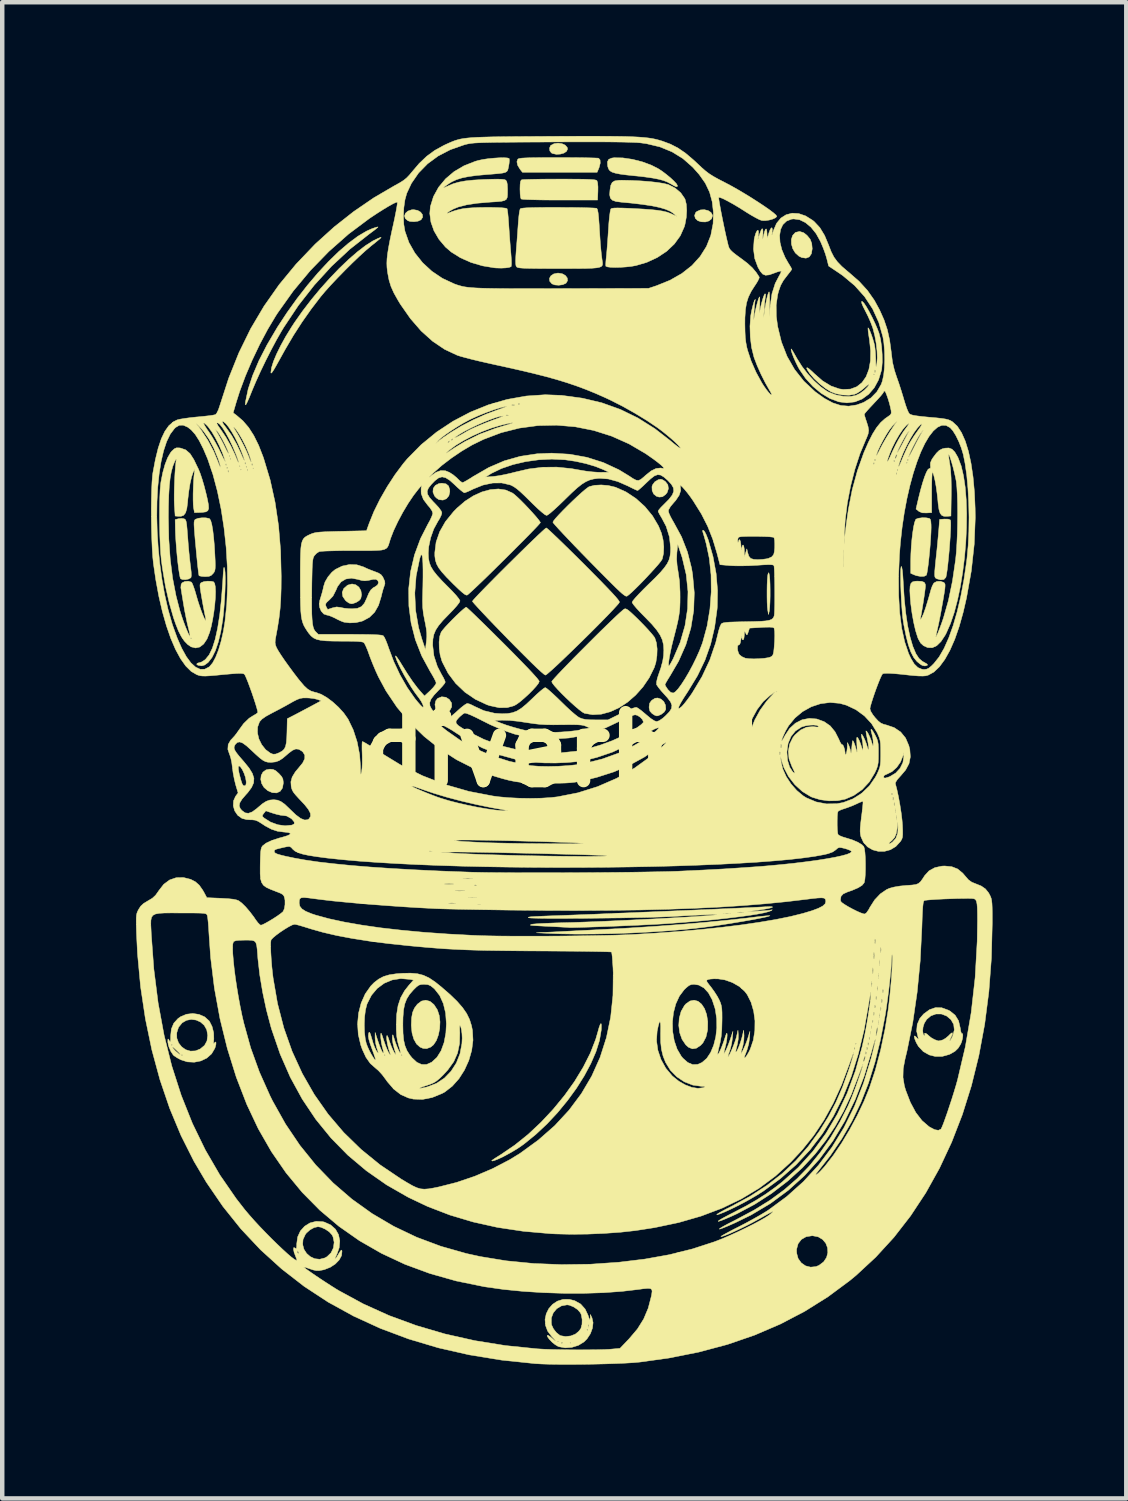
<source format=kicad_pcb>
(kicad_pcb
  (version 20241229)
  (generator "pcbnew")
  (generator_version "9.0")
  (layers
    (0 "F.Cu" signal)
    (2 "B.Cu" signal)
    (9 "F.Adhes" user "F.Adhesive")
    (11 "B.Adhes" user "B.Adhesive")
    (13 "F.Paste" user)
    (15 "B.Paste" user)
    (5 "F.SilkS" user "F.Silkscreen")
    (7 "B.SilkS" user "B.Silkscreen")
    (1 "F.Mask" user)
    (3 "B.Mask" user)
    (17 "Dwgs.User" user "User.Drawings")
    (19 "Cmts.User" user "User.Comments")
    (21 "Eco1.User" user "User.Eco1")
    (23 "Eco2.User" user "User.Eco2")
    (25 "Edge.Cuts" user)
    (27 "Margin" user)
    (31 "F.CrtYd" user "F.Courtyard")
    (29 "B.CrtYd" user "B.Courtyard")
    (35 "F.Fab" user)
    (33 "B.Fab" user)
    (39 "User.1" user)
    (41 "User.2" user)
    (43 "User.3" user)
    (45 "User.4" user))
  (footprint "diverhel"
    (layer "F.Cu")
    (at 9.603 13.768)
    (property "Reference" "diverhel" (at 0 0 0) (layer "F.SilkS") (effects (font (size 1.524 1.524) (thickness 0.3))))
    (attr through_hole)
    (fp_poly (pts (xy -2.653 -1.18) (xy -2.577 -1.131) (xy -2.525 -1.051) (xy -2.523 -0.964) (xy -2.567 -0.88) (xy -2.638 -0.827) (xy -2.725 -0.812) (xy -2.81 -0.837) (xy -2.845 -0.864) (xy -2.885 -0.933) (xy -2.898 -1.018) (xy -2.881 -1.098) (xy -2.839 -1.154) (xy -2.747 -1.191) (xy -2.653 -1.18)) (stroke (width 0.01) (type solid)) (fill yes) (layer "F.SilkS"))
    (fp_poly (pts (xy 3.229 -12.095) (xy 3.293 -12.053) (xy 3.326 -11.993) (xy 3.327 -11.976) (xy 3.305 -11.91) (xy 3.247 -11.863) (xy 3.165 -11.84) (xy 3.072 -11.844) (xy 2.997 -11.869) (xy 2.942 -11.92) (xy 2.925 -11.985) (xy 2.948 -12.049) (xy 2.976 -12.075) (xy 3.057 -12.11) (xy 3.145 -12.115) (xy 3.229 -12.095)) (stroke (width 0.01) (type solid)) (fill yes) (layer "F.SilkS"))
    (fp_poly (pts (xy -3.288 -12.1) (xy -3.22 -12.061) (xy -3.179 -12.006) (xy -3.174 -11.946) (xy -3.21 -11.89) (xy -3.212 -11.888) (xy -3.278 -11.858) (xy -3.368 -11.846) (xy -3.457 -11.852) (xy -3.505 -11.868) (xy -3.564 -11.918) (xy -3.58 -11.977) (xy -3.559 -12.036) (xy -3.505 -12.084) (xy -3.424 -12.112) (xy -3.378 -12.116) (xy -3.288 -12.1)) (stroke (width 0.01) (type solid)) (fill yes) (layer "F.SilkS"))
    (fp_poly (pts (xy -2.65 -5.966) (xy -2.592 -5.918) (xy -2.567 -5.834) (xy -2.565 -5.79) (xy -2.586 -5.699) (xy -2.641 -5.633) (xy -2.719 -5.602) (xy -2.808 -5.612) (xy -2.81 -5.613) (xy -2.867 -5.651) (xy -2.906 -5.693) (xy -2.943 -5.782) (xy -2.936 -5.865) (xy -2.889 -5.932) (xy -2.809 -5.973) (xy -2.743 -5.981) (xy -2.65 -5.966)) (stroke (width 0.01) (type solid)) (fill yes) (layer "F.SilkS"))
    (fp_poly (pts (xy -0.05 -13.596) (xy 0.023 -13.563) (xy 0.068 -13.512) (xy 0.076 -13.475) (xy 0.053 -13.424) (xy -0.005 -13.385) (xy -0.086 -13.362) (xy -0.175 -13.357) (xy -0.259 -13.375) (xy -0.286 -13.388) (xy -0.321 -13.434) (xy -0.328 -13.497) (xy -0.305 -13.552) (xy -0.298 -13.558) (xy -0.224 -13.597) (xy -0.137 -13.608) (xy -0.05 -13.596)) (stroke (width 0.01) (type solid)) (fill yes) (layer "F.SilkS"))
    (fp_poly (pts (xy -0.042 -10.678) (xy 0.028 -10.639) (xy 0.069 -10.584) (xy 0.076 -10.524) (xy 0.042 -10.468) (xy 0.038 -10.465) (xy -0.03 -10.434) (xy -0.121 -10.421) (xy -0.211 -10.428) (xy -0.273 -10.452) (xy -0.324 -10.51) (xy -0.331 -10.573) (xy -0.299 -10.631) (xy -0.236 -10.674) (xy -0.145 -10.693) (xy -0.131 -10.693) (xy -0.042 -10.678)) (stroke (width 0.01) (type solid)) (fill yes) (layer "F.SilkS"))
    (fp_poly (pts (xy 2.211 -6.056) (xy 2.267 -6.02) (xy 2.27 -6.018) (xy 2.325 -5.946) (xy 2.338 -5.859) (xy 2.309 -5.771) (xy 2.274 -5.727) (xy 2.204 -5.677) (xy 2.129 -5.67) (xy 2.068 -5.689) (xy 2.008 -5.738) (xy 1.973 -5.815) (xy 1.969 -5.901) (xy 1.98 -5.94) (xy 2.032 -6.011) (xy 2.11 -6.059) (xy 2.169 -6.071) (xy 2.211 -6.056)) (stroke (width 0.01) (type solid)) (fill yes) (layer "F.SilkS"))
    (fp_poly (pts (xy -4.673 -3.702) (xy -4.604 -3.65) (xy -4.559 -3.573) (xy -4.544 -3.478) (xy -4.562 -3.392) (xy -4.601 -3.347) (xy -4.668 -3.306) (xy -4.743 -3.28) (xy -4.776 -3.277) (xy -4.828 -3.294) (xy -4.889 -3.337) (xy -4.904 -3.351) (xy -4.965 -3.44) (xy -4.978 -3.532) (xy -4.944 -3.618) (xy -4.865 -3.688) (xy -4.849 -3.697) (xy -4.758 -3.721) (xy -4.673 -3.702)) (stroke (width 0.01) (type solid)) (fill yes) (layer "F.SilkS"))
    (fp_poly (pts (xy 5.372 -11.598) (xy 5.447 -11.538) (xy 5.516 -11.454) (xy 5.552 -11.361) (xy 5.563 -11.242) (xy 5.563 -11.238) (xy 5.545 -11.128) (xy 5.497 -11.057) (xy 5.423 -11.028) (xy 5.329 -11.042) (xy 5.265 -11.073) (xy 5.184 -11.146) (xy 5.127 -11.24) (xy 5.097 -11.344) (xy 5.095 -11.447) (xy 5.123 -11.536) (xy 5.182 -11.601) (xy 5.193 -11.607) (xy 5.281 -11.627) (xy 5.372 -11.598)) (stroke (width 0.01) (type solid)) (fill yes) (layer "F.SilkS"))
    (fp_poly (pts (xy -6.529 0.439) (xy -6.471 0.466) (xy -6.406 0.523) (xy -6.398 0.53) (xy -6.339 0.596) (xy -6.309 0.651) (xy -6.3 0.718) (xy -6.299 0.746) (xy -6.318 0.855) (xy -6.37 0.929) (xy -6.449 0.965) (xy -6.546 0.959) (xy -6.647 0.915) (xy -6.732 0.842) (xy -6.785 0.754) (xy -6.805 0.661) (xy -6.795 0.572) (xy -6.755 0.498) (xy -6.685 0.448) (xy -6.599 0.432) (xy -6.529 0.439)) (stroke (width 0.01) (type solid)) (fill yes) (layer "F.SilkS"))
    (fp_poly (pts (xy 2.169 -1.14) (xy 2.233 -1.086) (xy 2.272 -1.004) (xy 2.279 -0.916) (xy 2.276 -0.903) (xy 2.241 -0.846) (xy 2.176 -0.796) (xy 2.103 -0.765) (xy 2.075 -0.762) (xy 2.031 -0.777) (xy 1.975 -0.813) (xy 1.972 -0.815) (xy 1.923 -0.869) (xy 1.906 -0.939) (xy 1.905 -0.965) (xy 1.916 -1.045) (xy 1.955 -1.101) (xy 1.972 -1.116) (xy 2.039 -1.158) (xy 2.099 -1.164) (xy 2.169 -1.14)) (stroke (width 0.01) (type solid)) (fill yes) (layer "F.SilkS"))
    (fp_poly (pts (xy 4.591 -3.968) (xy 4.602 -3.919) (xy 4.605 -3.899) (xy 4.612 -3.825) (xy 4.617 -3.717) (xy 4.619 -3.588) (xy 4.619 -3.451) (xy 4.616 -3.319) (xy 4.61 -3.208) (xy 4.603 -3.128) (xy 4.6 -3.111) (xy 4.582 -3.035) (xy 4.565 -3.137) (xy 4.557 -3.208) (xy 4.552 -3.313) (xy 4.55 -3.439) (xy 4.55 -3.574) (xy 4.552 -3.704) (xy 4.557 -3.817) (xy 4.564 -3.902) (xy 4.57 -3.937) (xy 4.582 -3.972) (xy 4.591 -3.968)) (stroke (width 0.01) (type solid)) (fill yes) (layer "F.SilkS"))
    (fp_poly (pts (xy 3.002 5.638) (xy 3.081 5.702) (xy 3.147 5.802) (xy 3.195 5.934) (xy 3.22 6.094) (xy 3.22 6.094) (xy 3.217 6.281) (xy 3.18 6.442) (xy 3.112 6.571) (xy 3.06 6.627) (xy 2.964 6.691) (xy 2.876 6.705) (xy 2.789 6.67) (xy 2.728 6.616) (xy 2.644 6.492) (xy 2.591 6.343) (xy 2.57 6.181) (xy 2.581 6.017) (xy 2.623 5.864) (xy 2.697 5.735) (xy 2.73 5.697) (xy 2.822 5.632) (xy 2.914 5.614) (xy 3.002 5.638)) (stroke (width 0.01) (type solid)) (fill yes) (layer "F.SilkS"))
    (fp_poly (pts (xy -3.009 5.64) (xy -2.921 5.712) (xy -2.846 5.827) (xy -2.843 5.833) (xy -2.802 5.958) (xy -2.785 6.1) (xy -2.792 6.249) (xy -2.82 6.391) (xy -2.866 6.517) (xy -2.93 6.614) (xy -2.994 6.666) (xy -3.084 6.7) (xy -3.164 6.695) (xy -3.234 6.665) (xy -3.311 6.596) (xy -3.372 6.488) (xy -3.412 6.35) (xy -3.428 6.191) (xy -3.429 6.172) (xy -3.422 6.012) (xy -3.4 5.889) (xy -3.358 5.791) (xy -3.294 5.706) (xy -3.292 5.703) (xy -3.2 5.634) (xy -3.104 5.614) (xy -3.009 5.64)) (stroke (width 0.01) (type solid)) (fill yes) (layer "F.SilkS"))
    (fp_poly (pts (xy 0.068 -13.284) (xy 0.26 -13.283) (xy 0.43 -13.281) (xy 0.573 -13.278) (xy 0.681 -13.275) (xy 0.751 -13.272) (xy 0.773 -13.269) (xy 0.805 -13.231) (xy 0.809 -13.16) (xy 0.785 -13.065) (xy 0.776 -13.042) (xy 0.739 -12.954) (xy -0.936 -12.954) (xy -0.989 -13.022) (xy -1.043 -13.111) (xy -1.06 -13.19) (xy -1.041 -13.246) (xy -1.026 -13.257) (xy -0.997 -13.265) (xy -0.949 -13.272) (xy -0.877 -13.276) (xy -0.776 -13.28) (xy -0.642 -13.282) (xy -0.468 -13.284) (xy -0.251 -13.284) (xy -0.139 -13.284) (xy 0.068 -13.284)) (stroke (width 0.01) (type solid)) (fill yes) (layer "F.SilkS"))
    (fp_poly (pts (xy -8.526 -5.183) (xy -8.505 -5.173) (xy -8.489 -5.153) (xy -8.477 -5.117) (xy -8.467 -5.056) (xy -8.458 -4.964) (xy -8.448 -4.832) (xy -8.442 -4.76) (xy -8.43 -4.598) (xy -8.415 -4.432) (xy -8.399 -4.278) (xy -8.385 -4.153) (xy -8.38 -4.121) (xy -8.365 -3.989) (xy -8.362 -3.904) (xy -8.371 -3.862) (xy -8.373 -3.86) (xy -8.424 -3.832) (xy -8.494 -3.818) (xy -8.562 -3.821) (xy -8.603 -3.839) (xy -8.616 -3.877) (xy -8.631 -3.957) (xy -8.648 -4.069) (xy -8.665 -4.206) (xy -8.681 -4.357) (xy -8.695 -4.516) (xy -8.707 -4.672) (xy -8.716 -4.816) (xy -8.72 -4.925) (xy -8.725 -5.164) (xy -8.653 -5.184) (xy -8.58 -5.192) (xy -8.526 -5.183)) (stroke (width 0.01) (type solid)) (fill yes) (layer "F.SilkS"))
    (fp_poly (pts (xy 8.114 -5.205) (xy 8.185 -5.193) (xy 8.189 -5.192) (xy 8.211 -5.172) (xy 8.223 -5.128) (xy 8.229 -5.049) (xy 8.23 -4.985) (xy 8.227 -4.88) (xy 8.22 -4.751) (xy 8.21 -4.605) (xy 8.197 -4.454) (xy 8.182 -4.305) (xy 8.167 -4.168) (xy 8.151 -4.053) (xy 8.137 -3.967) (xy 8.125 -3.922) (xy 8.123 -3.918) (xy 8.073 -3.893) (xy 7.994 -3.89) (xy 7.902 -3.907) (xy 7.855 -3.924) (xy 7.772 -3.96) (xy 7.772 -4.235) (xy 7.776 -4.396) (xy 7.785 -4.561) (xy 7.799 -4.723) (xy 7.817 -4.873) (xy 7.837 -5.002) (xy 7.859 -5.101) (xy 7.882 -5.162) (xy 7.892 -5.175) (xy 7.946 -5.195) (xy 8.027 -5.206) (xy 8.114 -5.205)) (stroke (width 0.01) (type solid)) (fill yes) (layer "F.SilkS"))
    (fp_poly (pts (xy 8.614 -5.175) (xy 8.66 -5.157) (xy 8.663 -5.153) (xy 8.669 -5.116) (xy 8.67 -5.036) (xy 8.666 -4.924) (xy 8.659 -4.787) (xy 8.648 -4.634) (xy 8.636 -4.475) (xy 8.621 -4.317) (xy 8.606 -4.17) (xy 8.591 -4.041) (xy 8.576 -3.941) (xy 8.563 -3.877) (xy 8.559 -3.867) (xy 8.516 -3.821) (xy 8.442 -3.814) (xy 8.363 -3.836) (xy 8.339 -3.847) (xy 8.322 -3.863) (xy 8.312 -3.891) (xy 8.309 -3.938) (xy 8.312 -4.011) (xy 8.321 -4.118) (xy 8.336 -4.265) (xy 8.343 -4.331) (xy 8.36 -4.487) (xy 8.376 -4.651) (xy 8.39 -4.804) (xy 8.4 -4.926) (xy 8.401 -4.928) (xy 8.42 -5.169) (xy 8.532 -5.177) (xy 8.614 -5.175)) (stroke (width 0.01) (type solid)) (fill yes) (layer "F.SilkS"))
    (fp_poly (pts (xy 0.128 -12.801) (xy 0.313 -12.8) (xy 0.458 -12.798) (xy 0.566 -12.794) (xy 0.643 -12.789) (xy 0.694 -12.783) (xy 0.723 -12.774) (xy 0.735 -12.766) (xy 0.75 -12.718) (xy 0.758 -12.628) (xy 0.757 -12.531) (xy 0.749 -12.332) (xy -0.097 -12.332) (xy -0.321 -12.332) (xy -0.52 -12.334) (xy -0.688 -12.338) (xy -0.821 -12.342) (xy -0.913 -12.347) (xy -0.961 -12.354) (xy -0.966 -12.356) (xy -0.978 -12.391) (xy -0.987 -12.463) (xy -0.99 -12.557) (xy -0.991 -12.575) (xy -0.988 -12.68) (xy -0.98 -12.744) (xy -0.965 -12.777) (xy -0.95 -12.786) (xy -0.916 -12.79) (xy -0.837 -12.793) (xy -0.72 -12.796) (xy -0.572 -12.799) (xy -0.399 -12.801) (xy -0.207 -12.801) (xy -0.103 -12.802) (xy 0.128 -12.801)) (stroke (width 0.01) (type solid)) (fill yes) (layer "F.SilkS"))
    (fp_poly (pts (xy 1.314 -13.277) (xy 1.53 -13.245) (xy 1.751 -13.189) (xy 1.958 -13.112) (xy 2.106 -13.037) (xy 2.197 -12.978) (xy 2.292 -12.906) (xy 2.384 -12.83) (xy 2.461 -12.758) (xy 2.517 -12.698) (xy 2.54 -12.657) (xy 2.54 -12.655) (xy 2.534 -12.632) (xy 2.51 -12.631) (xy 2.46 -12.655) (xy 2.4 -12.69) (xy 2.32 -12.733) (xy 2.229 -12.769) (xy 2.122 -12.798) (xy 1.989 -12.824) (xy 1.823 -12.848) (xy 1.616 -12.872) (xy 1.578 -12.875) (xy 1.392 -12.895) (xy 1.25 -12.914) (xy 1.146 -12.935) (xy 1.074 -12.958) (xy 1.026 -12.988) (xy 0.997 -13.027) (xy 0.98 -13.076) (xy 0.975 -13.098) (xy 0.97 -13.188) (xy 0.999 -13.244) (xy 1.068 -13.273) (xy 1.119 -13.28) (xy 1.314 -13.277)) (stroke (width 0.01) (type solid)) (fill yes) (layer "F.SilkS"))
    (fp_poly (pts (xy -7.617 -4.066) (xy -7.613 -4.051) (xy -7.605 -3.979) (xy -7.601 -3.865) (xy -7.602 -3.721) (xy -7.607 -3.557) (xy -7.616 -3.381) (xy -7.629 -3.204) (xy -7.644 -3.035) (xy -7.659 -2.91) (xy -7.702 -2.648) (xy -7.757 -2.419) (xy -7.823 -2.225) (xy -7.898 -2.073) (xy -7.981 -1.966) (xy -7.992 -1.956) (xy -8.064 -1.903) (xy -8.129 -1.885) (xy -8.209 -1.897) (xy -8.211 -1.897) (xy -8.241 -1.917) (xy -8.232 -1.941) (xy -8.189 -1.955) (xy -8.178 -1.956) (xy -8.13 -1.972) (xy -8.067 -2.012) (xy -8.043 -2.032) (xy -7.962 -2.132) (xy -7.89 -2.281) (xy -7.827 -2.48) (xy -7.772 -2.73) (xy -7.725 -3.029) (xy -7.687 -3.379) (xy -7.657 -3.778) (xy -7.654 -3.835) (xy -7.646 -3.964) (xy -7.639 -4.046) (xy -7.633 -4.087) (xy -7.626 -4.093) (xy -7.617 -4.066)) (stroke (width 0.01) (type solid)) (fill yes) (layer "F.SilkS"))
    (fp_poly (pts (xy 0.834 6.166) (xy 0.833 6.245) (xy 0.831 6.287) (xy 0.792 6.518) (xy 0.713 6.769) (xy 0.598 7.035) (xy 0.451 7.31) (xy 0.276 7.588) (xy 0.075 7.864) (xy -0.146 8.133) (xy -0.384 8.388) (xy -0.636 8.624) (xy -0.896 8.836) (xy -0.953 8.877) (xy -1.049 8.943) (xy -1.159 9.009) (xy -1.273 9.073) (xy -1.383 9.131) (xy -1.482 9.177) (xy -1.561 9.208) (xy -1.611 9.221) (xy -1.626 9.213) (xy -1.605 9.196) (xy -1.551 9.159) (xy -1.472 9.109) (xy -1.416 9.074) (xy -1.109 8.865) (xy -0.808 8.623) (xy -0.519 8.352) (xy -0.246 8.06) (xy 0.006 7.753) (xy 0.233 7.436) (xy 0.428 7.115) (xy 0.588 6.798) (xy 0.708 6.489) (xy 0.752 6.337) (xy 0.784 6.223) (xy 0.809 6.156) (xy 0.826 6.137) (xy 0.834 6.166)) (stroke (width 0.01) (type solid)) (fill yes) (layer "F.SilkS"))
    (fp_poly (pts (xy -8.035 -5.204) (xy -7.965 -5.19) (xy -7.952 -5.183) (xy -7.927 -5.143) (xy -7.903 -5.057) (xy -7.881 -4.931) (xy -7.862 -4.769) (xy -7.845 -4.578) (xy -7.834 -4.381) (xy -7.827 -4.24) (xy -7.825 -4.14) (xy -7.827 -4.071) (xy -7.834 -4.025) (xy -7.847 -3.992) (xy -7.868 -3.962) (xy -7.873 -3.956) (xy -7.917 -3.912) (xy -7.969 -3.891) (xy -8.05 -3.886) (xy -8.052 -3.886) (xy -8.127 -3.891) (xy -8.178 -3.902) (xy -8.19 -3.909) (xy -8.196 -3.94) (xy -8.206 -4.014) (xy -8.219 -4.124) (xy -8.233 -4.263) (xy -8.249 -4.424) (xy -8.259 -4.535) (xy -8.277 -4.725) (xy -8.289 -4.871) (xy -8.297 -4.978) (xy -8.301 -5.054) (xy -8.3 -5.105) (xy -8.294 -5.137) (xy -8.285 -5.157) (xy -8.271 -5.17) (xy -8.267 -5.172) (xy -8.209 -5.194) (xy -8.124 -5.205) (xy -8.035 -5.204)) (stroke (width 0.01) (type solid)) (fill yes) (layer "F.SilkS"))
    (fp_poly (pts (xy 4.615 3.718) (xy 4.598 3.728) (xy 4.537 3.745) (xy 4.439 3.766) (xy 4.309 3.792) (xy 4.156 3.82) (xy 3.985 3.85) (xy 3.802 3.88) (xy 3.614 3.91) (xy 3.428 3.939) (xy 3.25 3.964) (xy 3.087 3.985) (xy 3.073 3.987) (xy 2.727 4.024) (xy 2.344 4.057) (xy 1.935 4.084) (xy 1.512 4.106) (xy 1.086 4.121) (xy 0.67 4.129) (xy 0.274 4.131) (xy -0.091 4.125) (xy -0.279 4.118) (xy -0.622 4.102) (xy -0.216 4.082) (xy -0.079 4.075) (xy 0.096 4.066) (xy 0.3 4.056) (xy 0.518 4.045) (xy 0.741 4.034) (xy 0.94 4.024) (xy 1.492 3.993) (xy 2.049 3.957) (xy 2.598 3.916) (xy 3.131 3.871) (xy 3.638 3.822) (xy 4.109 3.771) (xy 4.31 3.746) (xy 4.427 3.733) (xy 4.523 3.723) (xy 4.59 3.718) (xy 4.615 3.718)) (stroke (width 0.01) (type solid)) (fill yes) (layer "F.SilkS"))
    (fp_poly (pts (xy 7.573 -4.09) (xy 7.585 -4.021) (xy 7.595 -3.912) (xy 7.604 -3.769) (xy 7.606 -3.727) (xy 7.628 -3.384) (xy 7.661 -3.068) (xy 7.704 -2.782) (xy 7.757 -2.533) (xy 7.818 -2.325) (xy 7.887 -2.161) (xy 7.892 -2.152) (xy 7.956 -2.053) (xy 8.031 -1.987) (xy 8.071 -1.965) (xy 8.133 -1.929) (xy 8.151 -1.906) (xy 8.139 -1.895) (xy 8.092 -1.882) (xy 8.046 -1.891) (xy 8.026 -1.897) (xy 7.985 -1.923) (xy 7.927 -1.97) (xy 7.907 -1.988) (xy 7.839 -2.073) (xy 7.777 -2.193) (xy 7.72 -2.352) (xy 7.668 -2.554) (xy 7.618 -2.803) (xy 7.607 -2.87) (xy 7.593 -2.968) (xy 7.581 -3.094) (xy 7.57 -3.238) (xy 7.561 -3.393) (xy 7.554 -3.552) (xy 7.548 -3.705) (xy 7.546 -3.845) (xy 7.546 -3.964) (xy 7.549 -4.053) (xy 7.556 -4.105) (xy 7.562 -4.115) (xy 7.573 -4.09)) (stroke (width 0.01) (type solid)) (fill yes) (layer "F.SilkS"))
    (fp_poly (pts (xy -4.191 -11.71) (xy -4.239 -11.67) (xy -4.313 -11.614) (xy -4.375 -11.568) (xy -4.806 -11.23) (xy -5.217 -10.847) (xy -5.603 -10.425) (xy -5.962 -9.967) (xy -6.289 -9.476) (xy -6.344 -9.385) (xy -6.454 -9.192) (xy -6.574 -8.967) (xy -6.696 -8.726) (xy -6.813 -8.483) (xy -6.917 -8.253) (xy -7.003 -8.05) (xy -7.007 -8.039) (xy -7.065 -7.896) (xy -7.108 -7.799) (xy -7.135 -7.747) (xy -7.15 -7.738) (xy -7.151 -7.772) (xy -7.146 -7.813) (xy -7.087 -8.093) (xy -6.986 -8.399) (xy -6.845 -8.731) (xy -6.664 -9.084) (xy -6.444 -9.458) (xy -6.429 -9.483) (xy -6.214 -9.81) (xy -5.989 -10.124) (xy -5.757 -10.421) (xy -5.522 -10.698) (xy -5.288 -10.95) (xy -5.058 -11.174) (xy -4.835 -11.365) (xy -4.625 -11.521) (xy -4.429 -11.637) (xy -4.316 -11.687) (xy -4.242 -11.713) (xy -4.191 -11.727) (xy -4.175 -11.728) (xy -4.191 -11.71)) (stroke (width 0.01) (type solid)) (fill yes) (layer "F.SilkS"))
    (fp_poly (pts (xy -4.107 -11.487) (xy -4.135 -11.461) (xy -4.194 -11.412) (xy -4.288 -11.336) (xy -4.331 -11.302) (xy -4.45 -11.201) (xy -4.594 -11.07) (xy -4.753 -10.918) (xy -4.918 -10.754) (xy -5.081 -10.587) (xy -5.234 -10.425) (xy -5.366 -10.278) (xy -5.465 -10.16) (xy -5.68 -9.878) (xy -5.879 -9.595) (xy -6.07 -9.299) (xy -6.26 -8.976) (xy -6.392 -8.738) (xy -6.466 -8.605) (xy -6.519 -8.515) (xy -6.554 -8.464) (xy -6.573 -8.449) (xy -6.578 -8.465) (xy -6.563 -8.572) (xy -6.52 -8.711) (xy -6.45 -8.878) (xy -6.358 -9.065) (xy -6.247 -9.267) (xy -6.118 -9.477) (xy -6.047 -9.586) (xy -5.866 -9.843) (xy -5.671 -10.097) (xy -5.466 -10.344) (xy -5.255 -10.579) (xy -5.045 -10.798) (xy -4.838 -10.996) (xy -4.64 -11.168) (xy -4.455 -11.31) (xy -4.289 -11.416) (xy -4.178 -11.47) (xy -4.132 -11.488) (xy -4.107 -11.495) (xy -4.107 -11.487)) (stroke (width 0.01) (type solid)) (fill yes) (layer "F.SilkS"))
    (fp_poly (pts (xy -2.174 -3.183) (xy -2.119 -3.133) (xy -2.036 -3.054) (xy -1.929 -2.95) (xy -1.8 -2.825) (xy -1.654 -2.681) (xy -1.495 -2.523) (xy -1.365 -2.394) (xy -1.139 -2.167) (xy -0.951 -1.974) (xy -0.799 -1.817) (xy -0.684 -1.693) (xy -0.606 -1.605) (xy -0.565 -1.551) (xy -0.559 -1.535) (xy -0.577 -1.493) (xy -0.627 -1.428) (xy -0.7 -1.347) (xy -0.788 -1.258) (xy -0.883 -1.171) (xy -0.975 -1.091) (xy -1.058 -1.029) (xy -1.12 -0.992) (xy -1.278 -0.948) (xy -1.459 -0.947) (xy -1.66 -0.989) (xy -1.73 -1.012) (xy -1.99 -1.133) (xy -2.226 -1.294) (xy -2.432 -1.49) (xy -2.603 -1.718) (xy -2.733 -1.97) (xy -2.745 -2.001) (xy -2.782 -2.132) (xy -2.802 -2.278) (xy -2.805 -2.422) (xy -2.79 -2.55) (xy -2.759 -2.64) (xy -2.726 -2.686) (xy -2.667 -2.755) (xy -2.59 -2.837) (xy -2.503 -2.927) (xy -2.414 -3.015) (xy -2.331 -3.093) (xy -2.261 -3.155) (xy -2.213 -3.193) (xy -2.197 -3.2) (xy -2.174 -3.183)) (stroke (width 0.01) (type solid)) (fill yes) (layer "F.SilkS"))
    (fp_poly (pts (xy -1.311 -5.828) (xy -1.166 -5.764) (xy -1.122 -5.733) (xy -1.056 -5.675) (xy -0.973 -5.596) (xy -0.882 -5.504) (xy -0.789 -5.406) (xy -0.701 -5.309) (xy -0.625 -5.223) (xy -0.568 -5.153) (xy -0.537 -5.108) (xy -0.533 -5.097) (xy -0.551 -5.074) (xy -0.6 -5.019) (xy -0.678 -4.937) (xy -0.778 -4.834) (xy -0.897 -4.713) (xy -1.031 -4.579) (xy -1.174 -4.435) (xy -1.322 -4.288) (xy -1.472 -4.14) (xy -1.618 -3.996) (xy -1.756 -3.861) (xy -1.882 -3.74) (xy -1.991 -3.636) (xy -2.079 -3.554) (xy -2.141 -3.498) (xy -2.172 -3.473) (xy -2.196 -3.471) (xy -2.233 -3.49) (xy -2.289 -3.534) (xy -2.368 -3.605) (xy -2.476 -3.709) (xy -2.504 -3.737) (xy -2.64 -3.875) (xy -2.742 -3.988) (xy -2.815 -4.084) (xy -2.862 -4.171) (xy -2.889 -4.257) (xy -2.901 -4.351) (xy -2.901 -4.427) (xy -2.872 -4.661) (xy -2.792 -4.892) (xy -2.663 -5.119) (xy -2.482 -5.342) (xy -2.403 -5.423) (xy -2.224 -5.577) (xy -2.036 -5.698) (xy -1.845 -5.785) (xy -1.656 -5.837) (xy -1.476 -5.852) (xy -1.311 -5.828)) (stroke (width 0.01) (type solid)) (fill yes) (layer "F.SilkS"))
    (fp_poly (pts (xy 1.405 -3.154) (xy 1.449 -3.123) (xy 1.512 -3.068) (xy 1.6 -2.985) (xy 1.692 -2.894) (xy 1.796 -2.788) (xy 1.89 -2.687) (xy 1.967 -2.599) (xy 2.019 -2.533) (xy 2.034 -2.509) (xy 2.069 -2.401) (xy 2.085 -2.263) (xy 2.08 -2.111) (xy 2.057 -1.961) (xy 2.021 -1.847) (xy 1.908 -1.619) (xy 1.767 -1.412) (xy 1.604 -1.229) (xy 1.424 -1.072) (xy 1.232 -0.946) (xy 1.033 -0.855) (xy 0.834 -0.801) (xy 0.64 -0.789) (xy 0.457 -0.82) (xy 0.409 -0.847) (xy 0.335 -0.903) (xy 0.245 -0.979) (xy 0.144 -1.07) (xy 0.039 -1.169) (xy -0.061 -1.268) (xy -0.15 -1.361) (xy -0.221 -1.441) (xy -0.266 -1.501) (xy -0.279 -1.53) (xy -0.262 -1.557) (xy -0.212 -1.614) (xy -0.135 -1.698) (xy -0.035 -1.803) (xy 0.084 -1.926) (xy 0.217 -2.063) (xy 0.36 -2.207) (xy 0.509 -2.356) (xy 0.658 -2.505) (xy 0.803 -2.649) (xy 0.941 -2.783) (xy 1.066 -2.904) (xy 1.174 -3.007) (xy 1.261 -3.087) (xy 1.322 -3.14) (xy 1.35 -3.16) (xy 1.374 -3.165) (xy 1.405 -3.154)) (stroke (width 0.01) (type solid)) (fill yes) (layer "F.SilkS"))
    (fp_poly (pts (xy 0.988 -5.929) (xy 1.138 -5.894) (xy 1.15 -5.891) (xy 1.386 -5.786) (xy 1.608 -5.639) (xy 1.809 -5.458) (xy 1.981 -5.249) (xy 2.115 -5.022) (xy 2.182 -4.859) (xy 2.218 -4.71) (xy 2.234 -4.554) (xy 2.228 -4.406) (xy 2.201 -4.285) (xy 2.196 -4.274) (xy 2.168 -4.23) (xy 2.11 -4.158) (xy 2.029 -4.066) (xy 1.932 -3.96) (xy 1.827 -3.847) (xy 1.72 -3.736) (xy 1.618 -3.634) (xy 1.528 -3.547) (xy 1.456 -3.483) (xy 1.411 -3.449) (xy 1.396 -3.446) (xy 1.375 -3.452) (xy 1.344 -3.472) (xy 1.3 -3.506) (xy 1.241 -3.559) (xy 1.162 -3.634) (xy 1.062 -3.733) (xy 0.936 -3.859) (xy 0.781 -4.015) (xy 0.595 -4.204) (xy 0.555 -4.245) (xy 0.389 -4.415) (xy 0.234 -4.575) (xy 0.095 -4.721) (xy -0.026 -4.849) (xy -0.125 -4.955) (xy -0.198 -5.036) (xy -0.242 -5.088) (xy -0.253 -5.106) (xy -0.236 -5.138) (xy -0.187 -5.199) (xy -0.113 -5.28) (xy -0.022 -5.375) (xy 0.082 -5.479) (xy 0.19 -5.584) (xy 0.296 -5.684) (xy 0.394 -5.773) (xy 0.478 -5.844) (xy 0.54 -5.891) (xy 0.564 -5.905) (xy 0.683 -5.934) (xy 0.83 -5.942) (xy 0.988 -5.929)) (stroke (width 0.01) (type solid)) (fill yes) (layer "F.SilkS"))
    (fp_poly (pts (xy -0.13 -12.166) (xy 0.071 -12.165) (xy 0.257 -12.164) (xy 0.42 -12.161) (xy 0.556 -12.157) (xy 0.657 -12.153) (xy 0.718 -12.148) (xy 0.732 -12.145) (xy 0.747 -12.116) (xy 0.761 -12.048) (xy 0.773 -11.936) (xy 0.785 -11.779) (xy 0.788 -11.72) (xy 0.801 -11.517) (xy 0.812 -11.354) (xy 0.824 -11.219) (xy 0.836 -11.101) (xy 0.851 -10.988) (xy 0.854 -10.97) (xy 0.86 -10.926) (xy 0.861 -10.89) (xy 0.852 -10.862) (xy 0.83 -10.839) (xy 0.789 -10.823) (xy 0.725 -10.811) (xy 0.633 -10.803) (xy 0.509 -10.798) (xy 0.348 -10.796) (xy 0.146 -10.795) (xy -0.102 -10.795) (xy -0.126 -10.795) (xy -0.368 -10.795) (xy -0.565 -10.796) (xy -0.72 -10.798) (xy -0.84 -10.8) (xy -0.928 -10.804) (xy -0.99 -10.809) (xy -1.031 -10.816) (xy -1.056 -10.825) (xy -1.068 -10.835) (xy -1.081 -10.86) (xy -1.087 -10.904) (xy -1.089 -10.973) (xy -1.084 -11.077) (xy -1.074 -11.222) (xy -1.072 -11.247) (xy -1.059 -11.406) (xy -1.047 -11.571) (xy -1.036 -11.725) (xy -1.027 -11.849) (xy -1.026 -11.862) (xy -1.016 -11.97) (xy -1.004 -12.061) (xy -0.991 -12.12) (xy -0.984 -12.135) (xy -0.965 -12.144) (xy -0.92 -12.151) (xy -0.845 -12.157) (xy -0.736 -12.161) (xy -0.589 -12.164) (xy -0.401 -12.166) (xy -0.166 -12.166) (xy -0.13 -12.166)) (stroke (width 0.01) (type solid)) (fill yes) (layer "F.SilkS"))
    (fp_poly (pts (xy -0.376 -4.961) (xy -0.32 -4.911) (xy -0.236 -4.832) (xy -0.127 -4.728) (xy 0.003 -4.602) (xy 0.149 -4.459) (xy 0.309 -4.301) (xy 0.441 -4.17) (xy 0.65 -3.959) (xy 0.824 -3.783) (xy 0.965 -3.637) (xy 1.075 -3.521) (xy 1.156 -3.432) (xy 1.209 -3.368) (xy 1.236 -3.328) (xy 1.24 -3.312) (xy 1.221 -3.282) (xy 1.168 -3.222) (xy 1.089 -3.136) (xy 0.986 -3.028) (xy 0.864 -2.903) (xy 0.729 -2.766) (xy 0.584 -2.621) (xy 0.433 -2.472) (xy 0.282 -2.324) (xy 0.134 -2.181) (xy -0.005 -2.047) (xy -0.131 -1.927) (xy -0.24 -1.826) (xy -0.328 -1.748) (xy -0.389 -1.696) (xy -0.419 -1.677) (xy -0.42 -1.677) (xy -0.451 -1.695) (xy -0.515 -1.749) (xy -0.612 -1.838) (xy -0.739 -1.961) (xy -0.895 -2.116) (xy -1.08 -2.301) (xy -1.264 -2.488) (xy -1.428 -2.657) (xy -1.581 -2.815) (xy -1.719 -2.959) (xy -1.838 -3.085) (xy -1.935 -3.19) (xy -2.006 -3.268) (xy -2.048 -3.317) (xy -2.058 -3.332) (xy -2.041 -3.357) (xy -1.991 -3.413) (xy -1.914 -3.495) (xy -1.814 -3.599) (xy -1.694 -3.721) (xy -1.561 -3.856) (xy -1.417 -4.001) (xy -1.268 -4.149) (xy -1.117 -4.298) (xy -0.97 -4.443) (xy -0.831 -4.579) (xy -0.704 -4.702) (xy -0.593 -4.808) (xy -0.503 -4.892) (xy -0.439 -4.95) (xy -0.404 -4.977) (xy -0.4 -4.978) (xy -0.376 -4.961)) (stroke (width 0.01) (type solid)) (fill yes) (layer "F.SilkS"))
    (fp_poly (pts (xy 1.507 -12.771) (xy 1.719 -12.761) (xy 1.916 -12.746) (xy 2.09 -12.726) (xy 2.232 -12.704) (xy 2.334 -12.678) (xy 2.345 -12.674) (xy 2.492 -12.598) (xy 2.615 -12.493) (xy 2.701 -12.369) (xy 2.712 -12.347) (xy 2.739 -12.238) (xy 2.748 -12.099) (xy 2.739 -11.945) (xy 2.711 -11.792) (xy 2.695 -11.733) (xy 2.605 -11.531) (xy 2.471 -11.346) (xy 2.298 -11.182) (xy 2.09 -11.044) (xy 1.853 -10.934) (xy 1.608 -10.862) (xy 1.506 -10.844) (xy 1.388 -10.831) (xy 1.265 -10.823) (xy 1.147 -10.82) (xy 1.046 -10.823) (xy 0.972 -10.832) (xy 0.936 -10.847) (xy 0.934 -10.85) (xy 0.932 -10.889) (xy 0.936 -10.961) (xy 0.943 -11.034) (xy 0.951 -11.111) (xy 0.961 -11.227) (xy 0.972 -11.369) (xy 0.983 -11.527) (xy 0.991 -11.646) (xy 1.003 -11.823) (xy 1.017 -11.965) (xy 1.031 -12.067) (xy 1.044 -12.125) (xy 1.049 -12.134) (xy 1.072 -12.145) (xy 1.12 -12.152) (xy 1.197 -12.154) (xy 1.31 -12.152) (xy 1.465 -12.146) (xy 1.562 -12.141) (xy 1.78 -12.129) (xy 1.954 -12.116) (xy 2.093 -12.102) (xy 2.204 -12.084) (xy 2.295 -12.063) (xy 2.372 -12.036) (xy 2.419 -12.015) (xy 2.527 -11.964) (xy 2.459 -12.025) (xy 2.383 -12.078) (xy 2.278 -12.124) (xy 2.142 -12.165) (xy 1.97 -12.201) (xy 1.758 -12.233) (xy 1.503 -12.263) (xy 1.288 -12.283) (xy 1.162 -12.299) (xy 1.081 -12.328) (xy 1.036 -12.376) (xy 1.02 -12.451) (xy 1.028 -12.56) (xy 1.046 -12.663) (xy 1.078 -12.727) (xy 1.133 -12.761) (xy 1.221 -12.774) (xy 1.291 -12.776) (xy 1.507 -12.771)) (stroke (width 0.01) (type solid)) (fill yes) (layer "F.SilkS"))
    (fp_poly (pts (xy 8.469 5.784) (xy 8.617 5.838) (xy 8.653 5.857) (xy 8.768 5.95) (xy 8.845 6.075) (xy 8.882 6.233) (xy 8.883 6.235) (xy 8.894 6.308) (xy 8.908 6.353) (xy 8.919 6.361) (xy 8.937 6.367) (xy 8.941 6.409) (xy 8.934 6.471) (xy 8.916 6.541) (xy 8.893 6.599) (xy 8.836 6.69) (xy 8.768 6.757) (xy 8.67 6.815) (xy 8.636 6.831) (xy 8.482 6.874) (xy 8.318 6.874) (xy 8.192 6.843) (xy 8.055 6.767) (xy 7.946 6.651) (xy 7.897 6.566) (xy 7.862 6.481) (xy 7.85 6.429) (xy 7.861 6.414) (xy 7.894 6.44) (xy 7.904 6.452) (xy 7.938 6.487) (xy 7.946 6.481) (xy 7.942 6.468) (xy 7.906 6.311) (xy 8.041 6.311) (xy 8.055 6.382) (xy 8.08 6.415) (xy 8.092 6.409) (xy 8.087 6.389) (xy 8.084 6.356) (xy 8.109 6.355) (xy 8.151 6.386) (xy 8.169 6.404) (xy 8.229 6.454) (xy 8.307 6.498) (xy 8.38 6.524) (xy 8.399 6.527) (xy 8.444 6.519) (xy 8.496 6.503) (xy 8.556 6.467) (xy 8.622 6.412) (xy 8.637 6.395) (xy 8.686 6.35) (xy 8.709 6.346) (xy 8.705 6.383) (xy 8.673 6.453) (xy 8.651 6.503) (xy 8.648 6.527) (xy 8.649 6.528) (xy 8.667 6.507) (xy 8.696 6.453) (xy 8.715 6.412) (xy 8.75 6.28) (xy 8.736 6.157) (xy 8.675 6.05) (xy 8.577 5.968) (xy 8.459 5.923) (xy 8.338 5.923) (xy 8.224 5.965) (xy 8.13 6.045) (xy 8.076 6.132) (xy 8.048 6.223) (xy 8.041 6.311) (xy 7.906 6.311) (xy 7.905 6.306) (xy 7.918 6.156) (xy 7.978 6.021) (xy 8.062 5.923) (xy 8.195 5.826) (xy 8.329 5.78) (xy 8.469 5.784)) (stroke (width 0.01) (type solid)) (fill yes) (layer "F.SilkS"))
    (fp_poly (pts (xy -4.651 -4.151) (xy -4.501 -4.104) (xy -4.489 -4.098) (xy -4.419 -4.065) (xy -4.325 -4.027) (xy -4.255 -4.001) (xy -4.165 -3.966) (xy -4.109 -3.931) (xy -4.071 -3.883) (xy -4.054 -3.85) (xy -4.024 -3.78) (xy -4.02 -3.727) (xy -4.037 -3.673) (xy -4.06 -3.605) (xy -4.086 -3.511) (xy -4.104 -3.435) (xy -4.164 -3.241) (xy -4.251 -3.088) (xy -4.366 -2.974) (xy -4.514 -2.894) (xy -4.543 -2.884) (xy -4.67 -2.855) (xy -4.808 -2.848) (xy -4.931 -2.863) (xy -4.953 -2.869) (xy -5.012 -2.892) (xy -5.092 -2.93) (xy -5.141 -2.956) (xy -5.221 -2.993) (xy -5.291 -3.018) (xy -5.321 -3.023) (xy -5.391 -3.047) (xy -5.45 -3.113) (xy -5.485 -3.197) (xy -5.494 -3.267) (xy -5.493 -3.275) (xy -5.35 -3.275) (xy -5.349 -3.241) (xy -5.339 -3.213) (xy -5.315 -3.167) (xy -5.303 -3.15) (xy -5.277 -3.158) (xy -5.22 -3.177) (xy -5.197 -3.185) (xy -5.103 -3.206) (xy -5.012 -3.194) (xy -5.007 -3.192) (xy -4.93 -3.177) (xy -4.828 -3.167) (xy -4.758 -3.164) (xy -4.637 -3.174) (xy -4.548 -3.213) (xy -4.481 -3.288) (xy -4.428 -3.401) (xy -4.381 -3.514) (xy -4.335 -3.589) (xy -4.283 -3.636) (xy -4.241 -3.658) (xy -4.184 -3.7) (xy -4.164 -3.751) (xy -4.179 -3.798) (xy -4.223 -3.826) (xy -4.284 -3.825) (xy -4.391 -3.801) (xy -4.47 -3.792) (xy -4.539 -3.799) (xy -4.617 -3.821) (xy -4.623 -3.823) (xy -4.769 -3.851) (xy -4.897 -3.832) (xy -5.003 -3.769) (xy -5.084 -3.662) (xy -5.118 -3.581) (xy -5.186 -3.448) (xy -5.264 -3.366) (xy -5.323 -3.312) (xy -5.35 -3.275) (xy -5.493 -3.275) (xy -5.481 -3.352) (xy -5.459 -3.423) (xy -5.43 -3.52) (xy -5.406 -3.613) (xy -5.397 -3.66) (xy -5.363 -3.767) (xy -5.296 -3.881) (xy -5.209 -3.984) (xy -5.132 -4.047) (xy -4.979 -4.122) (xy -4.815 -4.157) (xy -4.651 -4.151)) (stroke (width 0.01) (type solid)) (fill yes) (layer "F.SilkS"))
    (fp_poly (pts (xy -8.189 5.933) (xy -8.063 5.988) (xy -7.964 6.077) (xy -7.955 6.089) (xy -7.896 6.206) (xy -7.861 6.346) (xy -7.857 6.485) (xy -7.859 6.502) (xy -7.864 6.569) (xy -7.858 6.588) (xy -7.85 6.579) (xy -7.823 6.55) (xy -7.809 6.561) (xy -7.81 6.604) (xy -7.827 6.671) (xy -7.835 6.693) (xy -7.907 6.816) (xy -8.015 6.912) (xy -8.148 6.976) (xy -8.296 7.005) (xy -8.451 6.997) (xy -8.598 6.95) (xy -8.678 6.907) (xy -8.744 6.863) (xy -8.764 6.845) (xy -8.585 6.845) (xy -8.572 6.858) (xy -8.56 6.845) (xy -8.572 6.833) (xy -8.585 6.845) (xy -8.764 6.845) (xy -8.768 6.842) (xy -8.822 6.761) (xy -8.862 6.665) (xy -8.788 6.665) (xy -8.771 6.693) (xy -8.729 6.74) (xy -8.71 6.759) (xy -8.649 6.812) (xy -8.618 6.832) (xy -8.611 6.825) (xy -8.627 6.804) (xy -8.669 6.761) (xy -8.7 6.731) (xy -8.75 6.685) (xy -8.782 6.664) (xy -8.788 6.665) (xy -8.862 6.665) (xy -8.865 6.659) (xy -8.875 6.617) (xy -8.814 6.617) (xy -8.801 6.629) (xy -8.788 6.617) (xy -8.801 6.604) (xy -8.814 6.617) (xy -8.875 6.617) (xy -8.888 6.561) (xy -8.889 6.535) (xy -8.887 6.487) (xy -8.877 6.486) (xy -8.857 6.52) (xy -8.841 6.544) (xy -8.831 6.536) (xy -8.827 6.49) (xy -8.826 6.418) (xy -8.819 6.349) (xy -8.69 6.349) (xy -8.687 6.466) (xy -8.648 6.572) (xy -8.579 6.66) (xy -8.489 6.724) (xy -8.383 6.756) (xy -8.269 6.751) (xy -8.161 6.707) (xy -8.065 6.627) (xy -8.011 6.527) (xy -7.995 6.402) (xy -8.016 6.278) (xy -8.072 6.178) (xy -8.155 6.104) (xy -8.255 6.059) (xy -8.363 6.045) (xy -8.47 6.065) (xy -8.567 6.121) (xy -8.644 6.215) (xy -8.651 6.227) (xy -8.69 6.349) (xy -8.819 6.349) (xy -8.809 6.258) (xy -8.755 6.129) (xy -8.661 6.026) (xy -8.602 5.984) (xy -8.471 5.929) (xy -8.329 5.912) (xy -8.189 5.933)) (stroke (width 0.01) (type solid)) (fill yes) (layer "F.SilkS"))
    (fp_poly (pts (xy 0.237 12.354) (xy 0.37 12.429) (xy 0.47 12.541) (xy 0.535 12.679) (xy 0.56 12.751) (xy 0.575 12.78) (xy 0.582 12.768) (xy 0.584 12.738) (xy 0.588 12.662) (xy 0.624 12.738) (xy 0.648 12.845) (xy 0.634 12.969) (xy 0.588 13.094) (xy 0.512 13.21) (xy 0.444 13.278) (xy 0.318 13.355) (xy 0.172 13.4) (xy 0.022 13.411) (xy -0.115 13.386) (xy -0.14 13.376) (xy -0.205 13.337) (xy -0.259 13.293) (xy -0.068 13.293) (xy -0.064 13.308) (xy -0.051 13.31) (xy -0.03 13.3) (xy -0.032 13.297) (xy 0.127 13.297) (xy 0.14 13.31) (xy 0.152 13.297) (xy 0.14 13.284) (xy 0.127 13.297) (xy -0.032 13.297) (xy -0.034 13.293) (xy -0.064 13.29) (xy -0.068 13.293) (xy -0.259 13.293) (xy -0.275 13.279) (xy -0.282 13.271) (xy -0.152 13.271) (xy -0.14 13.284) (xy -0.127 13.271) (xy -0.14 13.259) (xy -0.152 13.271) (xy -0.282 13.271) (xy -0.335 13.217) (xy -0.374 13.161) (xy -0.381 13.137) (xy -0.365 13.128) (xy -0.32 13.156) (xy -0.291 13.18) (xy -0.225 13.236) (xy -0.194 13.256) (xy -0.201 13.241) (xy -0.244 13.193) (xy -0.276 13.16) (xy -0.37 13.037) (xy -0.419 12.906) (xy -0.422 12.865) (xy -0.288 12.865) (xy -0.281 12.899) (xy -0.24 12.986) (xy -0.175 13.069) (xy -0.1 13.128) (xy -0.076 13.139) (xy 0.03 13.157) (xy 0.147 13.144) (xy 0.249 13.104) (xy 0.256 13.099) (xy 0.321 13.046) (xy 0.355 13.005) (xy 0.508 13.005) (xy 0.517 13.026) (xy 0.525 13.022) (xy 0.528 12.992) (xy 0.525 12.988) (xy 0.51 12.991) (xy 0.508 13.005) (xy 0.355 13.005) (xy 0.369 12.988) (xy 0.374 12.979) (xy 0.392 12.914) (xy 0.535 12.914) (xy 0.54 12.947) (xy 0.549 12.947) (xy 0.555 12.913) (xy 0.551 12.898) (xy 0.539 12.889) (xy 0.535 12.914) (xy 0.392 12.914) (xy 0.4 12.886) (xy 0.403 12.775) (xy 0.384 12.67) (xy 0.364 12.624) (xy 0.302 12.553) (xy 0.213 12.493) (xy 0.118 12.454) (xy 0.066 12.446) (xy -0.06 12.469) (xy -0.166 12.532) (xy -0.244 12.625) (xy -0.287 12.739) (xy -0.288 12.865) (xy -0.422 12.865) (xy -0.429 12.774) (xy -0.402 12.647) (xy -0.345 12.532) (xy -0.26 12.435) (xy -0.153 12.364) (xy -0.026 12.324) (xy 0.115 12.323) (xy 0.237 12.354)) (stroke (width 0.01) (type solid)) (fill yes) (layer "F.SilkS"))
    (fp_poly (pts (xy -1.277 -13.276) (xy -1.236 -13.265) (xy -1.234 -13.262) (xy -1.229 -13.222) (xy -1.235 -13.152) (xy -1.245 -13.093) (xy -1.256 -13.039) (xy -1.267 -12.999) (xy -1.287 -12.971) (xy -1.322 -12.951) (xy -1.379 -12.937) (xy -1.465 -12.926) (xy -1.589 -12.915) (xy -1.74 -12.903) (xy -1.964 -12.883) (xy -2.145 -12.858) (xy -2.292 -12.828) (xy -2.413 -12.79) (xy -2.516 -12.743) (xy -2.577 -12.706) (xy -2.646 -12.658) (xy -2.694 -12.623) (xy -2.709 -12.607) (xy -2.685 -12.613) (xy -2.63 -12.636) (xy -2.602 -12.649) (xy -2.489 -12.697) (xy -2.364 -12.733) (xy -2.218 -12.76) (xy -2.041 -12.779) (xy -1.825 -12.792) (xy -1.773 -12.794) (xy -1.604 -12.799) (xy -1.48 -12.8) (xy -1.394 -12.797) (xy -1.339 -12.79) (xy -1.31 -12.778) (xy -1.309 -12.777) (xy -1.287 -12.743) (xy -1.275 -12.68) (xy -1.27 -12.579) (xy -1.27 -12.544) (xy -1.271 -12.455) (xy -1.277 -12.391) (xy -1.297 -12.348) (xy -1.338 -12.321) (xy -1.407 -12.304) (xy -1.512 -12.294) (xy -1.66 -12.285) (xy -1.669 -12.284) (xy -1.953 -12.26) (xy -2.188 -12.224) (xy -2.374 -12.176) (xy -2.482 -12.132) (xy -2.562 -12.088) (xy -2.612 -12.055) (xy -2.627 -12.037) (xy -2.606 -12.037) (xy -2.545 -12.06) (xy -2.534 -12.065) (xy -2.448 -12.095) (xy -2.339 -12.124) (xy -2.26 -12.139) (xy -2.169 -12.15) (xy -2.051 -12.158) (xy -1.916 -12.164) (xy -1.774 -12.166) (xy -1.634 -12.166) (xy -1.505 -12.163) (xy -1.397 -12.158) (xy -1.319 -12.15) (xy -1.282 -12.139) (xy -1.281 -12.138) (xy -1.273 -12.103) (xy -1.263 -12.028) (xy -1.253 -11.922) (xy -1.244 -11.795) (xy -1.241 -11.75) (xy -1.23 -11.59) (xy -1.218 -11.419) (xy -1.205 -11.257) (xy -1.194 -11.127) (xy -1.184 -10.994) (xy -1.182 -10.898) (xy -1.188 -10.845) (xy -1.192 -10.837) (xy -1.234 -10.821) (xy -1.311 -10.81) (xy -1.411 -10.805) (xy -1.518 -10.808) (xy -1.562 -10.811) (xy -1.832 -10.856) (xy -2.09 -10.932) (xy -2.327 -11.037) (xy -2.533 -11.166) (xy -2.663 -11.278) (xy -2.809 -11.452) (xy -2.919 -11.64) (xy -2.988 -11.835) (xy -3.014 -12.029) (xy -3.001 -12.186) (xy -2.931 -12.411) (xy -2.816 -12.619) (xy -2.66 -12.807) (xy -2.469 -12.969) (xy -2.245 -13.101) (xy -1.994 -13.2) (xy -1.918 -13.221) (xy -1.819 -13.242) (xy -1.703 -13.259) (xy -1.579 -13.271) (xy -1.46 -13.279) (xy -1.355 -13.281) (xy -1.277 -13.276)) (stroke (width 0.01) (type solid)) (fill yes) (layer "F.SilkS"))
    (fp_poly (pts (xy 6.717 -10.027) (xy 6.732 -10.007) (xy 6.781 -9.933) (xy 6.842 -9.826) (xy 6.908 -9.699) (xy 6.971 -9.566) (xy 7.025 -9.442) (xy 7.061 -9.347) (xy 7.095 -9.211) (xy 7.119 -9.045) (xy 7.132 -8.867) (xy 7.134 -8.696) (xy 7.122 -8.548) (xy 7.115 -8.509) (xy 7.051 -8.3) (xy 6.955 -8.122) (xy 6.831 -7.978) (xy 6.685 -7.871) (xy 6.52 -7.805) (xy 6.341 -7.783) (xy 6.16 -7.806) (xy 5.961 -7.88) (xy 5.765 -7.998) (xy 5.58 -8.151) (xy 5.413 -8.334) (xy 5.273 -8.539) (xy 5.239 -8.602) (xy 5.189 -8.705) (xy 5.145 -8.805) (xy 5.112 -8.893) (xy 5.092 -8.957) (xy 5.09 -8.99) (xy 5.094 -8.992) (xy 5.109 -8.971) (xy 5.143 -8.915) (xy 5.19 -8.833) (xy 5.225 -8.771) (xy 5.334 -8.599) (xy 5.464 -8.43) (xy 5.608 -8.274) (xy 5.754 -8.143) (xy 5.895 -8.044) (xy 5.938 -8.021) (xy 6.097 -7.961) (xy 6.265 -7.929) (xy 6.425 -7.927) (xy 6.54 -7.95) (xy 6.633 -7.995) (xy 6.727 -8.064) (xy 6.805 -8.142) (xy 6.837 -8.189) (xy 6.835 -8.2) (xy 6.803 -8.18) (xy 6.748 -8.133) (xy 6.74 -8.125) (xy 6.658 -8.058) (xy 6.574 -8.003) (xy 6.516 -7.976) (xy 6.389 -7.954) (xy 6.24 -7.96) (xy 6.091 -7.99) (xy 5.98 -8.033) (xy 5.86 -8.108) (xy 5.729 -8.211) (xy 5.607 -8.326) (xy 5.51 -8.439) (xy 5.507 -8.443) (xy 5.455 -8.522) (xy 5.437 -8.565) (xy 5.451 -8.572) (xy 5.495 -8.544) (xy 5.567 -8.48) (xy 5.608 -8.44) (xy 5.797 -8.275) (xy 5.985 -8.161) (xy 6.171 -8.096) (xy 6.26 -8.084) (xy 6.422 -8.092) (xy 6.563 -8.145) (xy 6.679 -8.237) (xy 6.77 -8.367) (xy 6.791 -8.42) (xy 6.934 -8.42) (xy 6.947 -8.407) (xy 6.96 -8.42) (xy 6.947 -8.433) (xy 6.934 -8.42) (xy 6.791 -8.42) (xy 6.821 -8.498) (xy 6.962 -8.498) (xy 6.966 -8.465) (xy 6.975 -8.465) (xy 6.981 -8.499) (xy 6.977 -8.514) (xy 6.966 -8.523) (xy 6.962 -8.498) (xy 6.821 -8.498) (xy 6.834 -8.531) (xy 6.869 -8.726) (xy 6.873 -8.949) (xy 6.847 -9.194) (xy 6.83 -9.302) (xy 6.818 -9.391) (xy 6.814 -9.449) (xy 6.815 -9.466) (xy 6.83 -9.451) (xy 6.855 -9.4) (xy 6.885 -9.324) (xy 6.916 -9.235) (xy 6.943 -9.146) (xy 6.959 -9.085) (xy 6.971 -9.008) (xy 6.981 -8.901) (xy 6.987 -8.785) (xy 6.987 -8.763) (xy 6.989 -8.661) (xy 6.992 -8.605) (xy 6.996 -8.593) (xy 7.003 -8.619) (xy 7.013 -8.674) (xy 7.022 -8.794) (xy 7.017 -8.947) (xy 6.998 -9.117) (xy 6.967 -9.287) (xy 6.927 -9.444) (xy 6.918 -9.474) (xy 6.872 -9.596) (xy 6.812 -9.731) (xy 6.752 -9.85) (xy 6.704 -9.944) (xy 6.676 -10.013) (xy 6.669 -10.054) (xy 6.682 -10.06) (xy 6.717 -10.027)) (stroke (width 0.01) (type solid)) (fill yes) (layer "F.SilkS"))
    (fp_poly (pts (xy 4.665 3.518) (xy 4.674 3.527) (xy 4.641 3.541) (xy 4.566 3.559) (xy 4.453 3.579) (xy 4.366 3.592) (xy 4.102 3.629) (xy 4.343 3.616) (xy 4.455 3.609) (xy 4.551 3.602) (xy 4.618 3.594) (xy 4.636 3.591) (xy 4.667 3.586) (xy 4.654 3.599) (xy 4.648 3.603) (xy 4.585 3.628) (xy 4.475 3.656) (xy 4.323 3.685) (xy 4.132 3.715) (xy 3.906 3.745) (xy 3.649 3.776) (xy 3.366 3.807) (xy 3.06 3.836) (xy 2.735 3.864) (xy 2.396 3.89) (xy 2.282 3.898) (xy 2.156 3.906) (xy 1.998 3.915) (xy 1.815 3.924) (xy 1.615 3.934) (xy 1.404 3.943) (xy 1.188 3.952) (xy 0.974 3.96) (xy 0.769 3.968) (xy 0.579 3.974) (xy 0.412 3.979) (xy 0.274 3.983) (xy 0.171 3.984) (xy 0.11 3.984) (xy 0.102 3.983) (xy 0.063 3.98) (xy -0.015 3.976) (xy -0.124 3.97) (xy -0.252 3.963) (xy -0.292 3.961) (xy -0.461 3.953) (xy -0.585 3.946) (xy -0.671 3.941) (xy -0.724 3.937) (xy -0.752 3.933) (xy -0.759 3.928) (xy -0.752 3.923) (xy -0.738 3.915) (xy -0.737 3.914) (xy -0.702 3.908) (xy -0.623 3.901) (xy -0.508 3.894) (xy -0.363 3.888) (xy -0.196 3.881) (xy -0.013 3.876) (xy -0.013 3.876) (xy 0.188 3.871) (xy 0.414 3.863) (xy 0.66 3.854) (xy 0.922 3.843) (xy 1.194 3.831) (xy 1.472 3.818) (xy 1.749 3.804) (xy 2.022 3.791) (xy 2.285 3.776) (xy 2.533 3.762) (xy 2.762 3.749) (xy 2.965 3.736) (xy 3.138 3.724) (xy 3.276 3.713) (xy 3.374 3.704) (xy 3.427 3.696) (xy 3.429 3.696) (xy 3.422 3.692) (xy 3.37 3.692) (xy 3.278 3.694) (xy 3.15 3.699) (xy 2.994 3.706) (xy 2.813 3.715) (xy 2.613 3.726) (xy 2.451 3.736) (xy 2.327 3.742) (xy 2.167 3.748) (xy 1.978 3.754) (xy 1.764 3.759) (xy 1.531 3.763) (xy 1.285 3.768) (xy 1.03 3.771) (xy 0.772 3.774) (xy 0.517 3.777) (xy 0.269 3.778) (xy 0.035 3.779) (xy -0.18 3.779) (xy -0.372 3.779) (xy -0.534 3.777) (xy -0.661 3.774) (xy -0.747 3.771) (xy -0.787 3.766) (xy -0.807 3.758) (xy -0.793 3.75) (xy -0.744 3.743) (xy -0.654 3.737) (xy -0.521 3.731) (xy -0.356 3.724) (xy -0.149 3.717) (xy 0.09 3.708) (xy 0.356 3.698) (xy 0.646 3.687) (xy 0.953 3.674) (xy 1.067 3.67) (xy 3.555 3.67) (xy 3.579 3.674) (xy 3.644 3.675) (xy 3.645 3.675) (xy 3.712 3.674) (xy 3.742 3.67) (xy 3.728 3.665) (xy 3.651 3.66) (xy 3.576 3.665) (xy 3.555 3.67) (xy 1.067 3.67) (xy 1.274 3.661) (xy 1.604 3.648) (xy 1.669 3.645) (xy 3.875 3.645) (xy 3.903 3.649) (xy 3.95 3.65) (xy 4.01 3.649) (xy 4.032 3.644) (xy 4.02 3.64) (xy 3.95 3.635) (xy 3.893 3.639) (xy 3.875 3.645) (xy 1.669 3.645) (xy 1.937 3.634) (xy 2.27 3.62) (xy 2.598 3.606) (xy 2.915 3.593) (xy 3.218 3.58) (xy 3.501 3.567) (xy 3.76 3.556) (xy 3.99 3.545) (xy 4.186 3.536) (xy 4.344 3.528) (xy 4.46 3.522) (xy 4.508 3.519) (xy 4.611 3.515) (xy 4.665 3.518)) (stroke (width 0.01) (type solid)) (fill yes) (layer "F.SilkS"))
    (fp_poly (pts (xy 8.698 -6.744) (xy 8.761 -6.68) (xy 8.824 -6.573) (xy 8.836 -6.548) (xy 8.904 -6.368) (xy 8.956 -6.147) (xy 8.994 -5.891) (xy 9.017 -5.606) (xy 9.027 -5.299) (xy 9.023 -4.976) (xy 9.007 -4.644) (xy 8.978 -4.31) (xy 8.937 -3.98) (xy 8.885 -3.661) (xy 8.821 -3.359) (xy 8.748 -3.081) (xy 8.664 -2.833) (xy 8.571 -2.622) (xy 8.546 -2.574) (xy 8.451 -2.43) (xy 8.355 -2.336) (xy 8.256 -2.291) (xy 8.153 -2.294) (xy 8.061 -2.335) (xy 7.995 -2.395) (xy 7.941 -2.491) (xy 7.928 -2.525) (xy 7.881 -2.675) (xy 7.838 -2.861) (xy 7.801 -3.068) (xy 7.773 -3.279) (xy 7.76 -3.431) (xy 7.753 -3.572) (xy 7.758 -3.67) (xy 7.777 -3.733) (xy 7.813 -3.768) (xy 7.87 -3.782) (xy 7.925 -3.785) (xy 8.02 -3.779) (xy 8.075 -3.758) (xy 8.099 -3.717) (xy 8.103 -3.677) (xy 8.098 -3.626) (xy 8.087 -3.538) (xy 8.071 -3.425) (xy 8.052 -3.299) (xy 8.031 -3.173) (xy 8.012 -3.059) (xy 7.995 -2.97) (xy 7.986 -2.934) (xy 7.989 -2.922) (xy 8.01 -2.949) (xy 8.025 -2.976) (xy 8.064 -3.064) (xy 8.112 -3.202) (xy 8.169 -3.389) (xy 8.228 -3.599) (xy 8.255 -3.675) (xy 8.287 -3.735) (xy 8.296 -3.745) (xy 8.359 -3.778) (xy 8.439 -3.781) (xy 8.512 -3.756) (xy 8.517 -3.753) (xy 8.532 -3.737) (xy 8.542 -3.714) (xy 8.543 -3.675) (xy 8.538 -3.612) (xy 8.524 -3.517) (xy 8.501 -3.381) (xy 8.495 -3.344) (xy 8.446 -3.07) (xy 8.4 -2.836) (xy 8.354 -2.631) (xy 8.342 -2.578) (xy 8.334 -2.538) (xy 8.342 -2.54) (xy 8.361 -2.576) (xy 8.389 -2.64) (xy 8.423 -2.726) (xy 8.461 -2.827) (xy 8.499 -2.937) (xy 8.507 -2.961) (xy 8.618 -3.35) (xy 8.708 -3.783) (xy 8.778 -4.26) (xy 8.779 -4.267) (xy 8.796 -4.436) (xy 8.808 -4.635) (xy 8.818 -4.853) (xy 8.823 -5.081) (xy 8.825 -5.308) (xy 8.823 -5.525) (xy 8.817 -5.723) (xy 8.807 -5.891) (xy 8.794 -6.019) (xy 8.792 -6.032) (xy 8.773 -6.126) (xy 8.748 -6.234) (xy 8.72 -6.346) (xy 8.69 -6.451) (xy 8.662 -6.539) (xy 8.64 -6.601) (xy 8.625 -6.625) (xy 8.623 -6.625) (xy 8.622 -6.597) (xy 8.63 -6.531) (xy 8.644 -6.44) (xy 8.651 -6.398) (xy 8.668 -6.264) (xy 8.678 -6.098) (xy 8.682 -5.895) (xy 8.681 -5.713) (xy 8.674 -5.245) (xy 8.584 -5.238) (xy 8.516 -5.239) (xy 8.467 -5.261) (xy 8.431 -5.309) (xy 8.406 -5.391) (xy 8.388 -5.514) (xy 8.38 -5.603) (xy 8.363 -5.755) (xy 8.342 -5.906) (xy 8.317 -6.042) (xy 8.291 -6.152) (xy 8.266 -6.226) (xy 8.261 -6.237) (xy 8.255 -6.223) (xy 8.25 -6.167) (xy 8.246 -6.073) (xy 8.243 -5.95) (xy 8.242 -5.805) (xy 8.242 -5.796) (xy 8.242 -5.321) (xy 8.126 -5.314) (xy 8.029 -5.317) (xy 7.961 -5.346) (xy 7.95 -5.354) (xy 7.891 -5.402) (xy 7.948 -5.648) (xy 7.994 -5.831) (xy 8.04 -5.993) (xy 8.084 -6.127) (xy 8.125 -6.228) (xy 8.161 -6.291) (xy 8.187 -6.309) (xy 8.214 -6.318) (xy 8.216 -6.36) (xy 8.213 -6.376) (xy 8.214 -6.439) (xy 8.245 -6.511) (xy 8.275 -6.557) (xy 8.348 -6.654) (xy 8.411 -6.716) (xy 8.478 -6.751) (xy 8.543 -6.767) (xy 8.628 -6.771) (xy 8.698 -6.744)) (stroke (width 0.01) (type solid)) (fill yes) (layer "F.SilkS"))
    (fp_poly (pts (xy -8.636 -6.773) (xy -8.605 -6.769) (xy -8.489 -6.729) (xy -8.392 -6.646) (xy -8.31 -6.518) (xy -8.303 -6.506) (xy -8.26 -6.416) (xy -8.217 -6.327) (xy -8.203 -6.299) (xy -8.164 -6.203) (xy -8.119 -6.069) (xy -8.072 -5.909) (xy -8.028 -5.736) (xy -8.002 -5.623) (xy -7.978 -5.499) (xy -7.973 -5.416) (xy -7.992 -5.364) (xy -8.037 -5.338) (xy -8.115 -5.327) (xy -8.154 -5.325) (xy -8.291 -5.321) (xy -8.313 -5.436) (xy -8.319 -5.504) (xy -8.322 -5.61) (xy -8.322 -5.74) (xy -8.318 -5.881) (xy -8.312 -6.019) (xy -8.303 -6.142) (xy -8.292 -6.235) (xy -8.292 -6.236) (xy -8.285 -6.283) (xy -8.289 -6.288) (xy -8.309 -6.25) (xy -8.321 -6.224) (xy -8.356 -6.123) (xy -8.389 -5.982) (xy -8.417 -5.811) (xy -8.44 -5.621) (xy -8.445 -5.555) (xy -8.463 -5.414) (xy -8.491 -5.318) (xy -8.534 -5.261) (xy -8.595 -5.238) (xy -8.648 -5.238) (xy -8.725 -5.245) (xy -8.742 -5.486) (xy -8.746 -5.593) (xy -8.746 -5.73) (xy -8.743 -5.886) (xy -8.737 -6.048) (xy -8.729 -6.204) (xy -8.719 -6.342) (xy -8.708 -6.45) (xy -8.7 -6.502) (xy -8.7 -6.523) (xy -8.718 -6.499) (xy -8.737 -6.462) (xy -8.778 -6.36) (xy -8.811 -6.239) (xy -8.837 -6.093) (xy -8.856 -5.918) (xy -8.868 -5.707) (xy -8.875 -5.455) (xy -8.877 -5.22) (xy -8.867 -4.728) (xy -8.835 -4.275) (xy -8.782 -3.853) (xy -8.705 -3.455) (xy -8.621 -3.131) (xy -8.587 -3.022) (xy -8.548 -2.907) (xy -8.506 -2.793) (xy -8.465 -2.691) (xy -8.43 -2.61) (xy -8.404 -2.56) (xy -8.391 -2.548) (xy -8.392 -2.576) (xy -8.405 -2.64) (xy -8.426 -2.727) (xy -8.431 -2.746) (xy -8.456 -2.849) (xy -8.484 -2.983) (xy -8.513 -3.13) (xy -8.534 -3.251) (xy -8.555 -3.379) (xy -8.574 -3.494) (xy -8.588 -3.584) (xy -8.597 -3.637) (xy -8.597 -3.638) (xy -8.591 -3.71) (xy -8.57 -3.746) (xy -8.509 -3.776) (xy -8.431 -3.783) (xy -8.361 -3.763) (xy -8.36 -3.762) (xy -8.34 -3.73) (xy -8.312 -3.659) (xy -8.279 -3.561) (xy -8.251 -3.464) (xy -8.217 -3.347) (xy -8.178 -3.227) (xy -8.138 -3.114) (xy -8.1 -3.017) (xy -8.068 -2.944) (xy -8.045 -2.905) (xy -8.037 -2.902) (xy -8.037 -2.929) (xy -8.048 -2.987) (xy -8.053 -3.011) (xy -8.067 -3.076) (xy -8.086 -3.177) (xy -8.109 -3.3) (xy -8.129 -3.416) (xy -8.151 -3.544) (xy -8.164 -3.631) (xy -8.168 -3.687) (xy -8.164 -3.72) (xy -8.151 -3.741) (xy -8.137 -3.752) (xy -8.079 -3.774) (xy -7.995 -3.784) (xy -7.909 -3.78) (xy -7.863 -3.769) (xy -7.839 -3.734) (xy -7.824 -3.658) (xy -7.819 -3.547) (xy -7.823 -3.411) (xy -7.836 -3.257) (xy -7.856 -3.093) (xy -7.883 -2.927) (xy -7.916 -2.767) (xy -7.951 -2.637) (xy -8.011 -2.485) (xy -8.086 -2.374) (xy -8.173 -2.307) (xy -8.267 -2.286) (xy -8.367 -2.311) (xy -8.443 -2.363) (xy -8.519 -2.442) (xy -8.56 -2.502) (xy -8.382 -2.502) (xy -8.369 -2.489) (xy -8.357 -2.502) (xy -8.369 -2.515) (xy -8.382 -2.502) (xy -8.56 -2.502) (xy -8.586 -2.54) (xy -8.651 -2.667) (xy -8.715 -2.83) (xy -8.762 -2.966) (xy -8.858 -3.3) (xy -8.942 -3.67) (xy -9.008 -4.062) (xy -9.033 -4.243) (xy -9.048 -4.399) (xy -9.059 -4.586) (xy -9.068 -4.796) (xy -9.074 -5.018) (xy -9.076 -5.242) (xy -9.075 -5.459) (xy -9.07 -5.658) (xy -9.062 -5.831) (xy -9.05 -5.966) (xy -9.044 -6.007) (xy -9.003 -6.217) (xy -8.952 -6.401) (xy -8.893 -6.553) (xy -8.829 -6.664) (xy -8.799 -6.701) (xy -8.742 -6.753) (xy -8.695 -6.774) (xy -8.636 -6.773)) (stroke (width 0.01) (type solid)) (fill yes) (layer "F.SilkS"))
    (fp_poly (pts (xy -3.293 5.02) (xy -3.16 5.054) (xy -3.032 5.113) (xy -2.897 5.203) (xy -2.756 5.316) (xy -2.559 5.487) (xy -2.401 5.64) (xy -2.279 5.78) (xy -2.187 5.913) (xy -2.122 6.046) (xy -2.078 6.186) (xy -2.057 6.291) (xy -2.045 6.512) (xy -2.074 6.74) (xy -2.139 6.966) (xy -2.236 7.18) (xy -2.36 7.375) (xy -2.509 7.542) (xy -2.676 7.672) (xy -2.738 7.706) (xy -2.961 7.797) (xy -3.175 7.839) (xy -3.381 7.832) (xy -3.495 7.806) (xy -3.664 7.731) (xy -3.822 7.608) (xy -3.836 7.592) (xy -3.242 7.592) (xy -3.199 7.587) (xy -3.11 7.568) (xy -3.06 7.555) (xy -2.861 7.478) (xy -2.685 7.36) (xy -2.536 7.206) (xy -2.418 7.022) (xy -2.336 6.814) (xy -2.293 6.587) (xy -2.287 6.464) (xy -2.292 6.363) (xy -2.304 6.271) (xy -2.319 6.214) (xy -2.334 6.184) (xy -2.342 6.185) (xy -2.345 6.223) (xy -2.343 6.304) (xy -2.341 6.345) (xy -2.347 6.586) (xy -2.391 6.799) (xy -2.477 6.993) (xy -2.609 7.177) (xy -2.704 7.281) (xy -2.793 7.368) (xy -2.863 7.426) (xy -2.929 7.467) (xy -3.007 7.5) (xy -3.087 7.527) (xy -3.187 7.56) (xy -3.238 7.583) (xy -3.242 7.592) (xy -3.836 7.592) (xy -3.967 7.44) (xy -3.997 7.397) (xy -4.08 7.286) (xy -4.167 7.191) (xy -4.234 7.134) (xy -4.349 7.032) (xy -4.446 6.894) (xy -4.529 6.714) (xy -4.563 6.617) (xy -4.618 6.381) (xy -4.632 6.162) (xy -4.483 6.162) (xy -4.478 6.334) (xy -4.46 6.488) (xy -4.439 6.579) (xy -4.412 6.653) (xy -4.373 6.738) (xy -4.329 6.822) (xy -4.286 6.893) (xy -4.251 6.942) (xy -4.23 6.956) (xy -4.229 6.955) (xy -4.233 6.929) (xy -4.253 6.866) (xy -4.26 6.845) (xy -4.039 6.845) (xy -4.026 6.858) (xy -4.013 6.845) (xy -4.026 6.833) (xy -4.039 6.845) (xy -4.26 6.845) (xy -4.284 6.778) (xy -4.306 6.718) (xy -4.353 6.586) (xy -4.381 6.491) (xy -4.392 6.42) (xy -4.386 6.365) (xy -4.378 6.337) (xy -4.364 6.334) (xy -4.343 6.38) (xy -4.316 6.473) (xy -4.314 6.478) (xy -4.284 6.581) (xy -4.249 6.675) (xy -4.217 6.741) (xy -4.217 6.741) (xy -4.183 6.791) (xy -4.169 6.8) (xy -4.175 6.766) (xy -4.201 6.688) (xy -4.204 6.68) (xy -4.228 6.582) (xy -4.24 6.476) (xy -4.241 6.455) (xy -4.24 6.337) (xy -4.182 6.515) (xy -4.139 6.638) (xy -4.101 6.731) (xy -4.071 6.788) (xy -4.051 6.803) (xy -4.05 6.802) (xy -4.051 6.774) (xy -4.065 6.714) (xy -4.078 6.669) (xy -4.1 6.567) (xy -4.113 6.46) (xy -4.114 6.429) (xy -4.113 6.375) (xy -4.109 6.353) (xy -4.099 6.365) (xy -4.079 6.416) (xy -4.048 6.511) (xy -4.041 6.531) (xy -4.004 6.637) (xy -3.966 6.73) (xy -3.934 6.796) (xy -3.925 6.81) (xy -3.896 6.846) (xy -3.896 6.845) (xy -3.658 6.845) (xy -3.645 6.858) (xy -3.632 6.845) (xy -3.645 6.833) (xy -3.658 6.845) (xy -3.896 6.845) (xy -3.892 6.84) (xy -3.899 6.82) (xy -3.936 6.709) (xy -3.964 6.595) (xy -3.98 6.495) (xy -3.982 6.439) (xy -3.976 6.407) (xy -3.966 6.41) (xy -3.947 6.452) (xy -3.918 6.538) (xy -3.916 6.543) (xy -3.879 6.643) (xy -3.84 6.734) (xy -3.806 6.796) (xy -3.805 6.797) (xy -3.777 6.832) (xy -3.77 6.83) (xy -3.773 6.82) (xy -3.81 6.704) (xy -3.839 6.588) (xy -3.854 6.489) (xy -3.854 6.439) (xy -3.849 6.395) (xy -3.841 6.391) (xy -3.827 6.429) (xy -3.814 6.471) (xy -3.786 6.559) (xy -3.752 6.648) (xy -3.719 6.726) (xy -3.69 6.782) (xy -3.672 6.804) (xy -3.671 6.803) (xy -3.672 6.776) (xy -3.687 6.713) (xy -3.712 6.629) (xy -3.712 6.628) (xy -3.739 6.527) (xy -3.756 6.417) (xy -3.765 6.282) (xy -3.766 6.172) (xy -3.766 6.16) (xy -3.618 6.16) (xy -3.614 6.355) (xy -3.599 6.511) (xy -3.57 6.637) (xy -3.525 6.746) (xy -3.461 6.846) (xy -3.412 6.907) (xy -3.304 7.007) (xy -3.195 7.056) (xy -3.084 7.055) (xy -2.97 7.004) (xy -2.969 7.003) (xy -2.853 6.896) (xy -2.76 6.747) (xy -2.693 6.563) (xy -2.653 6.347) (xy -2.642 6.142) (xy -2.659 5.902) (xy -2.71 5.69) (xy -2.792 5.509) (xy -2.904 5.366) (xy -2.923 5.348) (xy -2.993 5.292) (xy -3.055 5.265) (xy -3.133 5.258) (xy -3.142 5.258) (xy -3.209 5.261) (xy -3.26 5.277) (xy -3.311 5.314) (xy -3.378 5.38) (xy -3.38 5.382) (xy -3.467 5.482) (xy -3.531 5.584) (xy -3.575 5.697) (xy -3.602 5.832) (xy -3.615 5.999) (xy -3.618 6.16) (xy -3.766 6.16) (xy -3.757 5.934) (xy -3.725 5.733) (xy -3.667 5.559) (xy -3.579 5.402) (xy -3.483 5.28) (xy -3.379 5.162) (xy -3.458 5.147) (xy -3.664 5.129) (xy -3.858 5.16) (xy -4.036 5.234) (xy -4.193 5.35) (xy -4.322 5.503) (xy -4.418 5.691) (xy -4.424 5.707) (xy -4.456 5.832) (xy -4.476 5.989) (xy -4.483 6.162) (xy -4.632 6.162) (xy -4.633 6.14) (xy -4.611 5.903) (xy -4.553 5.678) (xy -4.462 5.473) (xy -4.338 5.297) (xy -4.263 5.22) (xy -4.16 5.141) (xy -4.051 5.083) (xy -3.923 5.045) (xy -3.765 5.021) (xy -3.629 5.011) (xy -3.445 5.007) (xy -3.293 5.02)) (stroke (width 0.01) (type solid)) (fill yes) (layer "F.SilkS"))
    (fp_poly (pts (xy 0.958 -13.762) (xy 1.18 -13.76) (xy 1.37 -13.757) (xy 1.532 -13.751) (xy 1.669 -13.744) (xy 1.786 -13.735) (xy 1.887 -13.724) (xy 1.974 -13.711) (xy 2.052 -13.695) (xy 2.124 -13.676) (xy 2.195 -13.655) (xy 2.199 -13.654) (xy 2.382 -13.586) (xy 2.551 -13.499) (xy 2.717 -13.386) (xy 2.891 -13.239) (xy 2.983 -13.154) (xy 3.085 -13.058) (xy 3.171 -12.983) (xy 3.252 -12.922) (xy 3.341 -12.865) (xy 3.45 -12.804) (xy 3.591 -12.731) (xy 3.611 -12.721) (xy 3.748 -12.648) (xy 3.897 -12.564) (xy 4.051 -12.473) (xy 4.205 -12.378) (xy 4.352 -12.284) (xy 4.486 -12.195) (xy 4.601 -12.115) (xy 4.691 -12.047) (xy 4.749 -11.996) (xy 4.769 -11.965) (xy 4.769 -11.964) (xy 4.741 -11.934) (xy 4.677 -11.905) (xy 4.595 -11.882) (xy 4.508 -11.87) (xy 4.434 -11.872) (xy 4.433 -11.873) (xy 4.379 -11.892) (xy 4.296 -11.935) (xy 4.193 -11.993) (xy 4.082 -12.061) (xy 4.081 -12.062) (xy 3.928 -12.159) (xy 3.787 -12.243) (xy 3.664 -12.311) (xy 3.566 -12.361) (xy 3.498 -12.388) (xy 3.466 -12.39) (xy 3.466 -12.39) (xy 3.467 -12.362) (xy 3.477 -12.294) (xy 3.495 -12.192) (xy 3.518 -12.067) (xy 3.546 -11.926) (xy 3.576 -11.778) (xy 3.607 -11.631) (xy 3.637 -11.495) (xy 3.665 -11.377) (xy 3.684 -11.299) (xy 3.701 -11.254) (xy 3.731 -11.21) (xy 3.782 -11.161) (xy 3.862 -11.098) (xy 3.962 -11.025) (xy 4.109 -10.914) (xy 4.221 -10.811) (xy 4.308 -10.707) (xy 4.376 -10.603) (xy 4.369 -10.571) (xy 4.339 -10.51) (xy 4.291 -10.432) (xy 4.279 -10.416) (xy 4.194 -10.283) (xy 4.132 -10.156) (xy 4.09 -10.024) (xy 4.066 -9.874) (xy 4.054 -9.694) (xy 4.053 -9.55) (xy 4.056 -9.382) (xy 4.062 -9.251) (xy 4.075 -9.141) (xy 4.094 -9.038) (xy 4.112 -8.966) (xy 4.193 -8.721) (xy 4.304 -8.468) (xy 4.435 -8.228) (xy 4.482 -8.155) (xy 4.541 -8.072) (xy 4.592 -8.009) (xy 4.631 -7.97) (xy 4.653 -7.958) (xy 4.653 -7.977) (xy 4.627 -8.03) (xy 4.61 -8.058) (xy 4.511 -8.233) (xy 4.414 -8.426) (xy 4.328 -8.619) (xy 4.262 -8.792) (xy 4.255 -8.814) (xy 4.203 -9.025) (xy 4.174 -9.261) (xy 4.167 -9.503) (xy 4.183 -9.731) (xy 4.203 -9.845) (xy 4.227 -9.945) (xy 4.25 -10.027) (xy 4.268 -10.078) (xy 4.271 -10.084) (xy 4.287 -10.104) (xy 4.284 -10.078) (xy 4.282 -10.071) (xy 4.275 -10.023) (xy 4.267 -9.94) (xy 4.259 -9.837) (xy 4.257 -9.804) (xy 4.251 -9.704) (xy 4.249 -9.652) (xy 4.251 -9.644) (xy 4.258 -9.679) (xy 4.268 -9.74) (xy 4.286 -9.837) (xy 4.309 -9.939) (xy 4.334 -10.034) (xy 4.357 -10.11) (xy 4.376 -10.154) (xy 4.382 -10.16) (xy 4.387 -10.137) (xy 4.388 -10.074) (xy 4.386 -9.985) (xy 4.385 -9.95) (xy 4.381 -9.866) (xy 4.381 -9.815) (xy 4.383 -9.806) (xy 4.385 -9.817) (xy 4.4 -9.905) (xy 4.423 -10.003) (xy 4.449 -10.098) (xy 4.475 -10.175) (xy 4.497 -10.221) (xy 4.503 -10.228) (xy 4.518 -10.221) (xy 4.514 -10.169) (xy 4.514 -10.168) (xy 4.505 -10.105) (xy 4.495 -10.011) (xy 4.487 -9.904) (xy 4.486 -9.891) (xy 4.473 -9.69) (xy 4.496 -9.855) (xy 4.517 -9.987) (xy 4.541 -10.105) (xy 4.564 -10.199) (xy 4.585 -10.258) (xy 4.595 -10.273) (xy 4.602 -10.254) (xy 4.607 -10.194) (xy 4.609 -10.102) (xy 4.608 -10) (xy 4.601 -9.716) (xy 4.622 -9.97) (xy 4.623 -9.977) (xy 4.755 -9.977) (xy 4.758 -9.725) (xy 4.788 -9.497) (xy 4.873 -9.148) (xy 4.999 -8.826) (xy 5.167 -8.533) (xy 5.375 -8.27) (xy 5.622 -8.039) (xy 5.626 -8.035) (xy 5.832 -7.886) (xy 6.022 -7.783) (xy 6.204 -7.724) (xy 6.381 -7.709) (xy 6.558 -7.736) (xy 6.713 -7.792) (xy 6.878 -7.892) (xy 7.012 -8.029) (xy 7.11 -8.197) (xy 7.137 -8.273) (xy 7.165 -8.403) (xy 7.183 -8.569) (xy 7.189 -8.755) (xy 7.185 -8.946) (xy 7.17 -9.129) (xy 7.148 -9.264) (xy 7.056 -9.588) (xy 6.919 -9.889) (xy 6.739 -10.164) (xy 6.515 -10.414) (xy 6.249 -10.637) (xy 6.161 -10.698) (xy 5.931 -10.852) (xy 5.889 -11.021) (xy 5.858 -11.125) (xy 5.812 -11.251) (xy 5.76 -11.376) (xy 5.747 -11.405) (xy 5.65 -11.58) (xy 5.536 -11.722) (xy 5.411 -11.826) (xy 5.28 -11.89) (xy 5.148 -11.908) (xy 5.098 -11.903) (xy 4.987 -11.859) (xy 4.905 -11.78) (xy 4.853 -11.67) (xy 4.832 -11.536) (xy 4.841 -11.383) (xy 4.882 -11.217) (xy 4.955 -11.044) (xy 5.021 -10.928) (xy 5.065 -10.856) (xy 5.096 -10.802) (xy 5.105 -10.78) (xy 5.09 -10.755) (xy 5.051 -10.703) (xy 5.007 -10.647) (xy 4.917 -10.529) (xy 4.855 -10.418) (xy 4.81 -10.29) (xy 4.788 -10.206) (xy 4.755 -9.977) (xy 4.623 -9.977) (xy 4.661 -10.233) (xy 4.733 -10.461) (xy 4.819 -10.626) (xy 4.853 -10.687) (xy 4.868 -10.729) (xy 4.867 -10.737) (xy 4.838 -10.736) (xy 4.777 -10.718) (xy 4.715 -10.695) (xy 4.6 -10.654) (xy 4.516 -10.645) (xy 4.452 -10.671) (xy 4.396 -10.737) (xy 4.346 -10.825) (xy 4.274 -11.02) (xy 4.246 -11.232) (xy 4.261 -11.448) (xy 4.273 -11.504) (xy 4.299 -11.591) (xy 4.326 -11.642) (xy 4.347 -11.656) (xy 4.359 -11.628) (xy 4.357 -11.556) (xy 4.356 -11.553) (xy 4.343 -11.443) (xy 4.382 -11.562) (xy 4.414 -11.65) (xy 4.439 -11.689) (xy 4.454 -11.679) (xy 4.459 -11.62) (xy 4.457 -11.564) (xy 4.451 -11.485) (xy 4.451 -11.454) (xy 4.457 -11.467) (xy 4.469 -11.522) (xy 4.47 -11.525) (xy 4.495 -11.625) (xy 4.517 -11.678) (xy 4.534 -11.683) (xy 4.545 -11.639) (xy 4.549 -11.582) (xy 4.552 -11.516) (xy 4.558 -11.486) (xy 4.564 -11.493) (xy 4.591 -11.593) (xy 4.618 -11.665) (xy 4.643 -11.705) (xy 4.661 -11.709) (xy 4.669 -11.674) (xy 4.663 -11.601) (xy 4.658 -11.553) (xy 4.661 -11.548) (xy 4.675 -11.586) (xy 4.696 -11.654) (xy 4.764 -11.81) (xy 4.86 -11.927) (xy 4.978 -12.002) (xy 5.114 -12.037) (xy 5.261 -12.028) (xy 5.416 -11.975) (xy 5.572 -11.877) (xy 5.608 -11.848) (xy 5.734 -11.713) (xy 5.841 -11.537) (xy 5.933 -11.317) (xy 5.933 -11.316) (xy 5.989 -11.171) (xy 6.05 -11.052) (xy 6.127 -10.947) (xy 6.227 -10.843) (xy 6.36 -10.729) (xy 6.388 -10.706) (xy 6.614 -10.509) (xy 6.8 -10.306) (xy 6.956 -10.084) (xy 7.074 -9.868) (xy 7.173 -9.646) (xy 7.247 -9.426) (xy 7.299 -9.192) (xy 7.335 -8.927) (xy 7.339 -8.888) (xy 7.364 -8.693) (xy 7.406 -8.517) (xy 7.455 -8.367) (xy 7.505 -8.225) (xy 7.558 -8.061) (xy 7.606 -7.904) (xy 7.622 -7.849) (xy 7.657 -7.735) (xy 7.692 -7.637) (xy 7.723 -7.567) (xy 7.741 -7.539) (xy 7.771 -7.521) (xy 7.825 -7.505) (xy 7.909 -7.491) (xy 8.03 -7.476) (xy 8.196 -7.46) (xy 8.197 -7.46) (xy 8.355 -7.446) (xy 8.471 -7.433) (xy 8.554 -7.42) (xy 8.615 -7.405) (xy 8.662 -7.386) (xy 8.705 -7.361) (xy 8.711 -7.357) (xy 8.817 -7.259) (xy 8.912 -7.114) (xy 8.996 -6.925) (xy 9.067 -6.695) (xy 9.125 -6.426) (xy 9.17 -6.122) (xy 9.201 -5.784) (xy 9.217 -5.417) (xy 9.22 -5.207) (xy 9.197 -4.618) (xy 9.131 -4.014) (xy 9.023 -3.406) (xy 8.949 -3.086) (xy 8.859 -2.765) (xy 8.76 -2.48) (xy 8.652 -2.234) (xy 8.537 -2.028) (xy 8.416 -1.864) (xy 8.292 -1.746) (xy 8.164 -1.676) (xy 8.108 -1.661) (xy 8.043 -1.656) (xy 7.944 -1.658) (xy 7.829 -1.667) (xy 7.775 -1.672) (xy 7.559 -1.696) (xy 7.391 -1.711) (xy 7.267 -1.718) (xy 7.186 -1.717) (xy 7.143 -1.707) (xy 7.142 -1.706) (xy 7.121 -1.674) (xy 7.089 -1.605) (xy 7.049 -1.507) (xy 7.005 -1.392) (xy 6.961 -1.27) (xy 6.921 -1.151) (xy 6.888 -1.046) (xy 6.865 -0.965) (xy 6.858 -0.921) (xy 6.875 -0.866) (xy 6.922 -0.789) (xy 6.974 -0.723) (xy 7.044 -0.647) (xy 7.102 -0.601) (xy 7.165 -0.574) (xy 7.225 -0.559) (xy 7.402 -0.499) (xy 7.547 -0.401) (xy 7.657 -0.266) (xy 7.73 -0.096) (xy 7.752 -0.008) (xy 7.764 0.157) (xy 7.734 0.307) (xy 7.659 0.449) (xy 7.555 0.572) (xy 7.474 0.662) (xy 7.433 0.727) (xy 7.428 0.758) (xy 7.462 0.887) (xy 7.497 1.05) (xy 7.53 1.23) (xy 7.558 1.411) (xy 7.578 1.576) (xy 7.587 1.689) (xy 7.592 1.813) (xy 7.592 1.899) (xy 7.587 1.957) (xy 7.573 2.001) (xy 7.55 2.041) (xy 7.539 2.057) (xy 7.438 2.167) (xy 7.316 2.24) (xy 7.183 2.276) (xy 7.048 2.276) (xy 6.919 2.242) (xy 6.804 2.175) (xy 6.743 2.107) (xy 7.284 2.107) (xy 7.317 2.096) (xy 7.36 2.069) (xy 7.438 1.984) (xy 7.481 1.864) (xy 7.489 1.748) (xy 7.486 1.613) (xy 7.469 1.753) (xy 7.448 1.875) (xy 7.411 1.963) (xy 7.351 2.033) (xy 7.325 2.055) (xy 7.284 2.093) (xy 7.284 2.107) (xy 6.743 2.107) (xy 6.713 2.075) (xy 6.656 1.949) (xy 6.644 1.892) (xy 6.638 1.83) (xy 6.64 1.752) (xy 6.65 1.646) (xy 6.665 1.524) (xy 7.448 1.524) (xy 7.451 1.57) (xy 7.457 1.576) (xy 7.46 1.568) (xy 7.464 1.504) (xy 7.46 1.48) (xy 7.452 1.472) (xy 7.448 1.507) (xy 7.448 1.524) (xy 6.665 1.524) (xy 6.668 1.502) (xy 6.668 1.5) (xy 6.684 1.376) (xy 6.686 1.359) (xy 7.422 1.359) (xy 7.424 1.402) (xy 7.432 1.406) (xy 7.433 1.404) (xy 7.438 1.353) (xy 7.434 1.328) (xy 7.426 1.317) (xy 7.422 1.351) (xy 7.422 1.359) (xy 6.686 1.359) (xy 6.695 1.271) (xy 6.7 1.219) (xy 7.395 1.219) (xy 7.399 1.255) (xy 7.408 1.251) (xy 7.412 1.199) (xy 7.408 1.187) (xy 7.399 1.184) (xy 7.395 1.219) (xy 6.7 1.219) (xy 6.702 1.195) (xy 6.702 1.158) (xy 6.701 1.156) (xy 6.675 1.16) (xy 6.617 1.183) (xy 6.565 1.208) (xy 6.462 1.254) (xy 6.347 1.297) (xy 6.299 1.313) (xy 6.22 1.339) (xy 6.161 1.366) (xy 6.141 1.381) (xy 6.131 1.421) (xy 6.125 1.497) (xy 6.123 1.594) (xy 6.123 1.698) (xy 6.127 1.794) (xy 6.134 1.866) (xy 6.143 1.9) (xy 6.178 1.924) (xy 6.246 1.952) (xy 6.312 1.972) (xy 6.461 2.018) (xy 6.586 2.071) (xy 6.678 2.127) (xy 6.719 2.168) (xy 6.734 2.215) (xy 6.746 2.302) (xy 6.754 2.415) (xy 6.757 2.543) (xy 6.757 2.675) (xy 6.753 2.798) (xy 6.745 2.9) (xy 6.732 2.969) (xy 6.727 2.982) (xy 6.681 3.038) (xy 6.592 3.093) (xy 6.457 3.151) (xy 6.356 3.186) (xy 6.26 3.229) (xy 6.209 3.284) (xy 6.197 3.359) (xy 6.202 3.395) (xy 6.227 3.424) (xy 6.287 3.466) (xy 6.371 3.517) (xy 6.467 3.569) (xy 6.565 3.618) (xy 6.652 3.656) (xy 6.718 3.678) (xy 6.737 3.681) (xy 6.777 3.658) (xy 6.828 3.586) (xy 6.859 3.528) (xy 6.963 3.365) (xy 7.09 3.23) (xy 7.233 3.132) (xy 7.297 3.104) (xy 7.397 3.077) (xy 7.531 3.054) (xy 7.679 3.04) (xy 7.684 3.04) (xy 7.804 3.031) (xy 7.887 3.02) (xy 7.945 2.997) (xy 7.992 2.957) (xy 8.039 2.892) (xy 8.086 2.819) (xy 8.183 2.713) (xy 8.314 2.641) (xy 8.472 2.607) (xy 8.534 2.604) (xy 8.694 2.62) (xy 8.825 2.671) (xy 8.939 2.765) (xy 8.997 2.833) (xy 9.069 2.916) (xy 9.143 2.968) (xy 9.223 3) (xy 9.354 3.053) (xy 9.448 3.118) (xy 9.519 3.206) (xy 9.544 3.252) (xy 9.563 3.292) (xy 9.578 3.333) (xy 9.588 3.383) (xy 9.595 3.448) (xy 9.599 3.538) (xy 9.601 3.661) (xy 9.601 3.823) (xy 9.601 3.885) (xy 9.582 4.666) (xy 9.525 5.423) (xy 9.431 6.154) (xy 9.3 6.858) (xy 9.133 7.534) (xy 8.93 8.181) (xy 8.691 8.797) (xy 8.418 9.382) (xy 8.111 9.933) (xy 7.77 10.45) (xy 7.396 10.932) (xy 6.989 11.376) (xy 6.55 11.783) (xy 6.406 11.902) (xy 5.914 12.267) (xy 5.395 12.592) (xy 4.848 12.878) (xy 4.27 13.126) (xy 3.662 13.335) (xy 3.021 13.506) (xy 2.348 13.64) (xy 1.699 13.73) (xy 1.557 13.743) (xy 1.373 13.754) (xy 1.156 13.763) (xy 0.916 13.771) (xy 0.662 13.777) (xy 0.403 13.781) (xy 0.147 13.782) (xy -0.095 13.782) (xy -0.315 13.779) (xy -0.504 13.773) (xy -0.648 13.765) (xy -1.403 13.686) (xy -2.128 13.568) (xy -2.823 13.41) (xy -3.488 13.212) (xy -4.121 12.975) (xy -4.723 12.699) (xy -5.294 12.385) (xy -5.832 12.032) (xy -6.337 11.64) (xy -6.81 11.211) (xy -7.249 10.744) (xy -7.654 10.239) (xy -8.025 9.697) (xy -8.304 9.225) (xy -8.593 8.65) (xy -8.847 8.041) (xy -9.065 7.4) (xy -9.247 6.73) (xy -9.392 6.033) (xy -9.5 5.313) (xy -9.569 4.572) (xy -9.591 4.128) (xy -9.596 3.969) (xy -9.597 3.914) (xy -9.271 3.914) (xy -9.265 4.034) (xy -9.261 4.125) (xy -9.203 4.915) (xy -9.107 5.673) (xy -8.973 6.398) (xy -8.8 7.09) (xy -8.588 7.749) (xy -8.338 8.376) (xy -8.049 8.971) (xy -7.722 9.534) (xy -7.355 10.065) (xy -7.161 10.314) (xy -7.062 10.431) (xy -6.949 10.559) (xy -6.825 10.693) (xy -6.695 10.828) (xy -6.565 10.96) (xy -6.437 11.085) (xy -6.317 11.199) (xy -6.21 11.297) (xy -6.12 11.374) (xy -6.051 11.426) (xy -6.007 11.45) (xy -5.994 11.443) (xy -6.003 11.412) (xy -6.025 11.354) (xy -6.032 11.337) (xy -6.057 11.266) (xy -5.988 11.266) (xy -5.983 11.276) (xy -5.959 11.302) (xy -5.954 11.284) (xy -5.96 11.264) (xy -5.979 11.236) (xy -5.987 11.237) (xy -5.988 11.266) (xy -6.057 11.266) (xy -6.058 11.264) (xy -6.07 11.202) (xy -6.071 11.195) (xy -6.064 11.161) (xy -6.039 11.171) (xy -6.034 11.175) (xy -6.012 11.186) (xy -6.002 11.166) (xy -5.998 11.107) (xy -5.998 11.094) (xy -5.865 11.094) (xy -5.836 11.201) (xy -5.776 11.294) (xy -5.693 11.366) (xy -5.594 11.412) (xy -5.483 11.424) (xy -5.369 11.395) (xy -5.319 11.367) (xy -5.229 11.28) (xy -5.175 11.168) (xy -5.159 11.044) (xy -5.184 10.922) (xy -5.208 10.876) (xy -5.269 10.809) (xy -5.358 10.749) (xy -5.454 10.706) (xy -5.521 10.694) (xy -5.607 10.713) (xy -5.7 10.764) (xy -5.781 10.836) (xy -5.805 10.868) (xy -5.857 10.981) (xy -5.865 11.094) (xy -5.998 11.094) (xy -5.998 11.077) (xy -5.977 10.923) (xy -5.916 10.79) (xy -5.821 10.684) (xy -5.702 10.61) (xy -5.563 10.574) (xy -5.414 10.582) (xy -5.379 10.59) (xy -5.237 10.654) (xy -5.13 10.749) (xy -5.061 10.871) (xy -5.032 11.012) (xy -5.046 11.166) (xy -5.092 11.297) (xy -5.129 11.381) (xy -5.142 11.421) (xy -5.131 11.417) (xy -5.097 11.367) (xy -5.062 11.309) (xy -5.021 11.244) (xy -4.998 11.218) (xy -4.986 11.228) (xy -4.983 11.245) (xy -4.993 11.342) (xy -5.046 11.44) (xy -5.133 11.53) (xy -5.246 11.604) (xy -5.378 11.656) (xy -5.403 11.662) (xy -5.49 11.678) (xy -5.558 11.679) (xy -5.631 11.663) (xy -5.694 11.642) (xy -5.771 11.616) (xy -5.824 11.6) (xy -5.842 11.598) (xy -5.822 11.617) (xy -5.766 11.659) (xy -5.683 11.717) (xy -5.58 11.788) (xy -5.464 11.866) (xy -5.343 11.945) (xy -5.224 12.022) (xy -5.116 12.09) (xy -5.049 12.13) (xy -4.504 12.426) (xy -3.926 12.687) (xy -3.315 12.911) (xy -2.675 13.099) (xy -2.007 13.249) (xy -1.316 13.36) (xy -0.603 13.433) (xy -0.584 13.434) (xy -0.445 13.442) (xy -0.273 13.448) (xy -0.077 13.452) (xy 0.131 13.455) (xy 0.343 13.456) (xy 0.548 13.455) (xy 0.736 13.453) (xy 0.896 13.449) (xy 1.02 13.443) (xy 1.052 13.44) (xy 1.252 13.422) (xy 1.459 13.205) (xy 1.643 12.988) (xy 1.783 12.764) (xy 1.885 12.522) (xy 1.956 12.248) (xy 1.964 12.204) (xy 1.972 12.142) (xy 1.964 12.102) (xy 1.932 12.081) (xy 1.871 12.077) (xy 1.772 12.086) (xy 1.674 12.1) (xy 1.299 12.144) (xy 0.886 12.174) (xy 0.447 12.188) (xy -0.008 12.188) (xy -0.468 12.173) (xy -0.922 12.144) (xy -1.358 12.101) (xy -1.768 12.043) (xy -1.799 12.038) (xy -2.421 11.911) (xy -3.011 11.744) (xy -3.57 11.538) (xy -4.096 11.292) (xy -4.591 11.008) (xy -5.052 10.685) (xy -5.481 10.323) (xy -5.876 9.923) (xy -6.238 9.485) (xy -6.566 9.01) (xy -6.861 8.496) (xy -7.119 7.949) (xy -7.355 7.338) (xy -7.555 6.696) (xy -7.719 6.03) (xy -7.844 5.348) (xy -7.929 4.656) (xy -7.944 4.443) (xy -7.436 4.443) (xy -7.432 4.57) (xy -7.419 4.728) (xy -7.4 4.91) (xy -7.374 5.111) (xy -7.342 5.323) (xy -7.306 5.54) (xy -7.266 5.757) (xy -7.223 5.966) (xy -7.187 6.121) (xy -7.031 6.683) (xy -6.835 7.225) (xy -6.596 7.76) (xy -6.54 7.873) (xy -6.251 8.389) (xy -5.928 8.868) (xy -5.572 9.309) (xy -5.182 9.712) (xy -4.76 10.076) (xy -4.306 10.401) (xy -3.821 10.686) (xy -3.307 10.931) (xy -2.763 11.134) (xy -2.191 11.296) (xy -1.88 11.364) (xy -1.299 11.459) (xy -0.688 11.519) (xy -0.056 11.544) (xy 0.589 11.535) (xy 1.226 11.491) (xy 1.811 11.42) (xy 2.358 11.322) (xy 2.855 11.198) (xy 5.213 11.198) (xy 5.213 11.283) (xy 5.247 11.407) (xy 5.317 11.505) (xy 5.413 11.572) (xy 5.527 11.601) (xy 5.647 11.589) (xy 5.715 11.561) (xy 5.82 11.482) (xy 5.885 11.384) (xy 5.913 11.275) (xy 5.906 11.166) (xy 5.867 11.064) (xy 5.796 10.98) (xy 5.697 10.921) (xy 5.571 10.897) (xy 5.56 10.897) (xy 5.426 10.919) (xy 5.32 10.98) (xy 5.247 11.075) (xy 5.213 11.198) (xy 2.855 11.198) (xy 2.872 11.194) (xy 3.358 11.036) (xy 3.404 11.019) (xy 3.555 10.96) (xy 3.722 10.888) (xy 3.897 10.808) (xy 4.071 10.724) (xy 4.237 10.641) (xy 4.385 10.562) (xy 4.507 10.492) (xy 4.595 10.435) (xy 4.624 10.412) (xy 4.662 10.378) (xy 4.683 10.357) (xy 4.682 10.351) (xy 4.656 10.362) (xy 4.599 10.392) (xy 4.508 10.442) (xy 4.378 10.516) (xy 4.343 10.535) (xy 4.217 10.604) (xy 4.082 10.674) (xy 3.945 10.741) (xy 3.815 10.802) (xy 3.699 10.854) (xy 3.605 10.892) (xy 3.541 10.913) (xy 3.515 10.915) (xy 3.532 10.9) (xy 3.589 10.867) (xy 3.677 10.819) (xy 3.79 10.759) (xy 3.917 10.695) (xy 4.073 10.614) (xy 4.236 10.525) (xy 4.39 10.438) (xy 4.521 10.359) (xy 4.582 10.32) (xy 4.992 10.018) (xy 5.366 9.683) (xy 5.517 9.518) (xy 5.641 9.518) (xy 5.65 9.524) (xy 5.664 9.52) (xy 5.697 9.497) (xy 5.752 9.443) (xy 5.82 9.369) (xy 5.851 9.333) (xy 6.036 9.095) (xy 6.222 8.82) (xy 6.403 8.518) (xy 6.572 8.203) (xy 6.723 7.885) (xy 6.845 7.585) (xy 6.925 7.344) (xy 7.599 7.344) (xy 7.63 7.534) (xy 7.658 7.63) (xy 7.764 7.905) (xy 7.886 8.133) (xy 8.025 8.314) (xy 8.182 8.449) (xy 8.203 8.462) (xy 8.31 8.518) (xy 8.392 8.532) (xy 8.448 8.507) (xy 8.452 8.503) (xy 8.472 8.462) (xy 8.505 8.382) (xy 8.546 8.269) (xy 8.594 8.133) (xy 8.644 7.982) (xy 8.696 7.824) (xy 8.745 7.667) (xy 8.789 7.521) (xy 8.823 7.4) (xy 8.997 6.66) (xy 9.128 5.895) (xy 9.217 5.105) (xy 9.263 4.294) (xy 9.27 3.835) (xy 9.269 3.668) (xy 9.266 3.544) (xy 9.259 3.457) (xy 9.247 3.399) (xy 9.23 3.364) (xy 9.205 3.344) (xy 9.188 3.338) (xy 9.145 3.333) (xy 9.062 3.331) (xy 8.948 3.332) (xy 8.813 3.334) (xy 8.667 3.339) (xy 8.519 3.344) (xy 8.377 3.351) (xy 8.253 3.359) (xy 8.154 3.367) (xy 8.091 3.375) (xy 8.074 3.38) (xy 8.062 3.398) (xy 8.052 3.439) (xy 8.044 3.508) (xy 8.037 3.611) (xy 8.03 3.753) (xy 8.024 3.94) (xy 8.022 3.993) (xy 7.985 4.732) (xy 7.916 5.44) (xy 7.818 6.115) (xy 7.689 6.752) (xy 7.644 6.938) (xy 7.604 7.151) (xy 7.599 7.344) (xy 6.925 7.344) (xy 6.98 7.177) (xy 7.098 6.732) (xy 7.197 6.26) (xy 7.265 5.843) (xy 7.284 5.692) (xy 7.303 5.523) (xy 7.32 5.345) (xy 7.336 5.167) (xy 7.348 4.998) (xy 7.357 4.848) (xy 7.362 4.725) (xy 7.362 4.638) (xy 7.359 4.61) (xy 7.353 4.589) (xy 7.348 4.616) (xy 7.344 4.681) (xy 7.338 4.812) (xy 7.323 4.983) (xy 7.303 5.179) (xy 7.279 5.391) (xy 7.251 5.605) (xy 7.222 5.811) (xy 7.199 5.956) (xy 7.094 6.502) (xy 6.97 7.006) (xy 6.824 7.474) (xy 6.653 7.911) (xy 6.455 8.325) (xy 6.227 8.72) (xy 5.966 9.103) (xy 5.671 9.479) (xy 5.666 9.484) (xy 5.641 9.518) (xy 5.517 9.518) (xy 5.705 9.313) (xy 6.008 8.909) (xy 6.277 8.469) (xy 6.512 7.992) (xy 6.713 7.477) (xy 6.882 6.924) (xy 6.898 6.863) (xy 6.93 6.736) (xy 6.956 6.624) (xy 6.975 6.538) (xy 6.983 6.488) (xy 6.983 6.482) (xy 6.976 6.489) (xy 6.96 6.537) (xy 6.935 6.62) (xy 6.905 6.729) (xy 6.896 6.763) (xy 6.726 7.323) (xy 6.525 7.844) (xy 6.292 8.326) (xy 6.026 8.77) (xy 5.726 9.176) (xy 5.394 9.545) (xy 5.027 9.877) (xy 4.626 10.173) (xy 4.191 10.432) (xy 3.835 10.606) (xy 3.679 10.675) (xy 3.567 10.721) (xy 3.5 10.745) (xy 3.478 10.747) (xy 3.5 10.728) (xy 3.566 10.688) (xy 3.675 10.629) (xy 3.829 10.551) (xy 3.861 10.534) (xy 4.262 10.32) (xy 4.619 10.099) (xy 4.938 9.865) (xy 5.226 9.614) (xy 5.491 9.341) (xy 5.515 9.313) (xy 5.752 9.018) (xy 5.98 8.688) (xy 6.187 8.338) (xy 6.366 7.987) (xy 6.452 7.785) (xy 6.496 7.672) (xy 6.543 7.546) (xy 6.589 7.416) (xy 6.632 7.292) (xy 6.668 7.184) (xy 6.693 7.102) (xy 6.704 7.055) (xy 6.704 7.05) (xy 6.696 7.062) (xy 6.674 7.114) (xy 6.642 7.198) (xy 6.602 7.306) (xy 6.594 7.328) (xy 6.437 7.736) (xy 6.266 8.104) (xy 6.076 8.443) (xy 5.862 8.764) (xy 5.63 9.061) (xy 5.341 9.374) (xy 5.012 9.672) (xy 4.653 9.947) (xy 4.271 10.193) (xy 3.878 10.402) (xy 3.746 10.463) (xy 3.606 10.523) (xy 3.511 10.56) (xy 3.46 10.575) (xy 3.453 10.569) (xy 3.49 10.542) (xy 3.569 10.496) (xy 3.692 10.43) (xy 3.785 10.383) (xy 4.067 10.236) (xy 4.312 10.096) (xy 4.533 9.955) (xy 4.74 9.807) (xy 4.891 9.689) (xy 5.252 9.364) (xy 5.579 9.002) (xy 5.87 8.604) (xy 6.127 8.169) (xy 6.348 7.699) (xy 6.534 7.194) (xy 6.592 6.985) (xy 6.709 6.985) (xy 6.716 6.999) (xy 6.731 6.972) (xy 6.749 6.913) (xy 6.753 6.883) (xy 6.746 6.869) (xy 6.731 6.896) (xy 6.713 6.955) (xy 6.709 6.985) (xy 6.592 6.985) (xy 6.646 6.792) (xy 6.758 6.792) (xy 6.763 6.825) (xy 6.772 6.826) (xy 6.778 6.792) (xy 6.774 6.777) (xy 6.762 6.767) (xy 6.758 6.792) (xy 6.646 6.792) (xy 6.674 6.691) (xy 6.784 6.691) (xy 6.788 6.724) (xy 6.797 6.724) (xy 6.803 6.69) (xy 6.799 6.675) (xy 6.788 6.666) (xy 6.784 6.691) (xy 6.674 6.691) (xy 6.684 6.653) (xy 6.698 6.589) (xy 6.809 6.589) (xy 6.814 6.622) (xy 6.823 6.623) (xy 6.829 6.589) (xy 6.825 6.574) (xy 6.813 6.564) (xy 6.809 6.589) (xy 6.698 6.589) (xy 6.726 6.462) (xy 6.835 6.462) (xy 6.839 6.495) (xy 6.848 6.496) (xy 6.854 6.462) (xy 6.85 6.447) (xy 6.839 6.437) (xy 6.835 6.462) (xy 6.726 6.462) (xy 6.74 6.401) (xy 6.742 6.388) (xy 6.991 6.388) (xy 6.993 6.415) (xy 7.003 6.396) (xy 7.01 6.375) (xy 7.026 6.299) (xy 7.03 6.248) (xy 7.029 6.21) (xy 7.022 6.217) (xy 7.01 6.261) (xy 6.996 6.334) (xy 6.991 6.388) (xy 6.742 6.388) (xy 6.749 6.35) (xy 6.862 6.35) (xy 6.866 6.386) (xy 6.875 6.382) (xy 6.878 6.33) (xy 6.875 6.318) (xy 6.866 6.315) (xy 6.862 6.35) (xy 6.749 6.35) (xy 6.77 6.24) (xy 6.773 6.223) (xy 6.887 6.223) (xy 6.891 6.259) (xy 6.9 6.255) (xy 6.904 6.203) (xy 6.9 6.191) (xy 6.891 6.188) (xy 6.887 6.223) (xy 6.773 6.223) (xy 6.798 6.081) (xy 6.911 6.081) (xy 6.915 6.114) (xy 6.924 6.115) (xy 6.925 6.109) (xy 7.041 6.109) (xy 7.043 6.152) (xy 7.051 6.156) (xy 7.052 6.154) (xy 7.057 6.103) (xy 7.053 6.077) (xy 7.045 6.067) (xy 7.041 6.101) (xy 7.041 6.109) (xy 6.925 6.109) (xy 6.93 6.081) (xy 6.926 6.066) (xy 6.915 6.056) (xy 6.911 6.081) (xy 6.798 6.081) (xy 6.8 6.07) (xy 6.819 5.956) (xy 7.066 5.956) (xy 7.069 6) (xy 7.077 6.003) (xy 7.078 6.001) (xy 7.083 5.951) (xy 7.079 5.925) (xy 7.071 5.915) (xy 7.066 5.948) (xy 7.066 5.956) (xy 6.819 5.956) (xy 6.825 5.918) (xy 6.938 5.918) (xy 6.942 5.954) (xy 6.951 5.95) (xy 6.954 5.898) (xy 6.951 5.886) (xy 6.942 5.883) (xy 6.938 5.918) (xy 6.825 5.918) (xy 6.827 5.901) (xy 6.842 5.804) (xy 7.092 5.804) (xy 7.094 5.847) (xy 7.102 5.851) (xy 7.103 5.849) (xy 7.108 5.798) (xy 7.104 5.773) (xy 7.096 5.762) (xy 7.092 5.796) (xy 7.092 5.804) (xy 6.842 5.804) (xy 6.849 5.751) (xy 6.962 5.751) (xy 6.966 5.784) (xy 6.975 5.784) (xy 6.981 5.75) (xy 6.977 5.736) (xy 6.966 5.726) (xy 6.962 5.751) (xy 6.849 5.751) (xy 6.851 5.743) (xy 6.866 5.626) (xy 7.117 5.626) (xy 7.12 5.669) (xy 7.128 5.673) (xy 7.129 5.671) (xy 7.134 5.621) (xy 7.13 5.595) (xy 7.122 5.584) (xy 7.117 5.618) (xy 7.117 5.626) (xy 6.866 5.626) (xy 6.868 5.607) (xy 6.873 5.563) (xy 6.989 5.563) (xy 6.993 5.599) (xy 7.002 5.594) (xy 7.005 5.542) (xy 7.002 5.531) (xy 6.993 5.528) (xy 6.989 5.563) (xy 6.873 5.563) (xy 6.879 5.501) (xy 6.881 5.441) (xy 6.877 5.438) (xy 6.867 5.479) (xy 6.853 5.556) (xy 6.835 5.662) (xy 6.831 5.69) (xy 6.728 6.275) (xy 6.597 6.818) (xy 6.44 7.32) (xy 6.253 7.785) (xy 6.037 8.215) (xy 5.79 8.61) (xy 5.511 8.974) (xy 5.198 9.308) (xy 4.851 9.614) (xy 4.468 9.895) (xy 4.445 9.91) (xy 4.321 9.988) (xy 4.177 10.072) (xy 4.023 10.157) (xy 3.867 10.237) (xy 3.72 10.309) (xy 3.59 10.368) (xy 3.487 10.409) (xy 3.429 10.426) (xy 3.421 10.421) (xy 3.454 10.397) (xy 3.523 10.357) (xy 3.623 10.303) (xy 3.747 10.241) (xy 4.17 10.012) (xy 4.548 9.767) (xy 4.889 9.503) (xy 5.195 9.214) (xy 5.474 8.895) (xy 5.727 8.547) (xy 5.923 8.231) (xy 6.093 7.908) (xy 6.243 7.563) (xy 6.38 7.183) (xy 6.411 7.089) (xy 6.456 6.943) (xy 6.485 6.843) (xy 6.497 6.79) (xy 6.494 6.783) (xy 6.476 6.824) (xy 6.443 6.913) (xy 6.394 7.051) (xy 6.391 7.061) (xy 6.22 7.516) (xy 6.033 7.927) (xy 5.826 8.303) (xy 5.596 8.649) (xy 5.337 8.973) (xy 5.081 9.247) (xy 4.741 9.556) (xy 4.371 9.831) (xy 3.971 10.072) (xy 3.538 10.28) (xy 3.071 10.456) (xy 2.568 10.601) (xy 2.026 10.715) (xy 1.6 10.781) (xy 1.265 10.818) (xy 0.9 10.844) (xy 0.523 10.86) (xy 0.154 10.864) (xy -0.19 10.856) (xy -0.296 10.851) (xy -0.912 10.797) (xy -1.493 10.71) (xy -2.042 10.588) (xy -2.564 10.432) (xy -3.063 10.24) (xy -3.495 10.035) (xy -3.984 9.755) (xy -4.436 9.439) (xy -4.852 9.089) (xy -5.23 8.704) (xy -5.571 8.285) (xy -5.875 7.831) (xy -6.142 7.343) (xy -6.37 6.822) (xy -6.561 6.266) (xy -6.577 6.212) (xy -6.678 5.831) (xy -6.762 5.437) (xy -6.827 5.048) (xy -6.869 4.681) (xy -6.873 4.623) (xy -6.884 4.482) (xy -6.892 4.416) (xy -6.583 4.416) (xy -6.579 4.544) (xy -6.57 4.693) (xy -6.557 4.857) (xy -6.539 5.025) (xy -6.528 5.115) (xy -6.429 5.688) (xy -6.287 6.237) (xy -6.102 6.761) (xy -5.874 7.258) (xy -5.605 7.728) (xy -5.295 8.169) (xy -4.945 8.58) (xy -4.556 8.959) (xy -4.128 9.307) (xy -3.664 9.62) (xy -3.515 9.71) (xy -3.399 9.776) (xy -3.304 9.82) (xy -3.22 9.845) (xy -3.136 9.852) (xy -3.041 9.845) (xy -2.924 9.825) (xy -2.812 9.802) (xy -2.41 9.7) (xy -2.001 9.561) (xy -1.602 9.39) (xy -1.226 9.194) (xy -0.991 9.05) (xy -0.58 8.751) (xy -0.213 8.429) (xy 0.109 8.081) (xy 0.386 7.71) (xy 0.618 7.316) (xy 0.805 6.898) (xy 0.926 6.52) (xy 2.071 6.52) (xy 2.101 6.735) (xy 2.172 6.946) (xy 2.28 7.141) (xy 2.421 7.309) (xy 2.433 7.32) (xy 2.57 7.43) (xy 2.717 7.514) (xy 2.863 7.569) (xy 2.999 7.591) (xy 3.115 7.577) (xy 3.137 7.569) (xy 3.159 7.555) (xy 3.139 7.548) (xy 3.084 7.546) (xy 2.885 7.518) (xy 2.696 7.445) (xy 2.526 7.332) (xy 2.383 7.186) (xy 2.276 7.011) (xy 2.275 7.01) (xy 2.218 6.866) (xy 2.182 6.718) (xy 2.164 6.553) (xy 2.162 6.354) (xy 2.163 6.324) (xy 2.164 6.197) (xy 2.159 6.12) (xy 2.153 6.106) (xy 2.428 6.106) (xy 2.434 6.319) (xy 2.469 6.524) (xy 2.533 6.711) (xy 2.627 6.872) (xy 2.663 6.915) (xy 2.772 7.011) (xy 2.882 7.058) (xy 2.994 7.054) (xy 3.093 7.01) (xy 3.198 6.919) (xy 3.285 6.787) (xy 3.353 6.624) (xy 3.4 6.438) (xy 3.423 6.237) (xy 3.42 6.031) (xy 3.39 5.826) (xy 3.381 5.791) (xy 3.318 5.6) (xy 3.235 5.448) (xy 3.135 5.339) (xy 3.02 5.275) (xy 2.914 5.258) (xy 2.852 5.263) (xy 2.8 5.284) (xy 2.742 5.331) (xy 2.692 5.378) (xy 2.584 5.522) (xy 2.503 5.698) (xy 2.451 5.896) (xy 2.428 6.106) (xy 2.153 6.106) (xy 2.148 6.093) (xy 2.131 6.117) (xy 2.11 6.191) (xy 2.085 6.31) (xy 2.071 6.52) (xy 0.926 6.52) (xy 0.947 6.456) (xy 1.043 5.992) (xy 1.094 5.506) (xy 1.098 5.179) (xy 3.194 5.179) (xy 3.208 5.21) (xy 3.248 5.264) (xy 3.296 5.324) (xy 3.367 5.422) (xy 3.435 5.528) (xy 3.481 5.615) (xy 3.507 5.677) (xy 3.524 5.735) (xy 3.535 5.802) (xy 3.54 5.888) (xy 3.541 6.007) (xy 3.54 6.083) (xy 3.535 6.271) (xy 3.522 6.424) (xy 3.499 6.558) (xy 3.485 6.617) (xy 3.462 6.711) (xy 3.447 6.784) (xy 3.441 6.825) (xy 3.442 6.829) (xy 3.459 6.816) (xy 3.488 6.765) (xy 3.524 6.685) (xy 3.562 6.587) (xy 3.596 6.49) (xy 3.624 6.402) (xy 3.642 6.359) (xy 3.651 6.356) (xy 3.655 6.388) (xy 3.655 6.402) (xy 3.65 6.478) (xy 3.634 6.575) (xy 3.619 6.638) (xy 3.599 6.719) (xy 3.586 6.779) (xy 3.582 6.802) (xy 3.592 6.803) (xy 3.614 6.765) (xy 3.645 6.7) (xy 3.68 6.616) (xy 3.714 6.523) (xy 3.726 6.49) (xy 3.785 6.312) (xy 3.773 6.469) (xy 3.757 6.581) (xy 3.73 6.697) (xy 3.711 6.755) (xy 3.686 6.825) (xy 3.673 6.872) (xy 3.674 6.883) (xy 3.693 6.861) (xy 3.724 6.803) (xy 3.761 6.721) (xy 3.8 6.627) (xy 3.834 6.534) (xy 3.86 6.452) (xy 3.866 6.428) (xy 3.898 6.287) (xy 3.906 6.396) (xy 3.904 6.487) (xy 3.887 6.592) (xy 3.876 6.636) (xy 3.857 6.711) (xy 3.848 6.763) (xy 3.849 6.778) (xy 3.866 6.766) (xy 3.892 6.717) (xy 3.924 6.642) (xy 3.956 6.554) (xy 3.983 6.464) (xy 3.994 6.424) (xy 4.026 6.287) (xy 4.034 6.406) (xy 4.03 6.504) (xy 4.013 6.613) (xy 4.002 6.658) (xy 3.98 6.734) (xy 3.966 6.789) (xy 3.964 6.805) (xy 3.973 6.803) (xy 3.996 6.764) (xy 4.027 6.7) (xy 4.062 6.621) (xy 4.094 6.539) (xy 4.119 6.464) (xy 4.166 6.312) (xy 4.157 6.464) (xy 4.14 6.589) (xy 4.103 6.723) (xy 4.083 6.777) (xy 4.051 6.86) (xy 4.038 6.902) (xy 4.045 6.91) (xy 4.063 6.897) (xy 4.098 6.852) (xy 4.141 6.778) (xy 4.175 6.708) (xy 4.181 6.691) (xy 6.504 6.691) (xy 6.509 6.724) (xy 6.518 6.724) (xy 6.524 6.69) (xy 6.52 6.675) (xy 6.508 6.666) (xy 6.504 6.691) (xy 4.181 6.691) (xy 4.215 6.591) (xy 6.528 6.591) (xy 6.54 6.604) (xy 6.553 6.591) (xy 6.54 6.579) (xy 6.528 6.591) (xy 4.215 6.591) (xy 4.242 6.51) (xy 4.276 6.295) (xy 4.279 6.075) (xy 4.25 5.861) (xy 4.192 5.662) (xy 4.106 5.49) (xy 4.05 5.416) (xy 4.044 5.41) (xy 7.141 5.41) (xy 7.145 5.446) (xy 7.154 5.442) (xy 7.158 5.39) (xy 7.154 5.378) (xy 7.145 5.375) (xy 7.141 5.41) (xy 4.044 5.41) (xy 3.973 5.347) (xy 7.015 5.347) (xy 7.018 5.39) (xy 7.026 5.394) (xy 7.027 5.392) (xy 7.032 5.341) (xy 7.028 5.315) (xy 7.02 5.305) (xy 7.016 5.339) (xy 7.015 5.347) (xy 3.973 5.347) (xy 3.929 5.307) (xy 3.82 5.245) (xy 6.89 5.245) (xy 6.892 5.297) (xy 6.898 5.311) (xy 6.901 5.303) (xy 6.906 5.242) (xy 6.901 5.201) (xy 6.895 5.187) (xy 6.89 5.217) (xy 6.89 5.245) (xy 3.82 5.245) (xy 3.776 5.219) (xy 3.606 5.159) (xy 3.456 5.136) (xy 3.36 5.134) (xy 3.277 5.14) (xy 3.231 5.149) (xy 3.203 5.162) (xy 3.194 5.179) (xy 1.098 5.179) (xy 1.099 5.067) (xy 7.042 5.067) (xy 7.044 5.12) (xy 7.05 5.133) (xy 7.053 5.125) (xy 7.058 5.064) (xy 7.054 5.023) (xy 7.047 5.009) (xy 7.043 5.04) (xy 7.042 5.067) (xy 1.099 5.067) (xy 1.1 4.997) (xy 1.098 4.953) (xy 6.916 4.953) (xy 6.918 5.008) (xy 6.923 5.023) (xy 6.927 5.01) (xy 6.931 4.936) (xy 6.927 4.896) (xy 6.92 4.884) (xy 6.916 4.916) (xy 6.916 4.953) (xy 1.098 4.953) (xy 1.096 4.897) (xy 1.088 4.775) (xy 7.068 4.775) (xy 7.07 4.83) (xy 7.075 4.845) (xy 7.079 4.832) (xy 7.083 4.758) (xy 7.079 4.718) (xy 7.073 4.706) (xy 7.069 4.738) (xy 7.068 4.775) (xy 1.088 4.775) (xy 1.088 4.769) (xy 1.08 4.66) (xy 1.075 4.61) (xy 6.941 4.61) (xy 6.943 4.67) (xy 6.948 4.692) (xy 6.952 4.68) (xy 6.957 4.611) (xy 6.952 4.553) (xy 6.947 4.536) (xy 6.943 4.563) (xy 6.941 4.61) (xy 1.075 4.61) (xy 1.071 4.58) (xy 1.064 4.537) (xy 1.062 4.534) (xy 1.035 4.531) (xy 0.961 4.528) (xy 0.845 4.525) (xy 0.691 4.522) (xy 0.504 4.519) (xy 0.289 4.516) (xy 0.048 4.514) (xy -0.212 4.512) (xy -0.488 4.51) (xy -0.525 4.51) (xy -0.904 4.508) (xy -1.24 4.505) (xy -1.537 4.501) (xy -1.803 4.497) (xy -2.043 4.49) (xy -2.242 4.483) (xy 7.093 4.483) (xy 7.095 4.535) (xy 7.101 4.549) (xy 7.104 4.541) (xy 7.109 4.48) (xy 7.105 4.439) (xy 7.098 4.425) (xy 7.094 4.455) (xy 7.093 4.483) (xy -2.242 4.483) (xy -2.264 4.482) (xy -2.473 4.472) (xy -2.675 4.461) (xy -2.878 4.446) (xy -3.087 4.429) (xy -3.309 4.409) (xy -3.48 4.393) (xy -3.952 4.343) (xy -4.341 4.293) (xy 6.965 4.293) (xy 6.968 4.339) (xy 6.975 4.344) (xy 6.977 4.337) (xy 6.981 4.273) (xy 6.977 4.248) (xy 6.97 4.24) (xy 6.966 4.275) (xy 6.965 4.293) (xy -4.341 4.293) (xy -4.377 4.288) (xy -4.759 4.228) (xy -5.103 4.163) (xy -5.412 4.091) (xy -5.691 4.012) (xy -5.734 3.998) (xy -5.847 3.963) (xy -5.945 3.934) (xy -6.017 3.916) (xy -6.048 3.912) (xy -6.098 3.926) (xy -6.175 3.965) (xy -6.268 4.021) (xy -6.366 4.086) (xy -6.456 4.152) (xy -6.528 4.212) (xy -6.57 4.257) (xy -6.575 4.267) (xy -6.582 4.321) (xy -6.583 4.416) (xy -6.892 4.416) (xy -6.896 4.385) (xy -6.915 4.322) (xy -6.949 4.287) (xy -7.003 4.271) (xy -7.083 4.267) (xy -7.159 4.267) (xy -7.278 4.27) (xy -7.355 4.277) (xy -7.401 4.292) (xy -7.418 4.307) (xy -7.432 4.353) (xy -7.436 4.443) (xy -7.944 4.443) (xy -7.966 4.128) (xy -7.974 3.994) (xy -7.983 3.874) (xy -7.993 3.78) (xy -8.002 3.723) (xy -8.004 3.715) (xy -8.012 3.696) (xy -8.025 3.682) (xy -8.048 3.672) (xy -8.09 3.665) (xy -8.155 3.661) (xy -8.25 3.659) (xy -8.383 3.658) (xy -8.558 3.658) (xy -8.597 3.658) (xy -8.802 3.657) (xy -8.961 3.658) (xy -9.081 3.665) (xy -9.166 3.681) (xy -9.222 3.71) (xy -9.255 3.756) (xy -9.269 3.823) (xy -9.271 3.914) (xy -9.597 3.914) (xy -9.598 3.852) (xy -9.597 3.768) (xy -9.592 3.708) (xy -9.582 3.661) (xy -9.566 3.62) (xy -9.546 3.581) (xy -9.498 3.506) (xy -9.434 3.446) (xy -9.339 3.388) (xy -9.335 3.386) (xy -9.235 3.326) (xy -9.164 3.26) (xy -9.099 3.169) (xy -9.093 3.159) (xy -8.981 3.015) (xy -8.849 2.917) (xy -8.7 2.866) (xy -8.538 2.863) (xy -8.378 2.903) (xy -8.271 2.958) (xy -8.184 3.035) (xy -8.105 3.148) (xy -8.078 3.195) (xy -8.014 3.315) (xy -7.696 3.328) (xy -7.539 3.337) (xy -7.424 3.349) (xy -7.345 3.366) (xy -7.299 3.384) (xy -7.23 3.436) (xy -7.144 3.52) (xy -7.051 3.629) (xy -6.959 3.75) (xy -6.919 3.81) (xy -6.869 3.876) (xy -6.824 3.921) (xy -6.803 3.932) (xy -6.768 3.922) (xy -6.702 3.889) (xy -6.617 3.841) (xy -6.524 3.785) (xy -6.435 3.727) (xy -6.361 3.674) (xy -6.312 3.634) (xy -6.305 3.627) (xy -6.276 3.563) (xy -6.261 3.471) (xy -6.261 3.437) (xy -5.943 3.437) (xy -5.929 3.506) (xy -5.882 3.566) (xy -5.798 3.62) (xy -5.671 3.673) (xy -5.572 3.706) (xy -5.275 3.787) (xy -4.932 3.861) (xy -4.544 3.929) (xy -4.115 3.991) (xy -3.649 4.044) (xy -3.147 4.091) (xy -2.614 4.129) (xy -2.053 4.159) (xy -1.884 4.166) (xy -1.706 4.171) (xy -1.486 4.175) (xy -1.23 4.177) (xy -0.947 4.178) (xy -0.644 4.178) (xy -0.33 4.177) (xy -0.011 4.175) (xy 0.303 4.171) (xy 0.606 4.166) (xy 0.89 4.161) (xy 1.147 4.155) (xy 1.368 4.147) (xy 1.524 4.141) (xy 2.06 4.109) (xy 2.576 4.072) (xy 3.07 4.028) (xy 3.537 3.979) (xy 3.975 3.925) (xy 4.379 3.866) (xy 4.746 3.804) (xy 5.072 3.738) (xy 5.354 3.668) (xy 5.557 3.607) (xy 5.701 3.553) (xy 5.798 3.503) (xy 5.852 3.453) (xy 5.867 3.406) (xy 5.864 3.366) (xy 5.851 3.339) (xy 5.821 3.323) (xy 5.768 3.318) (xy 5.683 3.322) (xy 5.561 3.335) (xy 5.434 3.351) (xy 4.979 3.405) (xy 4.505 3.452) (xy 4.007 3.492) (xy 3.482 3.526) (xy 2.928 3.553) (xy 2.34 3.574) (xy 1.715 3.59) (xy 1.051 3.599) (xy 0.344 3.603) (xy -0.41 3.601) (xy -0.635 3.599) (xy -0.946 3.596) (xy -1.257 3.593) (xy -1.561 3.588) (xy -1.853 3.584) (xy -2.125 3.579) (xy -2.373 3.574) (xy -2.589 3.569) (xy -2.769 3.564) (xy -2.905 3.559) (xy -2.934 3.557) (xy -3.263 3.54) (xy -3.603 3.519) (xy -3.945 3.495) (xy -4.249 3.472) (xy -1.94 3.472) (xy -1.905 3.476) (xy -1.869 3.472) (xy -1.873 3.463) (xy -1.925 3.46) (xy -1.937 3.463) (xy -1.94 3.472) (xy -4.249 3.472) (xy -4.283 3.47) (xy -4.608 3.443) (xy -4.619 3.442) (xy -2.6 3.442) (xy -2.571 3.446) (xy -2.515 3.447) (xy -2.452 3.445) (xy -2.428 3.441) (xy -2.445 3.436) (xy -2.527 3.432) (xy -2.584 3.436) (xy -2.6 3.442) (xy -4.619 3.442) (xy -4.912 3.415) (xy -5.188 3.388) (xy -5.428 3.36) (xy -5.61 3.337) (xy -5.744 3.319) (xy -5.8 3.314) (xy -2.159 3.314) (xy -2.133 3.318) (xy -2.068 3.319) (xy -2.057 3.319) (xy -1.988 3.318) (xy -1.957 3.315) (xy -1.97 3.31) (xy -1.975 3.309) (xy -2.064 3.305) (xy -2.14 3.309) (xy -2.159 3.314) (xy -5.8 3.314) (xy -5.837 3.311) (xy -5.895 3.317) (xy -5.927 3.337) (xy -5.94 3.376) (xy -5.943 3.435) (xy -5.943 3.437) (xy -6.261 3.437) (xy -6.261 3.373) (xy -6.269 3.328) (xy -6.283 3.281) (xy -6.308 3.247) (xy -6.355 3.218) (xy -6.437 3.185) (xy -6.465 3.174) (xy -6.499 3.161) (xy -2.454 3.161) (xy -2.431 3.164) (xy -2.368 3.166) (xy -2.337 3.166) (xy -2.26 3.165) (xy -2.222 3.162) (xy -2.228 3.158) (xy -2.242 3.156) (xy -2.337 3.152) (xy -2.432 3.156) (xy -2.454 3.161) (xy -6.499 3.161) (xy -6.589 3.126) (xy -6.681 3.083) (xy -6.736 3.042) (xy -2.021 3.042) (xy -1.996 3.046) (xy -1.963 3.041) (xy -1.963 3.033) (xy -1.997 3.027) (xy -2.011 3.031) (xy -2.021 3.042) (xy -6.736 3.042) (xy -6.745 3.035) (xy -6.762 3.009) (xy -2.691 3.009) (xy -2.664 3.013) (xy -2.598 3.014) (xy -2.578 3.014) (xy -2.506 3.013) (xy -2.473 3.01) (xy -2.485 3.005) (xy -2.496 3.004) (xy -2.586 3) (xy -2.671 3.004) (xy -2.674 3.004) (xy -2.691 3.009) (xy -6.762 3.009) (xy -6.786 2.974) (xy -6.809 2.893) (xy -6.81 2.882) (xy -2.277 2.882) (xy -2.253 2.885) (xy -2.19 2.887) (xy -2.159 2.887) (xy -2.083 2.886) (xy -2.045 2.883) (xy -2.05 2.879) (xy -2.064 2.877) (xy -2.159 2.873) (xy -2.254 2.877) (xy -2.277 2.882) (xy -6.81 2.882) (xy -6.818 2.781) (xy -6.818 2.632) (xy -6.817 2.544) (xy -6.813 2.401) (xy -6.808 2.3) (xy -6.805 2.276) (xy -6.502 2.276) (xy -6.496 2.298) (xy -6.473 2.318) (xy -6.428 2.338) (xy -6.352 2.36) (xy -6.241 2.387) (xy -6.086 2.419) (xy -6.061 2.425) (xy -5.809 2.47) (xy -5.509 2.514) (xy -5.162 2.554) (xy -4.772 2.593) (xy -4.341 2.628) (xy -3.87 2.66) (xy -3.363 2.689) (xy -2.821 2.715) (xy -2.247 2.737) (xy -2.083 2.743) (xy -1.906 2.747) (xy -1.685 2.751) (xy -1.428 2.753) (xy -1.138 2.755) (xy -0.824 2.756) (xy -0.491 2.756) (xy -0.144 2.756) (xy 0.209 2.754) (xy 0.563 2.753) (xy 0.911 2.75) (xy 1.248 2.747) (xy 1.567 2.743) (xy 1.862 2.738) (xy 2.127 2.733) (xy 2.356 2.728) (xy 2.543 2.722) (xy 2.603 2.719) (xy 3.117 2.695) (xy 3.584 2.67) (xy 4.012 2.642) (xy 4.405 2.614) (xy 4.547 2.602) (xy 4.852 2.574) (xy 5.142 2.544) (xy 5.412 2.511) (xy 5.66 2.478) (xy 5.88 2.443) (xy 6.07 2.409) (xy 6.225 2.375) (xy 6.342 2.343) (xy 6.416 2.312) (xy 6.445 2.284) (xy 6.445 2.277) (xy 6.417 2.255) (xy 6.354 2.23) (xy 6.296 2.212) (xy 6.216 2.193) (xy 6.168 2.19) (xy 6.133 2.204) (xy 6.094 2.239) (xy 6.092 2.241) (xy 6.023 2.289) (xy 5.917 2.328) (xy 5.839 2.347) (xy 5.622 2.387) (xy 5.357 2.424) (xy 5.049 2.459) (xy 4.701 2.49) (xy 4.318 2.519) (xy 3.901 2.544) (xy 3.456 2.567) (xy 2.986 2.586) (xy 2.494 2.603) (xy 1.985 2.616) (xy 1.461 2.626) (xy 0.927 2.633) (xy 0.386 2.637) (xy -0.159 2.638) (xy -0.703 2.635) (xy -1.242 2.629) (xy -1.775 2.62) (xy -2.295 2.608) (xy -2.801 2.592) (xy -3.288 2.573) (xy -3.752 2.55) (xy -4.191 2.524) (xy -4.6 2.495) (xy -4.975 2.462) (xy -5.314 2.426) (xy -5.329 2.424) (xy -5.55 2.395) (xy -5.727 2.367) (xy -5.863 2.338) (xy -5.964 2.306) (xy -5.99 2.293) (xy -2.781 2.293) (xy -2.477 2.316) (xy -2.342 2.324) (xy -2.175 2.332) (xy -1.98 2.34) (xy -1.763 2.348) (xy -1.528 2.355) (xy -1.28 2.362) (xy -1.023 2.368) (xy -0.763 2.374) (xy -0.505 2.379) (xy -0.253 2.383) (xy -0.012 2.386) (xy 0.213 2.388) (xy 0.418 2.389) (xy 0.597 2.389) (xy 0.745 2.387) (xy 0.859 2.385) (xy 0.932 2.381) (xy 0.96 2.375) (xy 0.96 2.374) (xy 0.933 2.371) (xy 0.86 2.367) (xy 0.746 2.362) (xy 0.597 2.357) (xy 0.417 2.351) (xy 0.211 2.345) (xy -0.015 2.339) (xy -0.256 2.333) (xy -0.509 2.326) (xy -0.766 2.32) (xy -1.024 2.314) (xy -1.278 2.309) (xy -1.521 2.303) (xy -1.75 2.299) (xy -1.96 2.295) (xy -2.144 2.293) (xy -2.299 2.291) (xy -2.419 2.29) (xy -2.477 2.29) (xy -2.781 2.293) (xy -5.99 2.293) (xy -6.02 2.278) (xy -3.032 2.278) (xy -2.997 2.282) (xy -2.961 2.278) (xy -2.965 2.269) (xy -3.017 2.266) (xy -3.029 2.269) (xy -3.032 2.278) (xy -6.02 2.278) (xy -6.036 2.271) (xy -6.084 2.23) (xy -6.085 2.229) (xy -6.124 2.186) (xy -6.158 2.167) (xy -6.205 2.169) (xy -6.281 2.184) (xy -6.386 2.209) (xy -6.451 2.226) (xy -6.486 2.241) (xy -6.5 2.257) (xy -6.502 2.276) (xy -6.805 2.276) (xy -6.799 2.232) (xy -6.786 2.187) (xy -6.768 2.157) (xy -6.764 2.153) (xy -6.686 2.092) (xy -6.561 2.033) (xy -6.56 2.033) (xy -2.463 2.033) (xy -2.423 2.04) (xy -2.335 2.049) (xy -2.201 2.058) (xy -2.019 2.068) (xy -1.792 2.079) (xy -1.791 2.079) (xy -1.666 2.084) (xy -1.511 2.088) (xy -1.334 2.092) (xy -1.14 2.096) (xy -0.934 2.099) (xy -0.723 2.101) (xy -0.514 2.103) (xy -0.311 2.105) (xy -0.121 2.106) (xy 0.051 2.106) (xy 0.197 2.105) (xy 0.313 2.103) (xy 0.391 2.101) (xy 0.427 2.098) (xy 0.429 2.097) (xy 0.401 2.093) (xy 0.328 2.088) (xy 0.214 2.082) (xy 0.067 2.076) (xy -0.11 2.07) (xy -0.311 2.063) (xy -0.53 2.056) (xy -0.761 2.05) (xy -1.001 2.043) (xy -1.242 2.037) (xy -1.479 2.032) (xy -1.708 2.027) (xy -1.923 2.024) (xy -1.93 2.024) (xy -2.136 2.021) (xy -2.292 2.021) (xy -2.398 2.024) (xy -2.455 2.028) (xy -2.463 2.033) (xy -6.56 2.033) (xy -6.394 1.978) (xy -6.318 1.958) (xy -6.21 1.925) (xy -6.151 1.897) (xy -6.141 1.873) (xy -6.181 1.855) (xy -6.27 1.844) (xy -6.287 1.843) (xy -6.43 1.824) (xy -6.564 1.78) (xy -6.705 1.705) (xy -6.777 1.657) (xy -6.863 1.603) (xy -6.93 1.576) (xy -7.001 1.568) (xy -7.028 1.569) (xy -7.122 1.563) (xy -7.21 1.541) (xy -7.229 1.534) (xy -7.319 1.468) (xy -6.769 1.468) (xy -6.764 1.496) (xy -6.726 1.531) (xy -6.584 1.62) (xy -6.423 1.679) (xy -6.259 1.702) (xy -6.108 1.687) (xy -6.102 1.686) (xy -6.054 1.659) (xy -6.054 1.617) (xy -6.102 1.558) (xy -6.123 1.539) (xy -6.222 1.483) (xy -6.289 1.473) (xy -6.361 1.465) (xy -6.456 1.443) (xy -6.534 1.42) (xy -6.691 1.367) (xy -6.738 1.425) (xy -6.769 1.468) (xy -7.319 1.468) (xy -7.324 1.464) (xy -7.389 1.368) (xy -7.421 1.256) (xy -7.416 1.144) (xy -7.371 1.043) (xy -7.371 1.043) (xy -7.313 0.965) (xy -7.368 0.782) (xy -7.398 0.659) (xy -7.425 0.518) (xy -7.437 0.423) (xy -7.308 0.423) (xy -7.292 0.518) (xy -7.256 0.657) (xy -7.249 0.681) (xy -7.222 0.762) (xy -7.196 0.801) (xy -7.168 0.807) (xy -7.14 0.79) (xy -7.131 0.743) (xy -7.133 0.698) (xy -7.148 0.615) (xy -7.179 0.525) (xy -7.218 0.442) (xy -7.259 0.382) (xy -7.287 0.36) (xy -7.307 0.371) (xy -7.308 0.423) (xy -7.437 0.423) (xy -7.441 0.395) (xy -7.455 0.286) (xy -7.476 0.187) (xy -7.498 0.116) (xy -7.502 0.109) (xy -7.543 -0.012) (xy -7.541 -0.04) (xy -7.403 -0.04) (xy -7.387 0.007) (xy -7.348 0.068) (xy -7.281 0.152) (xy -7.184 0.263) (xy -7.068 0.406) (xy -6.993 0.528) (xy -6.958 0.636) (xy -6.965 0.739) (xy -7.011 0.843) (xy -7.096 0.958) (xy -7.139 1.005) (xy -7.227 1.108) (xy -7.276 1.189) (xy -7.288 1.256) (xy -7.264 1.317) (xy -7.227 1.36) (xy -7.156 1.412) (xy -7.081 1.422) (xy -6.996 1.391) (xy -6.895 1.317) (xy -6.869 1.294) (xy -6.767 1.208) (xy -6.683 1.154) (xy -6.605 1.126) (xy -6.518 1.118) (xy -6.512 1.118) (xy -6.43 1.127) (xy -6.352 1.159) (xy -6.267 1.219) (xy -6.166 1.315) (xy -6.147 1.334) (xy -6.017 1.458) (xy -5.909 1.538) (xy -5.82 1.573) (xy -5.751 1.566) (xy -5.72 1.544) (xy -5.687 1.489) (xy -5.692 1.421) (xy -5.736 1.336) (xy -5.82 1.23) (xy -5.862 1.185) (xy -5.957 1.084) (xy -6.023 1.011) (xy -6.067 0.957) (xy -6.093 0.913) (xy -6.11 0.872) (xy -6.122 0.825) (xy -6.123 0.799) (xy -3.449 0.799) (xy -3.432 0.812) (xy -3.377 0.84) (xy -3.292 0.879) (xy -3.187 0.923) (xy -3.071 0.971) (xy -2.953 1.017) (xy -2.841 1.059) (xy -2.755 1.088) (xy -2.58 1.141) (xy -2.381 1.192) (xy -2.17 1.24) (xy -1.956 1.284) (xy -1.751 1.32) (xy -1.565 1.347) (xy -1.409 1.362) (xy -1.321 1.366) (xy -1.273 1.363) (xy -1.275 1.358) (xy -1.295 1.355) (xy -1.627 1.296) (xy -1.968 1.226) (xy -2.306 1.147) (xy -2.628 1.062) (xy -2.921 0.974) (xy -3.129 0.904) (xy -3.245 0.863) (xy -3.343 0.829) (xy -3.414 0.807) (xy -3.447 0.798) (xy -3.449 0.799) (xy -6.123 0.799) (xy -6.125 0.775) (xy -3.505 0.775) (xy -3.493 0.787) (xy -3.48 0.775) (xy -3.493 0.762) (xy -3.505 0.775) (xy -6.125 0.775) (xy -6.127 0.749) (xy -3.556 0.749) (xy -3.543 0.762) (xy -3.531 0.749) (xy -3.543 0.737) (xy -3.556 0.749) (xy -6.127 0.749) (xy -6.129 0.716) (xy -6.1 0.609) (xy -6.03 0.494) (xy -5.955 0.404) (xy -5.864 0.292) (xy -5.818 0.197) (xy -5.817 0.118) (xy -5.859 0.049) (xy -5.884 0.027) (xy -5.952 -0.014) (xy -6.018 -0.021) (xy -6.092 0.009) (xy -6.183 0.077) (xy -6.212 0.103) (xy -6.312 0.188) (xy -6.394 0.241) (xy -6.473 0.269) (xy -6.562 0.279) (xy -6.587 0.279) (xy -6.647 0.276) (xy -6.701 0.262) (xy -6.758 0.232) (xy -6.826 0.181) (xy -6.913 0.104) (xy -7.014 0.009) (xy -7.125 -0.092) (xy -7.211 -0.154) (xy -7.277 -0.178) (xy -7.33 -0.168) (xy -7.374 -0.125) (xy -7.379 -0.118) (xy -7.399 -0.079) (xy -7.403 -0.04) (xy -7.541 -0.04) (xy -7.535 -0.122) (xy -7.478 -0.22) (xy -7.458 -0.24) (xy -7.391 -0.313) (xy -7.338 -0.382) (xy -6.879 -0.382) (xy -6.847 -0.246) (xy -6.784 -0.117) (xy -6.695 -0.005) (xy -6.591 0.072) (xy -6.53 0.097) (xy -6.47 0.094) (xy -6.39 0.063) (xy -6.387 0.061) (xy -6.324 0.026) (xy -6.279 -0.017) (xy -6.249 -0.077) (xy -6.231 -0.162) (xy -6.221 -0.282) (xy -6.217 -0.398) (xy -6.21 -0.699) (xy -6.045 -0.784) (xy -5.944 -0.837) (xy -5.82 -0.903) (xy -5.697 -0.968) (xy -5.665 -0.985) (xy -5.45 -1.101) (xy -5.538 -1.133) (xy -5.613 -1.151) (xy -5.713 -1.163) (xy -5.779 -1.166) (xy -5.858 -1.165) (xy -5.924 -1.154) (xy -5.992 -1.128) (xy -6.079 -1.084) (xy -6.135 -1.052) (xy -6.256 -0.984) (xy -6.397 -0.908) (xy -6.531 -0.838) (xy -6.56 -0.823) (xy -6.69 -0.752) (xy -6.778 -0.69) (xy -6.83 -0.633) (xy -6.833 -0.628) (xy -6.875 -0.513) (xy -6.879 -0.382) (xy -7.338 -0.382) (xy -7.324 -0.401) (xy -7.303 -0.433) (xy -7.189 -0.59) (xy -7.066 -0.709) (xy -6.98 -0.764) (xy -6.918 -0.8) (xy -6.877 -0.83) (xy -6.872 -0.836) (xy -6.875 -0.867) (xy -6.893 -0.937) (xy -6.922 -1.034) (xy -6.96 -1.15) (xy -7.002 -1.275) (xy -7.047 -1.399) (xy -7.089 -1.513) (xy -7.127 -1.607) (xy -7.156 -1.672) (xy -7.171 -1.695) (xy -7.19 -1.707) (xy -7.223 -1.714) (xy -7.277 -1.716) (xy -7.359 -1.713) (xy -7.476 -1.704) (xy -7.636 -1.69) (xy -7.666 -1.687) (xy -7.83 -1.671) (xy -7.953 -1.661) (xy -8.043 -1.656) (xy -8.108 -1.657) (xy -8.157 -1.662) (xy -8.2 -1.673) (xy -8.24 -1.687) (xy -8.365 -1.76) (xy -8.487 -1.881) (xy -8.604 -2.046) (xy -8.717 -2.254) (xy -8.823 -2.501) (xy -8.921 -2.784) (xy -9.011 -3.1) (xy -9.091 -3.446) (xy -9.16 -3.82) (xy -9.212 -4.178) (xy -9.227 -4.325) (xy -9.239 -4.507) (xy -9.248 -4.715) (xy -9.255 -4.94) (xy -9.259 -5.173) (xy -9.259 -5.234) (xy -9.136 -5.234) (xy -9.127 -4.888) (xy -9.105 -4.535) (xy -9.07 -4.181) (xy -9.022 -3.831) (xy -8.961 -3.488) (xy -8.886 -3.158) (xy -8.798 -2.846) (xy -8.777 -2.781) (xy -8.678 -2.508) (xy -8.577 -2.278) (xy -8.474 -2.091) (xy -8.37 -1.95) (xy -8.266 -1.856) (xy -8.163 -1.808) (xy -8.062 -1.809) (xy -7.964 -1.86) (xy -7.954 -1.867) (xy -7.884 -1.951) (xy -7.816 -2.078) (xy -7.751 -2.244) (xy -7.693 -2.441) (xy -7.643 -2.662) (xy -7.608 -2.876) (xy -7.567 -3.265) (xy -7.55 -3.678) (xy -7.555 -4.105) (xy -7.581 -4.54) (xy -7.628 -4.972) (xy -7.693 -5.395) (xy -7.777 -5.8) (xy -7.878 -6.179) (xy -7.902 -6.248) (xy -7.544 -6.248) (xy -7.535 -6.227) (xy -7.527 -6.231) (xy -7.524 -6.262) (xy -7.527 -6.265) (xy -7.542 -6.262) (xy -7.544 -6.248) (xy -7.902 -6.248) (xy -7.915 -6.287) (xy -7.264 -6.287) (xy -7.252 -6.274) (xy -7.112 -6.274) (xy -7.103 -6.253) (xy -7.095 -6.257) (xy -7.092 -6.287) (xy -7.095 -6.291) (xy -7.11 -6.287) (xy -7.112 -6.274) (xy -7.252 -6.274) (xy -7.239 -6.287) (xy -7.252 -6.299) (xy -7.264 -6.287) (xy -7.915 -6.287) (xy -7.928 -6.325) (xy -7.569 -6.325) (xy -7.56 -6.304) (xy -7.552 -6.308) (xy -7.552 -6.312) (xy -6.985 -6.312) (xy -6.972 -6.299) (xy -6.96 -6.312) (xy -6.972 -6.325) (xy -6.985 -6.312) (xy -7.552 -6.312) (xy -7.549 -6.338) (xy -7.552 -6.342) (xy -7.567 -6.338) (xy -7.569 -6.325) (xy -7.928 -6.325) (xy -7.995 -6.523) (xy -8.092 -6.751) (xy -8.185 -6.935) (xy -8.274 -7.075) (xy -8.364 -7.176) (xy -8.443 -7.238) (xy -8.543 -7.282) (xy -8.63 -7.281) (xy -8.714 -7.232) (xy -8.74 -7.207) (xy -8.834 -7.083) (xy -8.916 -6.914) (xy -8.985 -6.705) (xy -9.041 -6.461) (xy -9.084 -6.188) (xy -9.115 -5.889) (xy -9.132 -5.569) (xy -9.136 -5.234) (xy -9.259 -5.234) (xy -9.26 -5.406) (xy -9.257 -5.628) (xy -9.252 -5.832) (xy -9.244 -6.008) (xy -9.233 -6.148) (xy -9.225 -6.21) (xy -9.168 -6.513) (xy -9.105 -6.769) (xy -9.035 -6.978) (xy -8.956 -7.144) (xy -8.867 -7.27) (xy -8.8 -7.328) (xy -8.257 -7.328) (xy -8.135 -7.163) (xy -7.991 -6.943) (xy -7.862 -6.7) (xy -7.772 -6.483) (xy -7.742 -6.404) (xy -7.717 -6.35) (xy -7.705 -6.333) (xy -7.705 -6.333) (xy -7.708 -6.36) (xy -7.709 -6.363) (xy -7.29 -6.363) (xy -7.277 -6.35) (xy -7.137 -6.35) (xy -7.128 -6.329) (xy -7.12 -6.333) (xy -7.117 -6.363) (xy -7.12 -6.367) (xy -7.136 -6.363) (xy -7.137 -6.35) (xy -7.277 -6.35) (xy -7.264 -6.363) (xy -7.277 -6.375) (xy -7.29 -6.363) (xy -7.709 -6.363) (xy -7.719 -6.401) (xy -7.595 -6.401) (xy -7.585 -6.38) (xy -7.578 -6.384) (xy -7.576 -6.401) (xy -7.01 -6.401) (xy -7.001 -6.38) (xy -6.993 -6.384) (xy -6.99 -6.414) (xy -6.993 -6.418) (xy -7.009 -6.414) (xy -7.01 -6.401) (xy -7.576 -6.401) (xy -7.575 -6.414) (xy -7.578 -6.418) (xy -7.593 -6.414) (xy -7.595 -6.401) (xy -7.719 -6.401) (xy -7.725 -6.422) (xy -7.727 -6.426) (xy -7.163 -6.426) (xy -7.154 -6.405) (xy -7.146 -6.409) (xy -7.143 -6.439) (xy -7.146 -6.443) (xy -7.161 -6.44) (xy -7.163 -6.426) (xy -7.727 -6.426) (xy -7.754 -6.508) (xy -7.762 -6.531) (xy -7.859 -6.768) (xy -7.969 -6.976) (xy -8.087 -7.145) (xy -8.134 -7.198) (xy -8.257 -7.328) (xy -8.8 -7.328) (xy -8.791 -7.336) (xy -8.085 -7.336) (xy -8.085 -7.317) (xy -8.057 -7.264) (xy -8.004 -7.181) (xy -7.97 -7.134) (xy -7.898 -7.024) (xy -7.819 -6.889) (xy -7.747 -6.754) (xy -7.722 -6.701) (xy -7.674 -6.602) (xy -7.635 -6.524) (xy -7.608 -6.475) (xy -7.599 -6.464) (xy -7.604 -6.489) (xy -7.617 -6.528) (xy -7.493 -6.528) (xy -7.484 -6.507) (xy -7.476 -6.511) (xy -7.473 -6.541) (xy -7.476 -6.545) (xy -7.491 -6.541) (xy -7.493 -6.528) (xy -7.617 -6.528) (xy -7.624 -6.55) (xy -7.639 -6.591) (xy -7.518 -6.591) (xy -7.506 -6.579) (xy -7.493 -6.591) (xy -7.506 -6.604) (xy -7.518 -6.591) (xy -7.639 -6.591) (xy -7.655 -6.635) (xy -7.665 -6.662) (xy -7.738 -6.831) (xy -7.82 -6.993) (xy -7.903 -7.135) (xy -7.935 -7.178) (xy -7.816 -7.178) (xy -7.795 -7.138) (xy -7.758 -7.074) (xy -7.698 -6.967) (xy -7.637 -6.851) (xy -7.601 -6.776) (xy -7.565 -6.703) (xy -7.536 -6.655) (xy -7.523 -6.642) (xy -7.528 -6.668) (xy -7.552 -6.729) (xy -7.59 -6.814) (xy -7.614 -6.864) (xy -7.668 -6.968) (xy -7.723 -7.063) (xy -7.77 -7.134) (xy -7.783 -7.15) (xy -7.812 -7.181) (xy -7.816 -7.178) (xy -7.935 -7.178) (xy -7.982 -7.243) (xy -8.001 -7.265) (xy -8.057 -7.32) (xy -8.062 -7.322) (xy -7.79 -7.322) (xy -7.763 -7.27) (xy -7.705 -7.187) (xy -7.701 -7.182) (xy -7.588 -7.014) (xy -7.478 -6.821) (xy -7.386 -6.628) (xy -7.353 -6.546) (xy -7.326 -6.48) (xy -7.305 -6.44) (xy -7.298 -6.435) (xy -7.302 -6.462) (xy -7.322 -6.523) (xy -7.353 -6.609) (xy -7.365 -6.64) (xy -7.439 -6.814) (xy -7.515 -6.973) (xy -7.59 -7.111) (xy -7.66 -7.222) (xy -7.721 -7.299) (xy -7.771 -7.338) (xy -7.784 -7.341) (xy -7.79 -7.322) (xy -8.062 -7.322) (xy -8.085 -7.336) (xy -8.791 -7.336) (xy -8.777 -7.349) (xy -7.666 -7.349) (xy -7.639 -7.3) (xy -7.584 -7.228) (xy -7.459 -7.053) (xy -7.341 -6.846) (xy -7.24 -6.629) (xy -7.238 -6.623) (xy -7.206 -6.549) (xy -7.181 -6.5) (xy -7.17 -6.487) (xy -7.174 -6.513) (xy -7.194 -6.575) (xy -7.226 -6.66) (xy -7.24 -6.696) (xy -7.307 -6.852) (xy -7.379 -7) (xy -7.454 -7.131) (xy -7.525 -7.24) (xy -7.526 -7.241) (xy -7.417 -7.241) (xy -7.407 -7.216) (xy -7.373 -7.163) (xy -7.314 -7.067) (xy -7.248 -6.946) (xy -7.18 -6.815) (xy -7.12 -6.688) (xy -7.076 -6.583) (xy -7.062 -6.545) (xy -7.04 -6.487) (xy -7.023 -6.46) (xy -7.019 -6.46) (xy -7.022 -6.487) (xy -7.041 -6.55) (xy -7.071 -6.636) (xy -7.085 -6.672) (xy -7.146 -6.816) (xy -7.217 -6.957) (xy -7.29 -7.083) (xy -7.357 -7.182) (xy -7.396 -7.226) (xy -7.417 -7.241) (xy -7.526 -7.241) (xy -7.589 -7.319) (xy -7.642 -7.361) (xy -7.661 -7.366) (xy -7.666 -7.349) (xy -8.777 -7.349) (xy -8.767 -7.357) (xy -8.679 -7.401) (xy -8.614 -7.417) (xy -8.511 -7.434) (xy -8.384 -7.451) (xy -8.245 -7.466) (xy -8.217 -7.468) (xy -8.085 -7.481) (xy -7.968 -7.494) (xy -7.878 -7.507) (xy -7.825 -7.518) (xy -7.818 -7.521) (xy -7.789 -7.557) (xy -7.788 -7.559) (xy -7.424 -7.559) (xy -7.353 -7.507) (xy -7.206 -7.381) (xy -7.077 -7.231) (xy -6.961 -7.05) (xy -6.853 -6.832) (xy -6.751 -6.57) (xy -6.737 -6.528) (xy -6.594 -6.053) (xy -6.484 -5.554) (xy -6.406 -5.029) (xy -6.36 -4.471) (xy -6.346 -3.899) (xy -6.348 -3.622) (xy -6.356 -3.382) (xy -6.371 -3.166) (xy -6.395 -2.958) (xy -6.428 -2.746) (xy -6.46 -2.574) (xy -6.478 -2.475) (xy -6.483 -2.408) (xy -6.476 -2.357) (xy -6.456 -2.303) (xy -6.452 -2.294) (xy -6.414 -2.225) (xy -6.351 -2.126) (xy -6.268 -2.004) (xy -6.171 -1.869) (xy -6.068 -1.729) (xy -5.963 -1.592) (xy -5.922 -1.542) (xy -5.831 -1.435) (xy -5.754 -1.364) (xy -5.678 -1.319) (xy -5.591 -1.292) (xy -5.559 -1.286) (xy -5.45 -1.247) (xy -5.323 -1.174) (xy -5.191 -1.075) (xy -5.061 -0.957) (xy -4.945 -0.829) (xy -4.853 -0.699) (xy -4.845 -0.686) (xy -4.73 -0.447) (xy -4.643 -0.179) (xy -4.588 0.105) (xy -4.569 0.364) (xy -4.568 0.47) (xy -4.565 0.53) (xy -4.56 0.548) (xy -4.553 0.529) (xy -4.542 0.483) (xy -4.533 0.408) (xy -4.528 0.3) (xy -4.528 0.175) (xy -4.53 0.096) (xy -4.534 -0.016) (xy -4.534 -0.108) (xy -4.531 -0.169) (xy -4.526 -0.187) (xy -4.5 -0.177) (xy -4.44 -0.143) (xy -4.352 -0.089) (xy -4.244 -0.019) (xy -4.153 0.041) (xy -3.674 0.333) (xy -3.176 0.58) (xy -2.662 0.78) (xy -2.136 0.931) (xy -1.6 1.034) (xy -1.467 1.052) (xy -1.248 1.072) (xy -1.006 1.084) (xy -0.756 1.088) (xy -0.514 1.083) (xy -0.294 1.069) (xy -0.153 1.053) (xy 0.306 0.963) (xy 0.749 0.824) (xy 1.175 0.639) (xy 1.248 0.597) (xy 4.191 0.597) (xy 4.204 0.61) (xy 4.216 0.597) (xy 4.204 0.584) (xy 4.191 0.597) (xy 1.248 0.597) (xy 1.581 0.406) (xy 1.966 0.128) (xy 2.108 0.01) (xy 2.118 0.001) (xy 4.052 0.001) (xy 4.064 0.206) (xy 4.083 0.31) (xy 4.108 0.409) (xy 4.134 0.491) (xy 4.159 0.545) (xy 4.175 0.559) (xy 4.175 0.537) (xy 4.164 0.479) (xy 4.148 0.413) (xy 4.127 0.289) (xy 4.12 0.14) (xy 4.851 0.14) (xy 4.864 0.266) (xy 4.903 0.428) (xy 4.979 0.598) (xy 5.087 0.763) (xy 5.217 0.911) (xy 5.361 1.031) (xy 5.432 1.075) (xy 5.651 1.167) (xy 5.881 1.211) (xy 6.115 1.208) (xy 6.26 1.18) (xy 6.477 1.098) (xy 6.487 1.092) (xy 7.37 1.092) (xy 7.374 1.128) (xy 7.383 1.124) (xy 7.386 1.072) (xy 7.383 1.06) (xy 7.374 1.057) (xy 7.37 1.092) (xy 6.487 1.092) (xy 6.646 0.991) (xy 7.341 0.991) (xy 7.35 1.012) (xy 7.358 1.008) (xy 7.361 0.977) (xy 7.358 0.974) (xy 7.342 0.977) (xy 7.341 0.991) (xy 6.646 0.991) (xy 6.674 0.972) (xy 6.844 0.809) (xy 6.98 0.613) (xy 6.987 0.6) (xy 7.163 0.6) (xy 7.172 0.628) (xy 7.206 0.631) (xy 7.272 0.611) (xy 7.309 0.596) (xy 7.436 0.519) (xy 7.535 0.411) (xy 7.597 0.284) (xy 7.617 0.152) (xy 7.615 0.064) (xy 7.596 0.14) (xy 7.543 0.272) (xy 7.458 0.393) (xy 7.352 0.488) (xy 7.235 0.546) (xy 7.221 0.55) (xy 7.176 0.574) (xy 7.163 0.6) (xy 6.987 0.6) (xy 7.018 0.541) (xy 7.053 0.462) (xy 7.077 0.398) (xy 7.09 0.332) (xy 7.097 0.25) (xy 7.099 0.139) (xy 7.099 0.076) (xy 7.098 -0.053) (xy 7.094 -0.146) (xy 7.084 -0.217) (xy 7.065 -0.28) (xy 7.035 -0.351) (xy 7.017 -0.389) (xy 6.895 -0.589) (xy 6.735 -0.761) (xy 6.544 -0.901) (xy 6.33 -1.002) (xy 6.179 -1.044) (xy 5.964 -1.063) (xy 5.75 -1.036) (xy 5.542 -0.967) (xy 5.348 -0.859) (xy 5.176 -0.716) (xy 5.034 -0.543) (xy 4.966 -0.426) (xy 4.924 -0.336) (xy 4.892 -0.261) (xy 4.877 -0.213) (xy 4.877 -0.208) (xy 4.887 -0.209) (xy 4.913 -0.248) (xy 4.95 -0.317) (xy 4.955 -0.326) (xy 5.058 -0.482) (xy 5.187 -0.599) (xy 5.335 -0.675) (xy 5.497 -0.707) (xy 5.666 -0.693) (xy 5.832 -0.632) (xy 5.967 -0.538) (xy 6.075 -0.406) (xy 6.157 -0.246) (xy 6.189 -0.173) (xy 6.217 -0.127) (xy 6.231 -0.118) (xy 6.25 -0.111) (xy 6.271 -0.069) (xy 6.29 -0.007) (xy 6.3 0.059) (xy 6.301 0.072) (xy 6.304 0.116) (xy 6.313 0.113) (xy 6.325 0.089) (xy 6.34 0.03) (xy 6.35 -0.049) (xy 6.35 -0.064) (xy 6.354 -0.165) (xy 6.389 -0.089) (xy 6.416 -0.008) (xy 6.43 0.064) (xy 6.434 0.077) (xy 6.44 0.046) (xy 6.448 -0.022) (xy 6.45 -0.051) (xy 6.459 -0.146) (xy 6.466 -0.197) (xy 6.474 -0.209) (xy 6.487 -0.19) (xy 6.499 -0.165) (xy 6.527 -0.088) (xy 6.552 0.002) (xy 6.555 0.013) (xy 6.565 0.051) (xy 6.57 0.047) (xy 6.57 -0.001) (xy 6.566 -0.097) (xy 6.566 -0.1) (xy 6.561 -0.203) (xy 6.561 -0.262) (xy 6.567 -0.284) (xy 6.58 -0.276) (xy 6.589 -0.264) (xy 6.618 -0.211) (xy 6.649 -0.131) (xy 6.663 -0.088) (xy 6.686 -0.017) (xy 6.697 0.009) (xy 6.702 -0.006) (xy 6.703 -0.051) (xy 6.698 -0.137) (xy 6.683 -0.231) (xy 6.681 -0.241) (xy 6.668 -0.306) (xy 6.666 -0.346) (xy 6.667 -0.351) (xy 6.684 -0.339) (xy 6.712 -0.291) (xy 6.745 -0.221) (xy 6.776 -0.141) (xy 6.796 -0.076) (xy 6.815 -0.018) (xy 6.826 -0.004) (xy 6.83 -0.028) (xy 6.826 -0.084) (xy 6.814 -0.166) (xy 6.797 -0.254) (xy 6.78 -0.339) (xy 6.77 -0.401) (xy 6.768 -0.426) (xy 6.786 -0.416) (xy 6.816 -0.37) (xy 6.849 -0.302) (xy 6.881 -0.224) (xy 6.892 -0.188) (xy 6.915 -0.116) (xy 6.926 -0.09) (xy 6.931 -0.106) (xy 6.932 -0.155) (xy 6.926 -0.237) (xy 6.907 -0.333) (xy 6.899 -0.364) (xy 6.881 -0.437) (xy 6.883 -0.464) (xy 6.905 -0.447) (xy 6.944 -0.386) (xy 6.979 -0.322) (xy 7.011 -0.257) (xy 7.031 -0.198) (xy 7.043 -0.13) (xy 7.048 -0.039) (xy 7.048 0.076) (xy 7.047 0.201) (xy 7.042 0.29) (xy 7.029 0.361) (xy 7.006 0.429) (xy 6.969 0.51) (xy 6.968 0.513) (xy 6.844 0.718) (xy 6.685 0.889) (xy 6.496 1.022) (xy 6.303 1.105) (xy 6.13 1.139) (xy 5.937 1.143) (xy 5.742 1.117) (xy 5.562 1.062) (xy 5.53 1.048) (xy 5.343 0.934) (xy 5.175 0.781) (xy 5.034 0.6) (xy 4.929 0.4) (xy 4.884 0.267) (xy 4.851 0.14) (xy 4.12 0.14) (xy 4.119 0.132) (xy 4.121 0.076) (xy 4.83 0.076) (xy 4.834 0.112) (xy 4.843 0.108) (xy 4.846 0.064) (xy 4.996 0.064) (xy 5.011 0.239) (xy 5.057 0.386) (xy 5.123 0.488) (xy 5.161 0.523) (xy 5.171 0.516) (xy 5.154 0.468) (xy 5.111 0.379) (xy 5.106 0.369) (xy 5.043 0.202) (xy 5.027 0.033) (xy 5.057 -0.13) (xy 5.131 -0.278) (xy 5.177 -0.336) (xy 5.303 -0.446) (xy 5.438 -0.509) (xy 5.578 -0.522) (xy 5.605 -0.519) (xy 5.677 -0.511) (xy 5.706 -0.518) (xy 5.704 -0.53) (xy 5.666 -0.55) (xy 5.594 -0.558) (xy 5.504 -0.554) (xy 5.41 -0.539) (xy 5.329 -0.515) (xy 5.32 -0.511) (xy 5.187 -0.424) (xy 5.087 -0.3) (xy 5.022 -0.145) (xy 4.996 0.037) (xy 4.996 0.064) (xy 4.846 0.064) (xy 4.846 0.056) (xy 4.843 0.044) (xy 4.834 0.041) (xy 4.83 0.076) (xy 4.121 0.076) (xy 4.124 -0.04) (xy 4.128 -0.089) (xy 4.856 -0.089) (xy 4.859 -0.046) (xy 4.867 -0.042) (xy 4.868 -0.044) (xy 4.873 -0.094) (xy 4.869 -0.12) (xy 4.861 -0.131) (xy 4.857 -0.097) (xy 4.856 -0.089) (xy 4.128 -0.089) (xy 4.139 -0.212) (xy 4.165 -0.366) (xy 4.186 -0.447) (xy 4.275 -0.672) (xy 4.396 -0.892) (xy 4.537 -1.087) (xy 4.584 -1.141) (xy 4.737 -1.306) (xy 4.616 -1.22) (xy 4.462 -1.082) (xy 4.327 -0.905) (xy 4.215 -0.699) (xy 4.129 -0.473) (xy 4.074 -0.236) (xy 4.052 0.001) (xy 2.118 0.001) (xy 2.206 -0.077) (xy 2.265 -0.135) (xy 2.287 -0.164) (xy 2.271 -0.161) (xy 2.217 -0.128) (xy 2.124 -0.061) (xy 2.116 -0.055) (xy 1.797 0.162) (xy 1.466 0.343) (xy 1.115 0.493) (xy 0.734 0.615) (xy 0.429 0.69) (xy 0.331 0.71) (xy 0.239 0.725) (xy 0.143 0.736) (xy 0.033 0.743) (xy -0.102 0.747) (xy -0.271 0.748) (xy -0.381 0.749) (xy -0.604 0.747) (xy -0.789 0.742) (xy -0.947 0.731) (xy -1.09 0.712) (xy -1.231 0.684) (xy -1.381 0.645) (xy -1.553 0.594) (xy -1.6 0.579) (xy -2.015 0.422) (xy -2.414 0.22) (xy -2.791 -0.023) (xy -3.142 -0.303) (xy -3.392 -0.546) (xy -2.77 -0.546) (xy -2.745 -0.519) (xy -2.687 -0.47) (xy -2.642 -0.434) (xy -2.33 -0.215) (xy -1.983 -0.024) (xy -1.612 0.135) (xy -1.226 0.258) (xy -0.835 0.34) (xy -0.733 0.355) (xy -0.561 0.368) (xy -0.356 0.372) (xy -0.134 0.367) (xy 0.088 0.353) (xy 0.294 0.332) (xy 0.457 0.305) (xy 0.859 0.203) (xy 1.238 0.066) (xy 1.384 0.000174) (xy 1.497 -0.058) (xy 1.625 -0.131) (xy 1.756 -0.211) (xy 1.879 -0.291) (xy 1.986 -0.365) (xy 2.064 -0.427) (xy 2.092 -0.454) (xy 2.123 -0.49) (xy 2.116 -0.498) (xy 2.067 -0.485) (xy 2.016 -0.463) (xy 1.935 -0.419) (xy 1.837 -0.36) (xy 1.752 -0.306) (xy 1.418 -0.106) (xy 1.083 0.05) (xy 0.733 0.169) (xy 0.481 0.232) (xy 0.285 0.264) (xy 0.055 0.284) (xy -0.194 0.294) (xy -0.446 0.292) (xy -0.688 0.278) (xy -0.902 0.253) (xy -1.008 0.234) (xy -1.436 0.116) (xy -1.843 -0.048) (xy -2.235 -0.259) (xy -2.412 -0.373) (xy -2.516 -0.441) (xy -2.612 -0.497) (xy -2.689 -0.537) (xy -2.729 -0.551) (xy -2.763 -0.555) (xy -2.77 -0.546) (xy -3.392 -0.546) (xy -3.464 -0.615) (xy -3.475 -0.629) (xy -2.428 -0.629) (xy -2.417 -0.589) (xy -2.374 -0.545) (xy -2.292 -0.491) (xy -2.186 -0.428) (xy -1.801 -0.236) (xy -1.401 -0.088) (xy -0.989 0.013) (xy -0.572 0.067) (xy -0.154 0.073) (xy 0.261 0.031) (xy 0.283 0.027) (xy 0.541 -0.029) (xy 0.811 -0.108) (xy 1.071 -0.203) (xy 1.28 -0.297) (xy 1.421 -0.372) (xy 1.548 -0.445) (xy 1.653 -0.512) (xy 1.731 -0.57) (xy 1.772 -0.612) (xy 1.778 -0.626) (xy 1.757 -0.678) (xy 1.706 -0.732) (xy 1.643 -0.774) (xy 1.591 -0.787) (xy 1.546 -0.776) (xy 1.467 -0.746) (xy 1.363 -0.7) (xy 1.245 -0.644) (xy 1.215 -0.629) (xy 0.919 -0.489) (xy 0.644 -0.385) (xy 0.378 -0.312) (xy 0.108 -0.267) (xy -0.178 -0.248) (xy -0.279 -0.246) (xy -0.57 -0.257) (xy -0.841 -0.291) (xy -1.106 -0.352) (xy -1.374 -0.443) (xy -1.658 -0.566) (xy -1.841 -0.658) (xy -1.562 -0.658) (xy -1.435 -0.606) (xy -1.301 -0.557) (xy -1.139 -0.507) (xy -0.969 -0.46) (xy -0.813 -0.424) (xy -0.724 -0.408) (xy -0.601 -0.396) (xy -0.442 -0.391) (xy -0.262 -0.392) (xy -0.074 -0.4) (xy 0.105 -0.413) (xy 0.263 -0.431) (xy 0.355 -0.447) (xy 0.57 -0.492) (xy 0.482 -0.532) (xy 0.439 -0.547) (xy 0.383 -0.557) (xy 0.304 -0.563) (xy 0.196 -0.566) (xy 0.05 -0.565) (xy -0.052 -0.564) (xy -0.247 -0.562) (xy -0.407 -0.565) (xy -0.545 -0.573) (xy -0.678 -0.588) (xy -0.801 -0.606) (xy -1.033 -0.641) (xy -1.227 -0.661) (xy -1.391 -0.666) (xy -1.473 -0.663) (xy -1.562 -0.658) (xy -1.841 -0.658) (xy -1.851 -0.663) (xy -1.982 -0.729) (xy -2.094 -0.781) (xy -2.178 -0.814) (xy -2.227 -0.827) (xy -2.233 -0.826) (xy -2.276 -0.8) (xy -2.334 -0.751) (xy -2.363 -0.723) (xy -2.408 -0.671) (xy -2.428 -0.629) (xy -3.475 -0.629) (xy -3.75 -0.957) (xy -3.997 -1.324) (xy -4.165 -1.636) (xy -4.228 -1.773) (xy -4.292 -1.925) (xy -4.349 -2.069) (xy -4.371 -2.129) (xy -4.409 -2.235) (xy -4.447 -2.324) (xy -4.477 -2.385) (xy -4.489 -2.402) (xy -4.512 -2.416) (xy -4.557 -2.425) (xy -4.63 -2.432) (xy -4.736 -2.436) (xy -4.882 -2.438) (xy -4.998 -2.438) (xy -5.193 -2.44) (xy -5.345 -2.445) (xy -5.462 -2.458) (xy -5.551 -2.478) (xy -5.62 -2.51) (xy -5.677 -2.556) (xy -5.728 -2.616) (xy -5.761 -2.663) (xy -5.802 -2.726) (xy -5.836 -2.786) (xy -5.862 -2.849) (xy -5.882 -2.92) (xy -5.897 -3.007) (xy -5.907 -3.114) (xy -5.911 -3.21) (xy -5.662 -3.21) (xy -5.66 -3.048) (xy -5.653 -2.922) (xy -5.643 -2.825) (xy -5.629 -2.754) (xy -5.61 -2.701) (xy -5.586 -2.664) (xy -5.574 -2.651) (xy -5.514 -2.591) (xy -4.807 -2.591) (xy -4.58 -2.59) (xy -4.4 -2.588) (xy -4.263 -2.584) (xy -4.163 -2.579) (xy -4.098 -2.572) (xy -4.062 -2.562) (xy -4.057 -2.559) (xy -4.031 -2.522) (xy -3.997 -2.449) (xy -3.959 -2.351) (xy -3.937 -2.286) (xy -3.822 -1.98) (xy -3.681 -1.68) (xy -3.521 -1.4) (xy -3.348 -1.152) (xy -3.283 -1.072) (xy -3.214 -0.994) (xy -3.172 -0.957) (xy -3.156 -0.96) (xy -3.165 -1.002) (xy -3.175 -1.028) (xy -3.206 -1.088) (xy -3.257 -1.164) (xy -3.287 -1.203) (xy -3.353 -1.292) (xy -3.428 -1.405) (xy -3.506 -1.534) (xy -3.584 -1.668) (xy -3.655 -1.8) (xy -3.715 -1.92) (xy -3.759 -2.02) (xy -3.782 -2.089) (xy -3.785 -2.107) (xy -3.773 -2.104) (xy -3.741 -2.064) (xy -3.694 -1.995) (xy -3.658 -1.936) (xy -3.52 -1.714) (xy -3.399 -1.534) (xy -3.29 -1.389) (xy -3.233 -1.322) (xy -3.133 -1.209) (xy -3.001 -1.332) (xy -2.936 -1.399) (xy -2.889 -1.459) (xy -2.87 -1.499) (xy -2.87 -1.499) (xy -2.883 -1.539) (xy -2.918 -1.609) (xy -2.969 -1.699) (xy -3.007 -1.762) (xy -3.195 -2.108) (xy -3.337 -2.47) (xy -3.433 -2.845) (xy -3.483 -3.228) (xy -3.486 -3.514) (xy -3.35 -3.514) (xy -3.332 -3.127) (xy -3.266 -2.746) (xy -3.193 -2.491) (xy -3.112 -2.248) (xy -3.09 -2.435) (xy -3.081 -2.533) (xy -3.082 -2.623) (xy -3.093 -2.721) (xy -3.116 -2.846) (xy -3.126 -2.892) (xy -3.157 -3.053) (xy -3.173 -3.195) (xy -3.177 -3.345) (xy -3.175 -3.442) (xy -3.169 -3.667) (xy -3.166 -3.87) (xy -3.166 -4.046) (xy -3.169 -4.188) (xy -3.175 -4.291) (xy -3.184 -4.35) (xy -3.186 -4.356) (xy -3.2 -4.378) (xy -3.214 -4.365) (xy -3.233 -4.31) (xy -3.242 -4.28) (xy -3.32 -3.901) (xy -3.35 -3.514) (xy -3.486 -3.514) (xy -3.487 -3.613) (xy -3.445 -3.997) (xy -3.357 -4.373) (xy -3.222 -4.738) (xy -3.06 -5.056) (xy -3.008 -5.15) (xy -2.969 -5.235) (xy -2.948 -5.295) (xy -2.946 -5.308) (xy -2.964 -5.361) (xy -3.012 -5.433) (xy -3.059 -5.487) (xy -3.158 -5.619) (xy -3.207 -5.749) (xy -3.208 -5.804) (xy -3.072 -5.804) (xy -3.065 -5.736) (xy -3.021 -5.661) (xy -2.938 -5.567) (xy -2.908 -5.537) (xy -2.813 -5.435) (xy -2.758 -5.358) (xy -2.743 -5.315) (xy -2.757 -5.263) (xy -2.793 -5.188) (xy -2.833 -5.123) (xy -2.925 -4.954) (xy -2.995 -4.757) (xy -3.038 -4.554) (xy -3.048 -4.412) (xy -3.043 -4.301) (xy -3.025 -4.203) (xy -2.99 -4.111) (xy -2.933 -4.017) (xy -2.85 -3.912) (xy -2.736 -3.788) (xy -2.632 -3.683) (xy -2.512 -3.562) (xy -2.421 -3.463) (xy -2.362 -3.389) (xy -2.337 -3.344) (xy -2.337 -3.34) (xy -2.355 -3.3) (xy -2.408 -3.231) (xy -2.49 -3.139) (xy -2.59 -3.036) (xy -2.721 -2.901) (xy -2.816 -2.788) (xy -2.882 -2.687) (xy -2.923 -2.588) (xy -2.944 -2.483) (xy -2.949 -2.362) (xy -2.949 -2.346) (xy -2.921 -2.108) (xy -2.844 -1.872) (xy -2.754 -1.698) (xy -2.709 -1.62) (xy -2.678 -1.555) (xy -2.667 -1.52) (xy -2.684 -1.486) (xy -2.73 -1.429) (xy -2.794 -1.36) (xy -2.809 -1.345) (xy -2.917 -1.231) (xy -2.986 -1.139) (xy -3.016 -1.059) (xy -3.01 -0.986) (xy -2.97 -0.911) (xy -2.929 -0.862) (xy -2.823 -0.762) (xy -2.724 -0.706) (xy -2.637 -0.695) (xy -2.626 -0.697) (xy -2.581 -0.721) (xy -2.512 -0.771) (xy -2.431 -0.84) (xy -2.391 -0.877) (xy -2.31 -0.949) (xy -2.238 -1.005) (xy -2.186 -1.037) (xy -2.171 -1.041) (xy -2.122 -1.029) (xy -2.053 -0.998) (xy -2.021 -0.98) (xy -1.8 -0.879) (xy -1.561 -0.822) (xy -1.395 -0.81) (xy -1.268 -0.815) (xy -1.16 -0.834) (xy -1.061 -0.871) (xy -0.961 -0.933) (xy -0.85 -1.024) (xy -0.717 -1.149) (xy -0.709 -1.157) (xy -0.616 -1.246) (xy -0.533 -1.319) (xy -0.468 -1.372) (xy -0.429 -1.396) (xy -0.424 -1.397) (xy -0.394 -1.38) (xy -0.335 -1.332) (xy -0.254 -1.259) (xy -0.157 -1.168) (xy -0.071 -1.084) (xy 0.039 -0.977) (xy 0.144 -0.879) (xy 0.237 -0.799) (xy 0.309 -0.743) (xy 0.343 -0.722) (xy 0.405 -0.698) (xy 0.478 -0.683) (xy 0.577 -0.675) (xy 0.713 -0.673) (xy 0.714 -0.673) (xy 0.983 -0.673) (xy 1.28 -0.82) (xy 1.415 -0.884) (xy 1.522 -0.929) (xy 1.595 -0.951) (xy 1.624 -0.953) (xy 1.663 -0.93) (xy 1.729 -0.882) (xy 1.808 -0.816) (xy 1.842 -0.787) (xy 1.944 -0.703) (xy 2.025 -0.651) (xy 2.075 -0.635) (xy 2.133 -0.655) (xy 2.215 -0.712) (xy 2.275 -0.766) (xy 2.36 -0.854) (xy 2.407 -0.928) (xy 2.416 -0.999) (xy 2.387 -1.075) (xy 2.318 -1.167) (xy 2.251 -1.241) (xy 2.177 -1.323) (xy 2.117 -1.397) (xy 2.08 -1.451) (xy 2.074 -1.463) (xy 2.261 -1.463) (xy 2.275 -1.43) (xy 2.311 -1.375) (xy 2.326 -1.353) (xy 2.388 -1.291) (xy 2.444 -1.275) (xy 2.447 -1.275) (xy 2.494 -1.303) (xy 2.557 -1.37) (xy 2.631 -1.471) (xy 2.713 -1.598) (xy 2.798 -1.743) (xy 2.883 -1.901) (xy 2.963 -2.064) (xy 3.035 -2.225) (xy 3.094 -2.378) (xy 3.109 -2.423) (xy 3.206 -2.779) (xy 3.269 -3.156) (xy 3.298 -3.542) (xy 3.294 -3.925) (xy 3.255 -4.294) (xy 3.188 -4.614) (xy 3.159 -4.719) (xy 3.133 -4.81) (xy 3.114 -4.872) (xy 3.109 -4.887) (xy 3.103 -4.922) (xy 3.127 -4.923) (xy 3.15 -4.895) (xy 3.184 -4.83) (xy 3.22 -4.74) (xy 3.234 -4.702) (xy 3.338 -4.335) (xy 3.408 -3.955) (xy 3.44 -3.576) (xy 3.434 -3.212) (xy 3.43 -3.158) (xy 3.374 -2.749) (xy 3.285 -2.371) (xy 3.158 -2.012) (xy 2.99 -1.663) (xy 2.777 -1.313) (xy 2.766 -1.296) (xy 2.677 -1.159) (xy 2.613 -1.052) (xy 2.575 -0.977) (xy 2.563 -0.935) (xy 2.579 -0.929) (xy 2.624 -0.961) (xy 2.644 -0.979) (xy 2.691 -1.032) (xy 2.756 -1.115) (xy 2.829 -1.214) (xy 2.875 -1.282) (xy 2.891 -1.308) (xy 4.75 -1.308) (xy 4.763 -1.295) (xy 4.775 -1.308) (xy 4.763 -1.321) (xy 4.75 -1.308) (xy 2.891 -1.308) (xy 3.092 -1.644) (xy 3.267 -2.018) (xy 3.361 -2.294) (xy 3.886 -2.294) (xy 3.892 -2.231) (xy 3.911 -2.169) (xy 3.931 -2.134) (xy 3.987 -2.09) (xy 4.061 -2.057) (xy 4.065 -2.056) (xy 4.145 -2.045) (xy 4.254 -2.041) (xy 4.374 -2.045) (xy 4.489 -2.054) (xy 4.582 -2.069) (xy 4.626 -2.082) (xy 4.662 -2.105) (xy 4.685 -2.139) (xy 4.699 -2.198) (xy 4.708 -2.282) (xy 4.719 -2.431) (xy 4.723 -2.561) (xy 4.72 -2.661) (xy 4.71 -2.724) (xy 4.705 -2.734) (xy 4.676 -2.748) (xy 4.607 -2.753) (xy 4.496 -2.751) (xy 4.422 -2.747) (xy 4.157 -2.731) (xy 4.129 -2.645) (xy 4.109 -2.59) (xy 4.095 -2.578) (xy 4.077 -2.606) (xy 4.071 -2.62) (xy 4.053 -2.652) (xy 4.044 -2.648) (xy 4.041 -2.601) (xy 4.04 -2.572) (xy 4.032 -2.503) (xy 4.016 -2.468) (xy 3.998 -2.471) (xy 3.985 -2.517) (xy 3.984 -2.534) (xy 3.979 -2.551) (xy 3.972 -2.524) (xy 3.965 -2.477) (xy 3.949 -2.394) (xy 3.927 -2.357) (xy 3.918 -2.356) (xy 3.894 -2.341) (xy 3.886 -2.294) (xy 3.361 -2.294) (xy 3.397 -2.397) (xy 3.442 -2.578) (xy 3.467 -2.679) (xy 3.494 -2.764) (xy 3.519 -2.817) (xy 3.523 -2.824) (xy 3.542 -2.839) (xy 3.574 -2.85) (xy 3.626 -2.858) (xy 3.704 -2.865) (xy 3.815 -2.869) (xy 3.967 -2.873) (xy 4.073 -2.875) (xy 4.265 -2.879) (xy 4.413 -2.884) (xy 4.522 -2.893) (xy 4.6 -2.907) (xy 4.652 -2.926) (xy 4.684 -2.953) (xy 4.703 -2.987) (xy 4.71 -3.009) (xy 4.715 -3.054) (xy 4.719 -3.139) (xy 4.722 -3.254) (xy 4.723 -3.389) (xy 4.723 -3.535) (xy 4.722 -3.684) (xy 4.72 -3.826) (xy 4.718 -3.896) (xy 7.5 -3.896) (xy 7.502 -3.464) (xy 7.525 -3.074) (xy 7.57 -2.726) (xy 7.637 -2.422) (xy 7.724 -2.163) (xy 7.774 -2.055) (xy 7.851 -1.927) (xy 7.934 -1.846) (xy 8.025 -1.808) (xy 8.073 -1.803) (xy 8.128 -1.81) (xy 8.178 -1.833) (xy 8.238 -1.883) (xy 8.292 -1.937) (xy 8.409 -2.084) (xy 8.521 -2.278) (xy 8.626 -2.515) (xy 8.725 -2.791) (xy 8.815 -3.103) (xy 8.896 -3.447) (xy 8.966 -3.818) (xy 9.024 -4.214) (xy 9.034 -4.293) (xy 9.061 -4.583) (xy 9.076 -4.895) (xy 9.08 -5.219) (xy 9.073 -5.545) (xy 9.056 -5.861) (xy 9.029 -6.158) (xy 8.991 -6.425) (xy 8.95 -6.629) (xy 8.907 -6.772) (xy 8.85 -6.916) (xy 8.785 -7.049) (xy 8.718 -7.157) (xy 8.657 -7.226) (xy 8.565 -7.277) (xy 8.471 -7.28) (xy 8.375 -7.237) (xy 8.279 -7.153) (xy 8.183 -7.03) (xy 8.089 -6.871) (xy 7.998 -6.679) (xy 7.912 -6.456) (xy 7.83 -6.206) (xy 7.755 -5.932) (xy 7.687 -5.635) (xy 7.628 -5.321) (xy 7.579 -4.99) (xy 7.541 -4.647) (xy 7.519 -4.369) (xy 7.5 -3.896) (xy 4.718 -3.896) (xy 4.717 -3.951) (xy 4.713 -4.05) (xy 4.708 -4.115) (xy 4.703 -4.134) (xy 4.685 -4.147) (xy 4.644 -4.153) (xy 4.574 -4.154) (xy 4.468 -4.15) (xy 4.319 -4.14) (xy 4.316 -4.14) (xy 4.15 -4.131) (xy 3.983 -4.127) (xy 3.831 -4.128) (xy 3.722 -4.133) (xy 3.494 -4.153) (xy 3.428 -4.407) (xy 3.347 -4.678) (xy 3.889 -4.678) (xy 3.896 -4.655) (xy 3.909 -4.662) (xy 3.912 -4.684) (xy 3.923 -4.713) (xy 3.937 -4.712) (xy 3.952 -4.679) (xy 3.963 -4.613) (xy 3.966 -4.564) (xy 3.97 -4.498) (xy 3.975 -4.482) (xy 3.981 -4.514) (xy 3.981 -4.515) (xy 3.995 -4.579) (xy 4.012 -4.596) (xy 4.028 -4.57) (xy 4.039 -4.505) (xy 4.041 -4.464) (xy 4.043 -4.331) (xy 4.097 -4.508) (xy 4.115 -4.426) (xy 4.142 -4.343) (xy 4.183 -4.294) (xy 4.252 -4.272) (xy 4.34 -4.267) (xy 4.441 -4.272) (xy 4.539 -4.285) (xy 4.572 -4.293) (xy 6.258 -4.293) (xy 6.259 -4.189) (xy 6.26 -4.122) (xy 6.263 -4.097) (xy 6.266 -4.117) (xy 6.267 -4.134) (xy 6.271 -4.255) (xy 6.27 -4.387) (xy 6.267 -4.451) (xy 6.264 -4.487) (xy 6.261 -4.476) (xy 6.259 -4.423) (xy 6.258 -4.331) (xy 6.258 -4.293) (xy 4.572 -4.293) (xy 4.58 -4.294) (xy 4.663 -4.333) (xy 4.7 -4.385) (xy 4.714 -4.446) (xy 4.722 -4.531) (xy 4.723 -4.61) (xy 6.276 -4.61) (xy 6.3 -4.839) (xy 6.313 -4.956) (xy 6.333 -5.104) (xy 6.355 -5.263) (xy 6.377 -5.407) (xy 6.461 -5.837) (xy 6.56 -6.198) (xy 7.442 -6.198) (xy 7.451 -6.177) (xy 7.459 -6.181) (xy 7.462 -6.211) (xy 7.459 -6.215) (xy 7.444 -6.211) (xy 7.442 -6.198) (xy 6.56 -6.198) (xy 6.576 -6.259) (xy 6.582 -6.274) (xy 7.468 -6.274) (xy 7.477 -6.253) (xy 7.485 -6.257) (xy 7.488 -6.287) (xy 7.485 -6.291) (xy 7.469 -6.287) (xy 7.468 -6.274) (xy 6.582 -6.274) (xy 6.607 -6.346) (xy 7.497 -6.346) (xy 7.509 -6.361) (xy 7.538 -6.42) (xy 7.546 -6.439) (xy 7.671 -6.439) (xy 7.684 -6.426) (xy 7.696 -6.439) (xy 7.684 -6.452) (xy 7.671 -6.439) (xy 7.546 -6.439) (xy 7.567 -6.49) (xy 7.572 -6.502) (xy 7.696 -6.502) (xy 7.705 -6.481) (xy 7.713 -6.485) (xy 7.716 -6.516) (xy 7.713 -6.519) (xy 7.698 -6.516) (xy 7.696 -6.502) (xy 7.572 -6.502) (xy 7.598 -6.565) (xy 7.722 -6.565) (xy 7.732 -6.576) (xy 7.761 -6.624) (xy 7.802 -6.702) (xy 7.843 -6.782) (xy 7.898 -6.891) (xy 7.951 -6.991) (xy 7.993 -7.068) (xy 8.011 -7.099) (xy 8.058 -7.176) (xy 8.003 -7.112) (xy 7.972 -7.066) (xy 7.927 -6.991) (xy 7.876 -6.897) (xy 7.824 -6.797) (xy 7.777 -6.701) (xy 7.742 -6.623) (xy 7.723 -6.573) (xy 7.722 -6.565) (xy 7.598 -6.565) (xy 7.616 -6.607) (xy 7.673 -6.733) (xy 7.716 -6.824) (xy 7.773 -6.924) (xy 7.847 -7.04) (xy 7.921 -7.145) (xy 7.923 -7.148) (xy 7.985 -7.235) (xy 8.019 -7.291) (xy 8.023 -7.313) (xy 7.999 -7.299) (xy 7.947 -7.247) (xy 7.915 -7.21) (xy 7.844 -7.113) (xy 7.764 -6.981) (xy 7.683 -6.828) (xy 7.607 -6.668) (xy 7.556 -6.541) (xy 7.519 -6.438) (xy 7.5 -6.372) (xy 7.497 -6.346) (xy 6.607 -6.346) (xy 6.636 -6.426) (xy 6.934 -6.426) (xy 6.943 -6.405) (xy 6.951 -6.409) (xy 6.954 -6.439) (xy 6.951 -6.443) (xy 6.936 -6.44) (xy 6.934 -6.426) (xy 6.636 -6.426) (xy 6.647 -6.456) (xy 7.242 -6.456) (xy 7.254 -6.463) (xy 7.261 -6.477) (xy 7.391 -6.477) (xy 7.401 -6.456) (xy 7.408 -6.46) (xy 7.411 -6.49) (xy 7.408 -6.494) (xy 7.393 -6.49) (xy 7.391 -6.477) (xy 7.261 -6.477) (xy 7.282 -6.515) (xy 7.294 -6.54) (xy 7.418 -6.54) (xy 7.428 -6.536) (xy 7.442 -6.553) (xy 7.464 -6.6) (xy 7.467 -6.617) (xy 7.456 -6.621) (xy 7.442 -6.604) (xy 7.421 -6.558) (xy 7.418 -6.54) (xy 7.294 -6.54) (xy 7.325 -6.609) (xy 7.349 -6.662) (xy 7.468 -6.662) (xy 7.479 -6.675) (xy 7.509 -6.724) (xy 7.552 -6.802) (xy 7.591 -6.875) (xy 7.644 -6.976) (xy 7.69 -7.063) (xy 7.724 -7.123) (xy 7.736 -7.143) (xy 7.738 -7.151) (xy 7.713 -7.125) (xy 7.706 -7.117) (xy 7.674 -7.072) (xy 7.63 -6.998) (xy 7.581 -6.909) (xy 7.534 -6.818) (xy 7.496 -6.738) (xy 7.472 -6.68) (xy 7.468 -6.662) (xy 7.349 -6.662) (xy 7.378 -6.725) (xy 7.437 -6.846) (xy 7.491 -6.947) (xy 7.493 -6.952) (xy 7.549 -7.045) (xy 7.607 -7.136) (xy 7.645 -7.188) (xy 7.704 -7.269) (xy 7.731 -7.313) (xy 7.726 -7.321) (xy 7.687 -7.29) (xy 7.672 -7.277) (xy 7.597 -7.191) (xy 7.514 -7.069) (xy 7.43 -6.924) (xy 7.353 -6.768) (xy 7.314 -6.675) (xy 7.272 -6.564) (xy 7.249 -6.491) (xy 7.242 -6.456) (xy 6.647 -6.456) (xy 6.663 -6.502) (xy 6.96 -6.502) (xy 6.969 -6.481) (xy 6.977 -6.485) (xy 6.98 -6.516) (xy 6.977 -6.519) (xy 6.961 -6.516) (xy 6.96 -6.502) (xy 6.663 -6.502) (xy 6.699 -6.604) (xy 6.999 -6.604) (xy 7.002 -6.597) (xy 7.023 -6.629) (xy 7.058 -6.694) (xy 7.082 -6.744) (xy 7.143 -6.861) (xy 7.22 -6.995) (xy 7.299 -7.124) (xy 7.324 -7.163) (xy 7.469 -7.379) (xy 7.357 -7.258) (xy 7.297 -7.183) (xy 7.227 -7.075) (xy 7.155 -6.949) (xy 7.088 -6.821) (xy 7.034 -6.704) (xy 7.001 -6.612) (xy 6.999 -6.604) (xy 6.699 -6.604) (xy 6.717 -6.654) (xy 6.729 -6.684) (xy 6.827 -6.907) (xy 6.918 -7.087) (xy 7.007 -7.229) (xy 7.098 -7.341) (xy 7.195 -7.428) (xy 7.257 -7.471) (xy 7.314 -7.512) (xy 7.336 -7.55) (xy 7.333 -7.606) (xy 7.333 -7.607) (xy 7.315 -7.692) (xy 7.29 -7.789) (xy 7.26 -7.886) (xy 7.23 -7.97) (xy 7.205 -8.029) (xy 7.187 -8.052) (xy 7.164 -8.032) (xy 7.163 -8.024) (xy 7.146 -7.996) (xy 7.101 -7.94) (xy 7.033 -7.864) (xy 6.95 -7.776) (xy 6.947 -7.772) (xy 6.864 -7.684) (xy 6.796 -7.609) (xy 6.749 -7.554) (xy 6.731 -7.526) (xy 6.731 -7.526) (xy 6.739 -7.492) (xy 6.759 -7.426) (xy 6.782 -7.359) (xy 6.816 -7.249) (xy 6.829 -7.165) (xy 6.817 -7.086) (xy 6.782 -6.994) (xy 6.766 -6.96) (xy 6.635 -6.645) (xy 6.52 -6.294) (xy 6.425 -5.921) (xy 6.351 -5.54) (xy 6.304 -5.164) (xy 6.287 -4.902) (xy 6.276 -4.61) (xy 4.723 -4.61) (xy 4.723 -4.623) (xy 4.719 -4.704) (xy 4.708 -4.756) (xy 4.705 -4.763) (xy 4.673 -4.772) (xy 4.597 -4.78) (xy 4.485 -4.785) (xy 4.344 -4.788) (xy 4.298 -4.788) (xy 4.15 -4.788) (xy 4.045 -4.787) (xy 3.975 -4.783) (xy 3.933 -4.776) (xy 3.91 -4.764) (xy 3.9 -4.746) (xy 3.895 -4.73) (xy 3.889 -4.678) (xy 3.347 -4.678) (xy 3.333 -4.724) (xy 3.219 -5.013) (xy 3.078 -5.291) (xy 2.9 -5.576) (xy 2.9 -5.577) (xy 2.832 -5.675) (xy 2.764 -5.765) (xy 2.701 -5.841) (xy 2.65 -5.898) (xy 2.614 -5.93) (xy 2.6 -5.93) (xy 2.605 -5.912) (xy 2.614 -5.818) (xy 2.579 -5.711) (xy 2.502 -5.595) (xy 2.462 -5.55) (xy 2.385 -5.459) (xy 2.343 -5.387) (xy 2.337 -5.356) (xy 2.35 -5.307) (xy 2.385 -5.23) (xy 2.435 -5.138) (xy 2.455 -5.105) (xy 2.632 -4.779) (xy 2.765 -4.439) (xy 2.857 -4.077) (xy 2.881 -3.931) (xy 2.918 -3.523) (xy 2.905 -3.125) (xy 2.842 -2.736) (xy 2.729 -2.357) (xy 2.566 -1.988) (xy 2.377 -1.664) (xy 2.324 -1.579) (xy 2.284 -1.511) (xy 2.263 -1.469) (xy 2.261 -1.463) (xy 2.074 -1.463) (xy 2.072 -1.467) (xy 2.072 -1.522) (xy 2.09 -1.606) (xy 2.11 -1.668) (xy 2.17 -1.842) (xy 2.186 -1.903) (xy 2.34 -1.903) (xy 2.347 -1.88) (xy 2.365 -1.901) (xy 2.398 -1.956) (xy 2.44 -2.035) (xy 2.448 -2.051) (xy 2.603 -2.414) (xy 2.71 -2.787) (xy 2.768 -3.167) (xy 2.777 -3.55) (xy 2.737 -3.932) (xy 2.648 -4.309) (xy 2.62 -4.394) (xy 2.547 -4.61) (xy 2.528 -4.42) (xy 2.522 -4.278) (xy 2.533 -4.136) (xy 2.555 -4) (xy 2.585 -3.792) (xy 2.598 -3.545) (xy 2.599 -3.429) (xy 2.598 -3.303) (xy 2.594 -3.196) (xy 2.586 -3.098) (xy 2.571 -2.998) (xy 2.55 -2.887) (xy 2.519 -2.753) (xy 2.477 -2.588) (xy 2.445 -2.464) (xy 2.409 -2.32) (xy 2.38 -2.184) (xy 2.357 -2.063) (xy 2.344 -1.967) (xy 2.34 -1.903) (xy 2.186 -1.903) (xy 2.209 -1.986) (xy 2.229 -2.114) (xy 2.235 -2.234) (xy 2.228 -2.354) (xy 2.202 -2.465) (xy 2.153 -2.573) (xy 2.077 -2.687) (xy 1.97 -2.815) (xy 1.826 -2.964) (xy 1.806 -2.984) (xy 1.706 -3.086) (xy 1.622 -3.177) (xy 1.561 -3.25) (xy 1.528 -3.298) (xy 1.524 -3.31) (xy 1.542 -3.344) (xy 1.593 -3.406) (xy 1.673 -3.493) (xy 1.777 -3.6) (xy 1.89 -3.712) (xy 2.042 -3.86) (xy 2.16 -3.982) (xy 2.247 -4.085) (xy 2.31 -4.175) (xy 2.351 -4.259) (xy 2.374 -4.345) (xy 2.385 -4.439) (xy 2.387 -4.533) (xy 2.361 -4.776) (xy 2.288 -5.012) (xy 2.187 -5.204) (xy 2.144 -5.275) (xy 2.115 -5.332) (xy 2.108 -5.355) (xy 2.126 -5.386) (xy 2.171 -5.439) (xy 2.235 -5.503) (xy 2.237 -5.505) (xy 2.352 -5.621) (xy 2.425 -5.717) (xy 2.457 -5.8) (xy 2.45 -5.877) (xy 2.405 -5.956) (xy 2.326 -6.042) (xy 2.236 -6.12) (xy 2.163 -6.164) (xy 2.096 -6.172) (xy 2.024 -6.145) (xy 1.939 -6.08) (xy 1.847 -5.994) (xy 1.769 -5.919) (xy 1.703 -5.86) (xy 1.66 -5.824) (xy 1.647 -5.817) (xy 1.618 -5.827) (xy 1.555 -5.856) (xy 1.47 -5.898) (xy 1.431 -5.918) (xy 1.202 -6.018) (xy 0.99 -6.076) (xy 0.797 -6.091) (xy 0.76 -6.089) (xy 0.661 -6.076) (xy 0.572 -6.053) (xy 0.486 -6.015) (xy 0.396 -5.959) (xy 0.295 -5.879) (xy 0.175 -5.77) (xy 0.029 -5.628) (xy 0.013 -5.612) (xy -0.116 -5.487) (xy -0.226 -5.386) (xy -0.312 -5.311) (xy -0.371 -5.268) (xy -0.395 -5.258) (xy -0.432 -5.276) (xy -0.498 -5.328) (xy -0.59 -5.409) (xy -0.702 -5.516) (xy -0.762 -5.576) (xy -0.887 -5.699) (xy -0.984 -5.79) (xy -1.061 -5.855) (xy -1.125 -5.9) (xy -1.183 -5.932) (xy -1.214 -5.944) (xy -1.401 -5.987) (xy -1.605 -5.985) (xy -1.821 -5.939) (xy -2.046 -5.848) (xy -2.057 -5.842) (xy -2.139 -5.803) (xy -2.205 -5.776) (xy -2.239 -5.766) (xy -2.269 -5.783) (xy -2.326 -5.828) (xy -2.4 -5.893) (xy -2.453 -5.944) (xy -2.565 -6.045) (xy -2.658 -6.104) (xy -2.738 -6.123) (xy -2.816 -6.1) (xy -2.9 -6.036) (xy -2.98 -5.953) (xy -3.043 -5.873) (xy -3.072 -5.804) (xy -3.208 -5.804) (xy -3.209 -5.858) (xy -3.197 -5.931) (xy -3.264 -5.855) (xy -3.378 -5.708) (xy -3.5 -5.527) (xy -3.62 -5.326) (xy -3.73 -5.119) (xy -3.824 -4.92) (xy -3.893 -4.743) (xy -3.899 -4.724) (xy -3.921 -4.652) (xy -3.939 -4.594) (xy -3.96 -4.55) (xy -3.99 -4.518) (xy -4.034 -4.496) (xy -4.097 -4.481) (xy -4.187 -4.474) (xy -4.309 -4.47) (xy -4.468 -4.47) (xy -4.671 -4.47) (xy -4.723 -4.47) (xy -4.911 -4.47) (xy -5.085 -4.467) (xy -5.237 -4.463) (xy -5.361 -4.459) (xy -5.45 -4.453) (xy -5.495 -4.447) (xy -5.496 -4.446) (xy -5.556 -4.407) (xy -5.606 -4.352) (xy -5.62 -4.325) (xy -5.632 -4.289) (xy -5.64 -4.238) (xy -5.647 -4.165) (xy -5.652 -4.063) (xy -5.655 -3.926) (xy -5.659 -3.748) (xy -5.66 -3.659) (xy -5.662 -3.411) (xy -5.662 -3.21) (xy -5.911 -3.21) (xy -5.913 -3.25) (xy -5.916 -3.419) (xy -5.918 -3.627) (xy -5.918 -3.82) (xy -5.918 -4.059) (xy -5.916 -4.253) (xy -5.912 -4.407) (xy -5.905 -4.526) (xy -5.893 -4.617) (xy -5.874 -4.683) (xy -5.849 -4.732) (xy -5.815 -4.768) (xy -5.771 -4.797) (xy -5.717 -4.824) (xy -5.695 -4.834) (xy -5.652 -4.852) (xy -5.605 -4.866) (xy -5.548 -4.877) (xy -5.473 -4.885) (xy -5.372 -4.891) (xy -5.238 -4.896) (xy -5.063 -4.901) (xy -5.004 -4.902) (xy -4.433 -4.915) (xy -4.374 -5.08) (xy -4.268 -5.343) (xy -4.13 -5.623) (xy -3.968 -5.905) (xy -3.829 -6.118) (xy -3.027 -6.118) (xy -3.023 -6.116) (xy -2.988 -6.144) (xy -2.871 -6.226) (xy -2.767 -6.264) (xy -2.665 -6.26) (xy -2.575 -6.224) (xy -2.488 -6.168) (xy -2.406 -6.099) (xy -2.389 -6.081) (xy -2.335 -6.029) (xy -2.291 -5.998) (xy -2.279 -5.995) (xy -2.246 -6.008) (xy -2.181 -6.044) (xy -2.095 -6.096) (xy -2.061 -6.118) (xy -1.765 -6.118) (xy -1.575 -6.134) (xy -1.464 -6.149) (xy -1.328 -6.175) (xy -1.187 -6.207) (xy -1.123 -6.224) (xy -0.797 -6.3) (xy -0.483 -6.339) (xy -0.167 -6.342) (xy 0.163 -6.308) (xy 0.35 -6.275) (xy 0.487 -6.252) (xy 0.631 -6.235) (xy 0.761 -6.226) (xy 0.807 -6.225) (xy 1.003 -6.227) (xy 0.876 -6.287) (xy 0.698 -6.358) (xy 0.485 -6.421) (xy 0.254 -6.472) (xy 0.022 -6.506) (xy 0.01 -6.507) (xy -0.276 -6.521) (xy -0.571 -6.506) (xy -0.865 -6.465) (xy -1.147 -6.399) (xy -1.405 -6.311) (xy -1.629 -6.203) (xy -1.676 -6.174) (xy -1.765 -6.118) (xy -2.061 -6.118) (xy -2.032 -6.136) (xy -1.691 -6.333) (xy -1.344 -6.482) (xy -0.984 -6.584) (xy -0.606 -6.641) (xy -0.279 -6.655) (xy 0.124 -6.631) (xy 0.511 -6.561) (xy 0.879 -6.444) (xy 1.226 -6.283) (xy 1.448 -6.148) (xy 1.545 -6.084) (xy 1.613 -6.049) (xy 1.666 -6.042) (xy 1.718 -6.065) (xy 1.782 -6.117) (xy 1.828 -6.159) (xy 1.951 -6.257) (xy 2.061 -6.311) (xy 2.164 -6.322) (xy 2.214 -6.313) (xy 2.237 -6.315) (xy 2.223 -6.34) (xy 2.175 -6.387) (xy 2.098 -6.45) (xy 1.997 -6.526) (xy 1.875 -6.611) (xy 1.828 -6.644) (xy 1.456 -6.862) (xy 1.066 -7.036) (xy 0.662 -7.164) (xy 0.249 -7.246) (xy -0.169 -7.282) (xy -0.588 -7.273) (xy -1.004 -7.217) (xy -1.412 -7.114) (xy -1.808 -6.964) (xy -2.064 -6.839) (xy -2.296 -6.702) (xy -2.528 -6.545) (xy -2.745 -6.379) (xy -2.929 -6.216) (xy -2.931 -6.215) (xy -2.995 -6.151) (xy -3.027 -6.118) (xy -3.829 -6.118) (xy -3.792 -6.175) (xy -3.609 -6.42) (xy -3.518 -6.528) (xy -3.395 -6.653) (xy -2.646 -6.653) (xy -2.617 -6.67) (xy -2.553 -6.713) (xy -2.47 -6.768) (xy -2.362 -6.834) (xy -2.25 -6.901) (xy -2.223 -6.917) (xy -1.898 -7.079) (xy -1.538 -7.213) (xy -1.359 -7.267) (xy -1.242 -7.301) (xy -1.173 -7.324) (xy -1.15 -7.336) (xy -1.172 -7.336) (xy -1.236 -7.325) (xy -1.34 -7.301) (xy -1.425 -7.28) (xy -1.63 -7.218) (xy -1.845 -7.137) (xy -2.058 -7.041) (xy -2.257 -6.937) (xy -2.433 -6.83) (xy -2.572 -6.726) (xy -2.603 -6.699) (xy -2.64 -6.663) (xy -2.646 -6.653) (xy -3.395 -6.653) (xy -3.206 -6.845) (xy -3.174 -6.871) (xy -2.883 -6.871) (xy -2.866 -6.885) (xy -2.61 -6.885) (xy -2.606 -6.883) (xy -2.583 -6.901) (xy -2.578 -6.909) (xy -2.572 -6.933) (xy -2.575 -6.934) (xy -2.598 -6.916) (xy -2.603 -6.909) (xy -2.61 -6.885) (xy -2.866 -6.885) (xy -2.819 -6.924) (xy -2.804 -6.936) (xy -2.534 -6.936) (xy -2.53 -6.934) (xy -2.507 -6.952) (xy -2.502 -6.96) (xy -2.495 -6.983) (xy -2.499 -6.985) (xy -2.522 -6.967) (xy -2.527 -6.96) (xy -2.534 -6.936) (xy -2.804 -6.936) (xy -2.77 -6.962) (xy -2.712 -7.004) (xy -2.455 -7.004) (xy -2.455 -6.997) (xy -2.421 -7.011) (xy -2.36 -7.042) (xy -2.274 -7.09) (xy -2.172 -7.15) (xy -2.102 -7.187) (xy -1.998 -7.235) (xy -1.872 -7.289) (xy -1.737 -7.344) (xy -1.605 -7.395) (xy -1.537 -7.419) (xy -1.45 -7.451) (xy -1.39 -7.476) (xy -1.365 -7.49) (xy -1.368 -7.492) (xy -1.434 -7.482) (xy -1.536 -7.453) (xy -1.663 -7.407) (xy -1.806 -7.35) (xy -1.956 -7.284) (xy -2.101 -7.215) (xy -2.234 -7.146) (xy -2.343 -7.082) (xy -2.419 -7.032) (xy -2.455 -7.004) (xy -2.712 -7.004) (xy -2.692 -7.018) (xy -2.598 -7.083) (xy -2.554 -7.113) (xy -2.308 -7.262) (xy -2.032 -7.405) (xy -1.82 -7.499) (xy -1.31 -7.499) (xy -1.285 -7.495) (xy -1.252 -7.5) (xy -1.251 -7.508) (xy -1.285 -7.514) (xy -1.3 -7.51) (xy -1.31 -7.499) (xy -1.82 -7.499) (xy -1.743 -7.533) (xy -1.507 -7.621) (xy -1.403 -7.657) (xy -1.328 -7.686) (xy -1.288 -7.703) (xy -1.289 -7.708) (xy -1.295 -7.707) (xy -1.42 -7.677) (xy -1.575 -7.629) (xy -1.746 -7.567) (xy -1.92 -7.497) (xy -2.082 -7.424) (xy -2.128 -7.401) (xy -2.264 -7.328) (xy -2.405 -7.243) (xy -2.543 -7.154) (xy -2.667 -7.068) (xy -2.767 -6.991) (xy -2.833 -6.93) (xy -2.838 -6.924) (xy -2.883 -6.871) (xy -3.174 -6.871) (xy -2.863 -7.126) (xy -2.494 -7.37) (xy -2.104 -7.575) (xy -1.723 -7.729) (xy -1.178 -7.729) (xy -1.143 -7.726) (xy -1.107 -7.73) (xy -1.111 -7.738) (xy -1.163 -7.742) (xy -1.175 -7.738) (xy -1.178 -7.729) (xy -1.723 -7.729) (xy -1.698 -7.739) (xy -1.612 -7.764) (xy -1.033 -7.764) (xy -1.029 -7.749) (xy -1.016 -7.747) (xy -0.995 -7.756) (xy -0.999 -7.764) (xy -1.029 -7.767) (xy -1.033 -7.764) (xy -1.612 -7.764) (xy -1.279 -7.86) (xy -0.853 -7.936) (xy -0.425 -7.965) (xy -0.058 -7.951) (xy 0.407 -7.888) (xy 0.845 -7.784) (xy 1.259 -7.636) (xy 1.653 -7.444) (xy 2.032 -7.205) (xy 2.371 -6.942) (xy 2.46 -6.868) (xy 2.534 -6.81) (xy 2.587 -6.774) (xy 2.608 -6.765) (xy 2.598 -6.789) (xy 2.555 -6.837) (xy 2.487 -6.904) (xy 2.399 -6.983) (xy 2.298 -7.068) (xy 2.193 -7.152) (xy 2.09 -7.229) (xy 2.087 -7.231) (xy 1.854 -7.388) (xy 1.59 -7.549) (xy 1.313 -7.705) (xy 1.039 -7.844) (xy 0.922 -7.899) (xy 0.707 -7.994) (xy 0.497 -8.08) (xy 0.285 -8.159) (xy 0.065 -8.234) (xy -0.17 -8.306) (xy -0.427 -8.377) (xy -0.712 -8.449) (xy -1.031 -8.524) (xy -1.392 -8.605) (xy -1.524 -8.633) (xy -1.716 -8.676) (xy -1.901 -8.718) (xy -2.071 -8.759) (xy -2.217 -8.797) (xy -2.329 -8.828) (xy -2.4 -8.851) (xy -2.683 -8.984) (xy -2.952 -9.166) (xy -3.208 -9.396) (xy -3.448 -9.673) (xy -3.673 -9.995) (xy -3.727 -10.084) (xy -3.819 -10.248) (xy -3.884 -10.393) (xy -3.928 -10.537) (xy -3.959 -10.699) (xy -3.964 -10.734) (xy -3.974 -10.824) (xy -3.977 -10.914) (xy -3.973 -11.014) (xy -3.96 -11.129) (xy -3.938 -11.268) (xy -3.906 -11.437) (xy -3.863 -11.643) (xy -3.83 -11.79) (xy -3.798 -11.939) (xy -3.792 -11.971) (xy -3.605 -11.971) (xy -3.597 -11.788) (xy -3.571 -11.633) (xy -3.482 -11.38) (xy -3.348 -11.143) (xy -3.175 -10.926) (xy -2.968 -10.735) (xy -2.732 -10.576) (xy -2.473 -10.455) (xy -2.453 -10.447) (xy -2.399 -10.428) (xy -2.346 -10.412) (xy -2.292 -10.397) (xy -2.232 -10.385) (xy -2.162 -10.375) (xy -2.08 -10.367) (xy -1.98 -10.36) (xy -1.86 -10.355) (xy -1.716 -10.351) (xy -1.544 -10.348) (xy -1.341 -10.346) (xy -1.102 -10.345) (xy -0.823 -10.345) (xy -0.503 -10.345) (xy -0.136 -10.346) (xy -0.064 -10.346) (xy 1.892 -10.351) (xy 2.07 -10.41) (xy 2.374 -10.533) (xy 2.639 -10.684) (xy 2.865 -10.862) (xy 3.049 -11.065) (xy 3.191 -11.29) (xy 3.288 -11.536) (xy 3.34 -11.802) (xy 3.347 -12.052) (xy 3.32 -12.293) (xy 3.261 -12.509) (xy 3.166 -12.709) (xy 3.029 -12.904) (xy 2.883 -13.068) (xy 2.663 -13.262) (xy 2.418 -13.413) (xy 2.147 -13.524) (xy 1.845 -13.596) (xy 1.714 -13.614) (xy 1.63 -13.621) (xy 1.503 -13.626) (xy 1.332 -13.631) (xy 1.117 -13.634) (xy 0.856 -13.636) (xy 0.547 -13.636) (xy 0.191 -13.636) (xy -0.215 -13.635) (xy -0.292 -13.634) (xy -0.633 -13.632) (xy -0.927 -13.631) (xy -1.179 -13.629) (xy -1.391 -13.627) (xy -1.569 -13.625) (xy -1.715 -13.622) (xy -1.834 -13.619) (xy -1.93 -13.615) (xy -2.007 -13.611) (xy -2.069 -13.605) (xy -2.12 -13.598) (xy -2.163 -13.59) (xy -2.202 -13.581) (xy -2.242 -13.57) (xy -2.248 -13.568) (xy -2.553 -13.461) (xy -2.827 -13.319) (xy -3.065 -13.144) (xy -3.265 -12.939) (xy -3.426 -12.706) (xy -3.53 -12.484) (xy -3.571 -12.337) (xy -3.596 -12.16) (xy -3.605 -11.971) (xy -3.792 -11.971) (xy -3.772 -12.071) (xy -3.753 -12.177) (xy -3.742 -12.251) (xy -3.741 -12.283) (xy -3.741 -12.284) (xy -3.771 -12.28) (xy -3.836 -12.25) (xy -3.931 -12.197) (xy -4.05 -12.126) (xy -4.187 -12.039) (xy -4.335 -11.941) (xy -4.369 -11.918) (xy -4.834 -11.57) (xy -5.277 -11.179) (xy -5.693 -10.751) (xy -6.077 -10.29) (xy -6.425 -9.801) (xy -6.466 -9.738) (xy -6.649 -9.432) (xy -6.828 -9.095) (xy -6.997 -8.741) (xy -7.149 -8.385) (xy -7.277 -8.041) (xy -7.354 -7.799) (xy -7.424 -7.559) (xy -7.788 -7.559) (xy -7.754 -7.63) (xy -7.721 -7.728) (xy -7.721 -7.728) (xy -7.524 -8.336) (xy -7.295 -8.907) (xy -7.032 -9.444) (xy -6.732 -9.951) (xy -6.393 -10.433) (xy -6.013 -10.894) (xy -5.59 -11.337) (xy -5.569 -11.357) (xy -5.159 -11.728) (xy -4.721 -12.073) (xy -4.268 -12.383) (xy -3.813 -12.649) (xy -3.69 -12.717) (xy -3.6 -12.774) (xy -3.531 -12.83) (xy -3.469 -12.895) (xy -3.423 -12.951) (xy -3.252 -13.152) (xy -3.083 -13.313) (xy -2.904 -13.444) (xy -2.703 -13.555) (xy -2.659 -13.576) (xy -2.589 -13.608) (xy -2.526 -13.635) (xy -2.466 -13.659) (xy -2.404 -13.679) (xy -2.337 -13.697) (xy -2.261 -13.711) (xy -2.172 -13.722) (xy -2.065 -13.732) (xy -1.938 -13.739) (xy -1.785 -13.744) (xy -1.603 -13.749) (xy -1.388 -13.752) (xy -1.137 -13.755) (xy -0.844 -13.757) (xy -0.506 -13.759) (xy -0.323 -13.76) (xy 0.064 -13.762) (xy 0.404 -13.763) (xy 0.701 -13.763) (xy 0.958 -13.762)) (stroke (width 0.01) (type solid)) (fill yes) (layer "F.SilkS")))
  (gr_rect
    (start -3 -3)
    (end 22.21 30.556)
    (stroke (width 0.1) (type default))
    (fill no)
    (layer "Edge.Cuts")))
</source>
